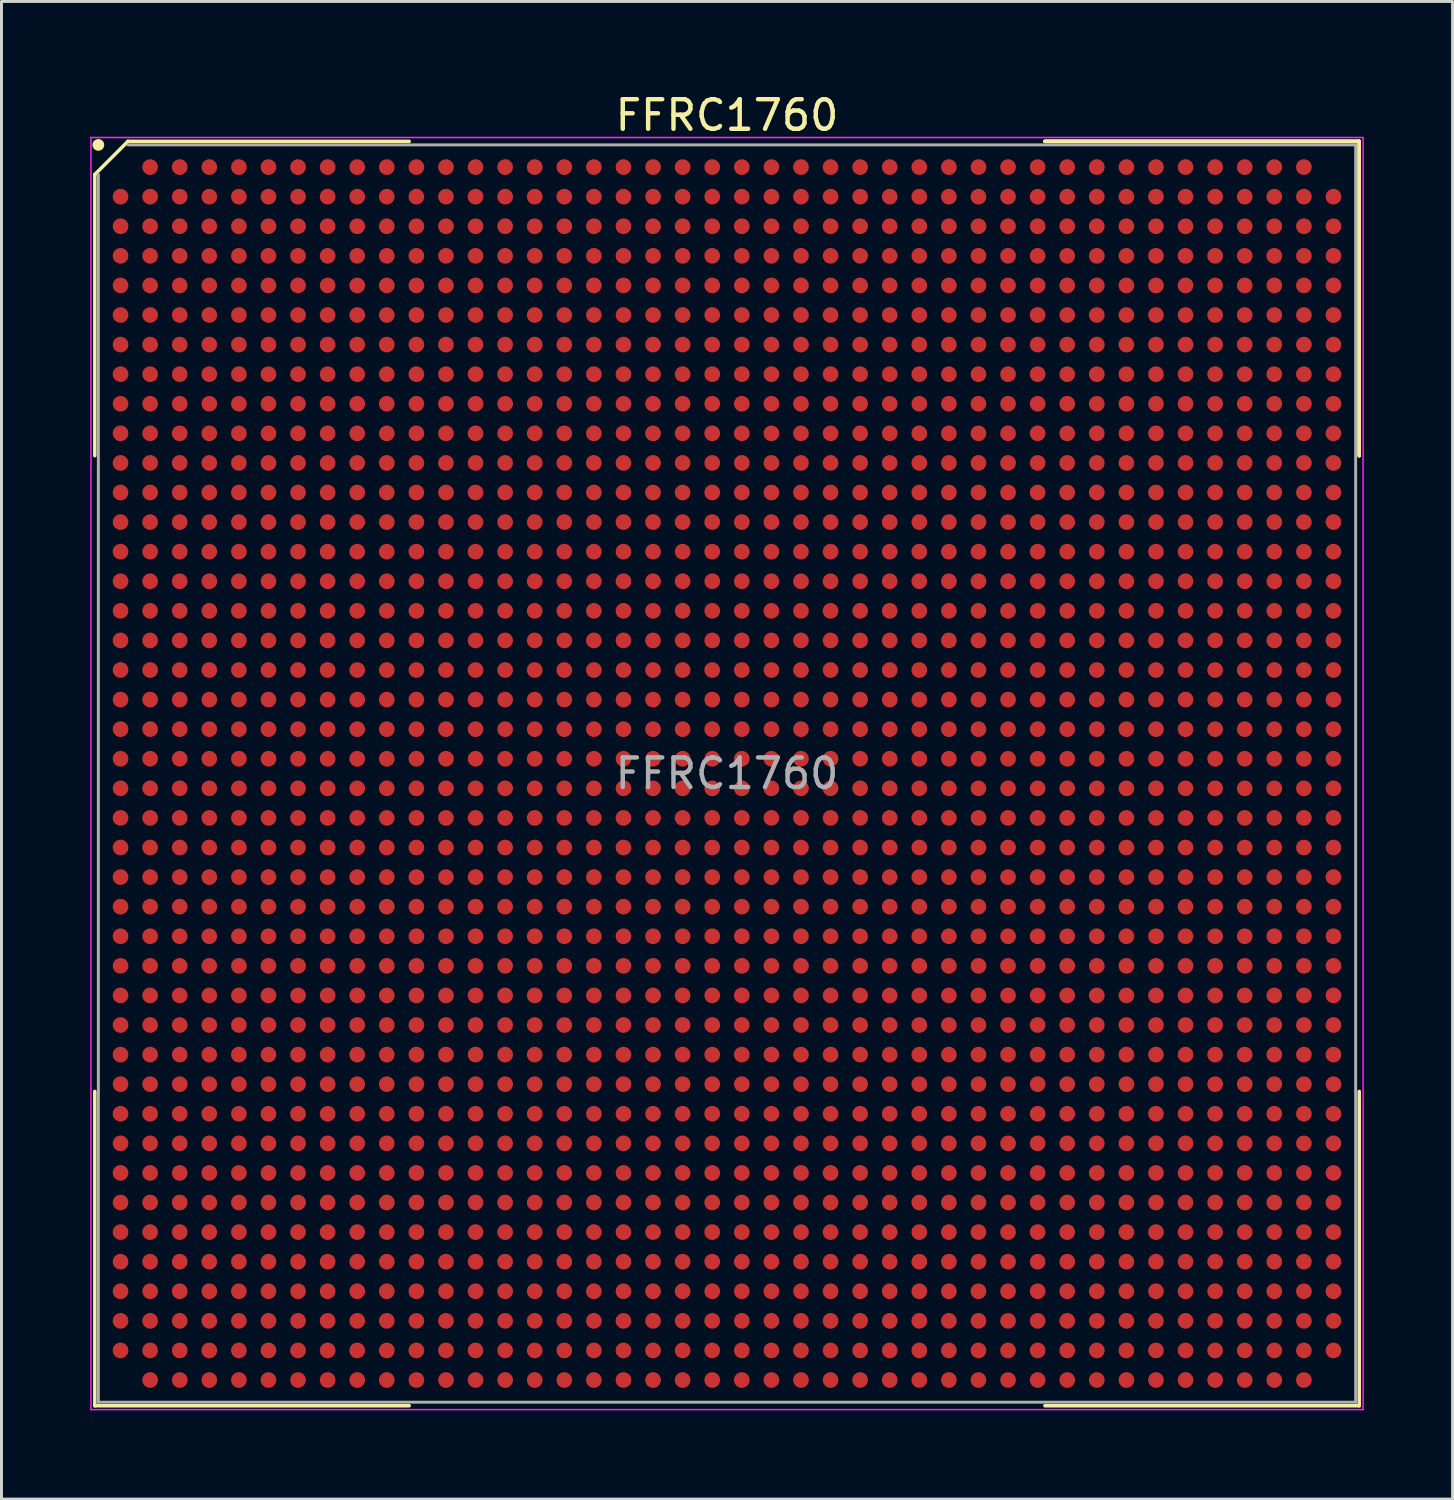
<source format=kicad_pcb>
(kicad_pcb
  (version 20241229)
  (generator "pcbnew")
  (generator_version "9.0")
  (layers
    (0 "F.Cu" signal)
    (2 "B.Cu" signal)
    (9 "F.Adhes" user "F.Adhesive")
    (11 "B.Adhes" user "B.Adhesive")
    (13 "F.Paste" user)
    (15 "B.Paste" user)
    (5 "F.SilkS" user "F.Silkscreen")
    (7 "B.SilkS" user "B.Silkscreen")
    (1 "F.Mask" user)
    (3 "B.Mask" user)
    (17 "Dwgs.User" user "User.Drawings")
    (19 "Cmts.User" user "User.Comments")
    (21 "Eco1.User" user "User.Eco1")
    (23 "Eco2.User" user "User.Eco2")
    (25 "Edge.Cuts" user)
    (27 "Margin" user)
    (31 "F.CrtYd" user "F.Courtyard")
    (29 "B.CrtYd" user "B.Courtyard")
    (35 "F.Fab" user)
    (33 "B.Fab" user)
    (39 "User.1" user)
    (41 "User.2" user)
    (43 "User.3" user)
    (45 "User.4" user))
  (footprint "FFRC1760"
    (layer "F.Cu")
    (at 21.525 23.098)
    (property "Reference" "FFRC1760" (at 0 -22.25 0) (layer "F.SilkS") (effects (font (size 1 1) (thickness 0.15))))
    (attr smd)
    (fp_line (start -21.37 -20.25) (end -21.37 -10.745) (stroke (width 0.12) (type solid)) (layer "F.SilkS"))
    (fp_line (start -21.37 21.37) (end -21.37 10.745) (stroke (width 0.12) (type solid)) (layer "F.SilkS"))
    (fp_line (start -20.25 -21.37) (end -21.37 -20.25) (stroke (width 0.12) (type solid)) (layer "F.SilkS"))
    (fp_line (start -10.745 -21.37) (end -20.25 -21.37) (stroke (width 0.12) (type solid)) (layer "F.SilkS"))
    (fp_line (start -10.745 21.37) (end -21.37 21.37) (stroke (width 0.12) (type solid)) (layer "F.SilkS"))
    (fp_line (start 10.745 -21.37) (end 21.37 -21.37) (stroke (width 0.12) (type solid)) (layer "F.SilkS"))
    (fp_line (start 10.745 -21.37) (end 21.37 -21.37) (stroke (width 0.12) (type solid)) (layer "F.SilkS"))
    (fp_line (start 10.745 -21.37) (end 21.37 -21.37) (stroke (width 0.12) (type solid)) (layer "F.SilkS"))
    (fp_line (start 10.745 21.37) (end 21.37 21.37) (stroke (width 0.12) (type solid)) (layer "F.SilkS"))
    (fp_line (start 21.37 -21.37) (end 21.37 -10.745) (stroke (width 0.12) (type solid)) (layer "F.SilkS"))
    (fp_line (start 21.37 -21.37) (end 21.37 -10.745) (stroke (width 0.12) (type solid)) (layer "F.SilkS"))
    (fp_line (start 21.37 -21.37) (end 21.37 -10.745) (stroke (width 0.12) (type solid)) (layer "F.SilkS"))
    (fp_line (start 21.37 21.37) (end 21.37 10.745) (stroke (width 0.12) (type solid)) (layer "F.SilkS"))
    (fp_circle (center -21.25 -21.25) (end -21.25 -21.15) (stroke (width 0.2) (type solid)) (fill no) (layer "F.SilkS"))
    (fp_line (start -21.5 -21.5) (end 21.5 -21.5) (stroke (width 0.05) (type solid)) (layer "F.CrtYd"))
    (fp_line (start -21.5 21.5) (end -21.5 -21.5) (stroke (width 0.05) (type solid)) (layer "F.CrtYd"))
    (fp_line (start 21.5 -21.5) (end 21.5 21.5) (stroke (width 0.05) (type solid)) (layer "F.CrtYd"))
    (fp_line (start 21.5 21.5) (end -21.5 21.5) (stroke (width 0.05) (type solid)) (layer "F.CrtYd"))
    (fp_line (start -21.25 -20.25) (end -21.25 21.25) (stroke (width 0.1) (type solid)) (layer "F.Fab"))
    (fp_line (start -21.25 21.25) (end 21.25 21.25) (stroke (width 0.1) (type solid)) (layer "F.Fab"))
    (fp_line (start 21.25 -21.25) (end -20.25 -21.25) (stroke (width 0.1) (type solid)) (layer "F.Fab"))
    (fp_line (start 21.25 21.25) (end 21.25 -21.25) (stroke (width 0.1) (type solid)) (layer "F.Fab"))
    (fp_text user "${REFERENCE}" (at 0 0 0) (layer "F.Fab") (effects (font (size 1 1) (thickness 0.15))))
    (pad "A2" smd circle (at -19.5 -20.5) (size 0.53 0.53) (layers "F.Cu" "F.Mask" "F.Paste"))
    (pad "A3" smd circle (at -18.5 -20.5) (size 0.53 0.53) (layers "F.Cu" "F.Mask" "F.Paste"))
    (pad "A4" smd circle (at -17.5 -20.5) (size 0.53 0.53) (layers "F.Cu" "F.Mask" "F.Paste"))
    (pad "A5" smd circle (at -16.5 -20.5) (size 0.53 0.53) (layers "F.Cu" "F.Mask" "F.Paste"))
    (pad "A6" smd circle (at -15.5 -20.5) (size 0.53 0.53) (layers "F.Cu" "F.Mask" "F.Paste"))
    (pad "A7" smd circle (at -14.5 -20.5) (size 0.53 0.53) (layers "F.Cu" "F.Mask" "F.Paste"))
    (pad "A8" smd circle (at -13.5 -20.5) (size 0.53 0.53) (layers "F.Cu" "F.Mask" "F.Paste"))
    (pad "A9" smd circle (at -12.5 -20.5) (size 0.53 0.53) (layers "F.Cu" "F.Mask" "F.Paste"))
    (pad "A10" smd circle (at -11.5 -20.5) (size 0.53 0.53) (layers "F.Cu" "F.Mask" "F.Paste"))
    (pad "A11" smd circle (at -10.5 -20.5) (size 0.53 0.53) (layers "F.Cu" "F.Mask" "F.Paste"))
    (pad "A12" smd circle (at -9.5 -20.5) (size 0.53 0.53) (layers "F.Cu" "F.Mask" "F.Paste"))
    (pad "A13" smd circle (at -8.5 -20.5) (size 0.53 0.53) (layers "F.Cu" "F.Mask" "F.Paste"))
    (pad "A14" smd circle (at -7.5 -20.5) (size 0.53 0.53) (layers "F.Cu" "F.Mask" "F.Paste"))
    (pad "A15" smd circle (at -6.5 -20.5) (size 0.53 0.53) (layers "F.Cu" "F.Mask" "F.Paste"))
    (pad "A16" smd circle (at -5.5 -20.5) (size 0.53 0.53) (layers "F.Cu" "F.Mask" "F.Paste"))
    (pad "A17" smd circle (at -4.5 -20.5) (size 0.53 0.53) (layers "F.Cu" "F.Mask" "F.Paste"))
    (pad "A18" smd circle (at -3.5 -20.5) (size 0.53 0.53) (layers "F.Cu" "F.Mask" "F.Paste"))
    (pad "A19" smd circle (at -2.5 -20.5) (size 0.53 0.53) (layers "F.Cu" "F.Mask" "F.Paste"))
    (pad "A20" smd circle (at -1.5 -20.5) (size 0.53 0.53) (layers "F.Cu" "F.Mask" "F.Paste"))
    (pad "A21" smd circle (at -0.5 -20.5) (size 0.53 0.53) (layers "F.Cu" "F.Mask" "F.Paste"))
    (pad "A22" smd circle (at 0.5 -20.5) (size 0.53 0.53) (layers "F.Cu" "F.Mask" "F.Paste"))
    (pad "A23" smd circle (at 1.5 -20.5) (size 0.53 0.53) (layers "F.Cu" "F.Mask" "F.Paste"))
    (pad "A24" smd circle (at 2.5 -20.5) (size 0.53 0.53) (layers "F.Cu" "F.Mask" "F.Paste"))
    (pad "A25" smd circle (at 3.5 -20.5) (size 0.53 0.53) (layers "F.Cu" "F.Mask" "F.Paste"))
    (pad "A26" smd circle (at 4.5 -20.5) (size 0.53 0.53) (layers "F.Cu" "F.Mask" "F.Paste"))
    (pad "A27" smd circle (at 5.5 -20.5) (size 0.53 0.53) (layers "F.Cu" "F.Mask" "F.Paste"))
    (pad "A28" smd circle (at 6.5 -20.5) (size 0.53 0.53) (layers "F.Cu" "F.Mask" "F.Paste"))
    (pad "A29" smd circle (at 7.5 -20.5) (size 0.53 0.53) (layers "F.Cu" "F.Mask" "F.Paste"))
    (pad "A30" smd circle (at 8.5 -20.5) (size 0.53 0.53) (layers "F.Cu" "F.Mask" "F.Paste"))
    (pad "A31" smd circle (at 9.5 -20.5) (size 0.53 0.53) (layers "F.Cu" "F.Mask" "F.Paste"))
    (pad "A32" smd circle (at 10.5 -20.5) (size 0.53 0.53) (layers "F.Cu" "F.Mask" "F.Paste"))
    (pad "A33" smd circle (at 11.5 -20.5) (size 0.53 0.53) (layers "F.Cu" "F.Mask" "F.Paste"))
    (pad "A34" smd circle (at 12.5 -20.5) (size 0.53 0.53) (layers "F.Cu" "F.Mask" "F.Paste"))
    (pad "A35" smd circle (at 13.5 -20.5) (size 0.53 0.53) (layers "F.Cu" "F.Mask" "F.Paste"))
    (pad "A36" smd circle (at 14.5 -20.5) (size 0.53 0.53) (layers "F.Cu" "F.Mask" "F.Paste"))
    (pad "A37" smd circle (at 15.5 -20.5) (size 0.53 0.53) (layers "F.Cu" "F.Mask" "F.Paste"))
    (pad "A38" smd circle (at 16.5 -20.5) (size 0.53 0.53) (layers "F.Cu" "F.Mask" "F.Paste"))
    (pad "A39" smd circle (at 17.5 -20.5) (size 0.53 0.53) (layers "F.Cu" "F.Mask" "F.Paste"))
    (pad "A40" smd circle (at 18.5 -20.5) (size 0.53 0.53) (layers "F.Cu" "F.Mask" "F.Paste"))
    (pad "A41" smd circle (at 19.5 -20.5) (size 0.53 0.53) (layers "F.Cu" "F.Mask" "F.Paste"))
    (pad "AA1" smd circle (at -20.5 -0.5) (size 0.53 0.53) (layers "F.Cu" "F.Mask" "F.Paste"))
    (pad "AA2" smd circle (at -19.5 -0.5) (size 0.53 0.53) (layers "F.Cu" "F.Mask" "F.Paste"))
    (pad "AA3" smd circle (at -18.5 -0.5) (size 0.53 0.53) (layers "F.Cu" "F.Mask" "F.Paste"))
    (pad "AA4" smd circle (at -17.5 -0.5) (size 0.53 0.53) (layers "F.Cu" "F.Mask" "F.Paste"))
    (pad "AA5" smd circle (at -16.5 -0.5) (size 0.53 0.53) (layers "F.Cu" "F.Mask" "F.Paste"))
    (pad "AA6" smd circle (at -15.5 -0.5) (size 0.53 0.53) (layers "F.Cu" "F.Mask" "F.Paste"))
    (pad "AA7" smd circle (at -14.5 -0.5) (size 0.53 0.53) (layers "F.Cu" "F.Mask" "F.Paste"))
    (pad "AA8" smd circle (at -13.5 -0.5) (size 0.53 0.53) (layers "F.Cu" "F.Mask" "F.Paste"))
    (pad "AA9" smd circle (at -12.5 -0.5) (size 0.53 0.53) (layers "F.Cu" "F.Mask" "F.Paste"))
    (pad "AA10" smd circle (at -11.5 -0.5) (size 0.53 0.53) (layers "F.Cu" "F.Mask" "F.Paste"))
    (pad "AA11" smd circle (at -10.5 -0.5) (size 0.53 0.53) (layers "F.Cu" "F.Mask" "F.Paste"))
    (pad "AA12" smd circle (at -9.5 -0.5) (size 0.53 0.53) (layers "F.Cu" "F.Mask" "F.Paste"))
    (pad "AA13" smd circle (at -8.5 -0.5) (size 0.53 0.53) (layers "F.Cu" "F.Mask" "F.Paste"))
    (pad "AA14" smd circle (at -7.5 -0.5) (size 0.53 0.53) (layers "F.Cu" "F.Mask" "F.Paste"))
    (pad "AA15" smd circle (at -6.5 -0.5) (size 0.53 0.53) (layers "F.Cu" "F.Mask" "F.Paste"))
    (pad "AA16" smd circle (at -5.5 -0.5) (size 0.53 0.53) (layers "F.Cu" "F.Mask" "F.Paste"))
    (pad "AA17" smd circle (at -4.5 -0.5) (size 0.53 0.53) (layers "F.Cu" "F.Mask" "F.Paste"))
    (pad "AA18" smd circle (at -3.5 -0.5) (size 0.53 0.53) (layers "F.Cu" "F.Mask" "F.Paste"))
    (pad "AA19" smd circle (at -2.5 -0.5) (size 0.53 0.53) (layers "F.Cu" "F.Mask" "F.Paste"))
    (pad "AA20" smd circle (at -1.5 -0.5) (size 0.53 0.53) (layers "F.Cu" "F.Mask" "F.Paste"))
    (pad "AA21" smd circle (at -0.5 -0.5) (size 0.53 0.53) (layers "F.Cu" "F.Mask" "F.Paste"))
    (pad "AA22" smd circle (at 0.5 -0.5) (size 0.53 0.53) (layers "F.Cu" "F.Mask" "F.Paste"))
    (pad "AA23" smd circle (at 1.5 -0.5) (size 0.53 0.53) (layers "F.Cu" "F.Mask" "F.Paste"))
    (pad "AA24" smd circle (at 2.5 -0.5) (size 0.53 0.53) (layers "F.Cu" "F.Mask" "F.Paste"))
    (pad "AA25" smd circle (at 3.5 -0.5) (size 0.53 0.53) (layers "F.Cu" "F.Mask" "F.Paste"))
    (pad "AA26" smd circle (at 4.5 -0.5) (size 0.53 0.53) (layers "F.Cu" "F.Mask" "F.Paste"))
    (pad "AA27" smd circle (at 5.5 -0.5) (size 0.53 0.53) (layers "F.Cu" "F.Mask" "F.Paste"))
    (pad "AA28" smd circle (at 6.5 -0.5) (size 0.53 0.53) (layers "F.Cu" "F.Mask" "F.Paste"))
    (pad "AA29" smd circle (at 7.5 -0.5) (size 0.53 0.53) (layers "F.Cu" "F.Mask" "F.Paste"))
    (pad "AA30" smd circle (at 8.5 -0.5) (size 0.53 0.53) (layers "F.Cu" "F.Mask" "F.Paste"))
    (pad "AA31" smd circle (at 9.5 -0.5) (size 0.53 0.53) (layers "F.Cu" "F.Mask" "F.Paste"))
    (pad "AA32" smd circle (at 10.5 -0.5) (size 0.53 0.53) (layers "F.Cu" "F.Mask" "F.Paste"))
    (pad "AA33" smd circle (at 11.5 -0.5) (size 0.53 0.53) (layers "F.Cu" "F.Mask" "F.Paste"))
    (pad "AA34" smd circle (at 12.5 -0.5) (size 0.53 0.53) (layers "F.Cu" "F.Mask" "F.Paste"))
    (pad "AA35" smd circle (at 13.5 -0.5) (size 0.53 0.53) (layers "F.Cu" "F.Mask" "F.Paste"))
    (pad "AA36" smd circle (at 14.5 -0.5) (size 0.53 0.53) (layers "F.Cu" "F.Mask" "F.Paste"))
    (pad "AA37" smd circle (at 15.5 -0.5) (size 0.53 0.53) (layers "F.Cu" "F.Mask" "F.Paste"))
    (pad "AA38" smd circle (at 16.5 -0.5) (size 0.53 0.53) (layers "F.Cu" "F.Mask" "F.Paste"))
    (pad "AA39" smd circle (at 17.5 -0.5) (size 0.53 0.53) (layers "F.Cu" "F.Mask" "F.Paste"))
    (pad "AA40" smd circle (at 18.5 -0.5) (size 0.53 0.53) (layers "F.Cu" "F.Mask" "F.Paste"))
    (pad "AA41" smd circle (at 19.5 -0.5) (size 0.53 0.53) (layers "F.Cu" "F.Mask" "F.Paste"))
    (pad "AA42" smd circle (at 20.5 -0.5) (size 0.53 0.53) (layers "F.Cu" "F.Mask" "F.Paste"))
    (pad "AB1" smd circle (at -20.5 0.5) (size 0.53 0.53) (layers "F.Cu" "F.Mask" "F.Paste"))
    (pad "AB2" smd circle (at -19.5 0.5) (size 0.53 0.53) (layers "F.Cu" "F.Mask" "F.Paste"))
    (pad "AB3" smd circle (at -18.5 0.5) (size 0.53 0.53) (layers "F.Cu" "F.Mask" "F.Paste"))
    (pad "AB4" smd circle (at -17.5 0.5) (size 0.53 0.53) (layers "F.Cu" "F.Mask" "F.Paste"))
    (pad "AB5" smd circle (at -16.5 0.5) (size 0.53 0.53) (layers "F.Cu" "F.Mask" "F.Paste"))
    (pad "AB6" smd circle (at -15.5 0.5) (size 0.53 0.53) (layers "F.Cu" "F.Mask" "F.Paste"))
    (pad "AB7" smd circle (at -14.5 0.5) (size 0.53 0.53) (layers "F.Cu" "F.Mask" "F.Paste"))
    (pad "AB8" smd circle (at -13.5 0.5) (size 0.53 0.53) (layers "F.Cu" "F.Mask" "F.Paste"))
    (pad "AB9" smd circle (at -12.5 0.5) (size 0.53 0.53) (layers "F.Cu" "F.Mask" "F.Paste"))
    (pad "AB10" smd circle (at -11.5 0.5) (size 0.53 0.53) (layers "F.Cu" "F.Mask" "F.Paste"))
    (pad "AB11" smd circle (at -10.5 0.5) (size 0.53 0.53) (layers "F.Cu" "F.Mask" "F.Paste"))
    (pad "AB12" smd circle (at -9.5 0.5) (size 0.53 0.53) (layers "F.Cu" "F.Mask" "F.Paste"))
    (pad "AB13" smd circle (at -8.5 0.5) (size 0.53 0.53) (layers "F.Cu" "F.Mask" "F.Paste"))
    (pad "AB14" smd circle (at -7.5 0.5) (size 0.53 0.53) (layers "F.Cu" "F.Mask" "F.Paste"))
    (pad "AB15" smd circle (at -6.5 0.5) (size 0.53 0.53) (layers "F.Cu" "F.Mask" "F.Paste"))
    (pad "AB16" smd circle (at -5.5 0.5) (size 0.53 0.53) (layers "F.Cu" "F.Mask" "F.Paste"))
    (pad "AB17" smd circle (at -4.5 0.5) (size 0.53 0.53) (layers "F.Cu" "F.Mask" "F.Paste"))
    (pad "AB18" smd circle (at -3.5 0.5) (size 0.53 0.53) (layers "F.Cu" "F.Mask" "F.Paste"))
    (pad "AB19" smd circle (at -2.5 0.5) (size 0.53 0.53) (layers "F.Cu" "F.Mask" "F.Paste"))
    (pad "AB20" smd circle (at -1.5 0.5) (size 0.53 0.53) (layers "F.Cu" "F.Mask" "F.Paste"))
    (pad "AB21" smd circle (at -0.5 0.5) (size 0.53 0.53) (layers "F.Cu" "F.Mask" "F.Paste"))
    (pad "AB22" smd circle (at 0.5 0.5) (size 0.53 0.53) (layers "F.Cu" "F.Mask" "F.Paste"))
    (pad "AB23" smd circle (at 1.5 0.5) (size 0.53 0.53) (layers "F.Cu" "F.Mask" "F.Paste"))
    (pad "AB24" smd circle (at 2.5 0.5) (size 0.53 0.53) (layers "F.Cu" "F.Mask" "F.Paste"))
    (pad "AB25" smd circle (at 3.5 0.5) (size 0.53 0.53) (layers "F.Cu" "F.Mask" "F.Paste"))
    (pad "AB26" smd circle (at 4.5 0.5) (size 0.53 0.53) (layers "F.Cu" "F.Mask" "F.Paste"))
    (pad "AB27" smd circle (at 5.5 0.5) (size 0.53 0.53) (layers "F.Cu" "F.Mask" "F.Paste"))
    (pad "AB28" smd circle (at 6.5 0.5) (size 0.53 0.53) (layers "F.Cu" "F.Mask" "F.Paste"))
    (pad "AB29" smd circle (at 7.5 0.5) (size 0.53 0.53) (layers "F.Cu" "F.Mask" "F.Paste"))
    (pad "AB30" smd circle (at 8.5 0.5) (size 0.53 0.53) (layers "F.Cu" "F.Mask" "F.Paste"))
    (pad "AB31" smd circle (at 9.5 0.5) (size 0.53 0.53) (layers "F.Cu" "F.Mask" "F.Paste"))
    (pad "AB32" smd circle (at 10.5 0.5) (size 0.53 0.53) (layers "F.Cu" "F.Mask" "F.Paste"))
    (pad "AB33" smd circle (at 11.5 0.5) (size 0.53 0.53) (layers "F.Cu" "F.Mask" "F.Paste"))
    (pad "AB34" smd circle (at 12.5 0.5) (size 0.53 0.53) (layers "F.Cu" "F.Mask" "F.Paste"))
    (pad "AB35" smd circle (at 13.5 0.5) (size 0.53 0.53) (layers "F.Cu" "F.Mask" "F.Paste"))
    (pad "AB36" smd circle (at 14.5 0.5) (size 0.53 0.53) (layers "F.Cu" "F.Mask" "F.Paste"))
    (pad "AB37" smd circle (at 15.5 0.5) (size 0.53 0.53) (layers "F.Cu" "F.Mask" "F.Paste"))
    (pad "AB38" smd circle (at 16.5 0.5) (size 0.53 0.53) (layers "F.Cu" "F.Mask" "F.Paste"))
    (pad "AB39" smd circle (at 17.5 0.5) (size 0.53 0.53) (layers "F.Cu" "F.Mask" "F.Paste"))
    (pad "AB40" smd circle (at 18.5 0.5) (size 0.53 0.53) (layers "F.Cu" "F.Mask" "F.Paste"))
    (pad "AB41" smd circle (at 19.5 0.5) (size 0.53 0.53) (layers "F.Cu" "F.Mask" "F.Paste"))
    (pad "AB42" smd circle (at 20.5 0.5) (size 0.53 0.53) (layers "F.Cu" "F.Mask" "F.Paste"))
    (pad "AC1" smd circle (at -20.5 1.5) (size 0.53 0.53) (layers "F.Cu" "F.Mask" "F.Paste"))
    (pad "AC2" smd circle (at -19.5 1.5) (size 0.53 0.53) (layers "F.Cu" "F.Mask" "F.Paste"))
    (pad "AC3" smd circle (at -18.5 1.5) (size 0.53 0.53) (layers "F.Cu" "F.Mask" "F.Paste"))
    (pad "AC4" smd circle (at -17.5 1.5) (size 0.53 0.53) (layers "F.Cu" "F.Mask" "F.Paste"))
    (pad "AC5" smd circle (at -16.5 1.5) (size 0.53 0.53) (layers "F.Cu" "F.Mask" "F.Paste"))
    (pad "AC6" smd circle (at -15.5 1.5) (size 0.53 0.53) (layers "F.Cu" "F.Mask" "F.Paste"))
    (pad "AC7" smd circle (at -14.5 1.5) (size 0.53 0.53) (layers "F.Cu" "F.Mask" "F.Paste"))
    (pad "AC8" smd circle (at -13.5 1.5) (size 0.53 0.53) (layers "F.Cu" "F.Mask" "F.Paste"))
    (pad "AC9" smd circle (at -12.5 1.5) (size 0.53 0.53) (layers "F.Cu" "F.Mask" "F.Paste"))
    (pad "AC10" smd circle (at -11.5 1.5) (size 0.53 0.53) (layers "F.Cu" "F.Mask" "F.Paste"))
    (pad "AC11" smd circle (at -10.5 1.5) (size 0.53 0.53) (layers "F.Cu" "F.Mask" "F.Paste"))
    (pad "AC12" smd circle (at -9.5 1.5) (size 0.53 0.53) (layers "F.Cu" "F.Mask" "F.Paste"))
    (pad "AC13" smd circle (at -8.5 1.5) (size 0.53 0.53) (layers "F.Cu" "F.Mask" "F.Paste"))
    (pad "AC14" smd circle (at -7.5 1.5) (size 0.53 0.53) (layers "F.Cu" "F.Mask" "F.Paste"))
    (pad "AC15" smd circle (at -6.5 1.5) (size 0.53 0.53) (layers "F.Cu" "F.Mask" "F.Paste"))
    (pad "AC16" smd circle (at -5.5 1.5) (size 0.53 0.53) (layers "F.Cu" "F.Mask" "F.Paste"))
    (pad "AC17" smd circle (at -4.5 1.5) (size 0.53 0.53) (layers "F.Cu" "F.Mask" "F.Paste"))
    (pad "AC18" smd circle (at -3.5 1.5) (size 0.53 0.53) (layers "F.Cu" "F.Mask" "F.Paste"))
    (pad "AC19" smd circle (at -2.5 1.5) (size 0.53 0.53) (layers "F.Cu" "F.Mask" "F.Paste"))
    (pad "AC20" smd circle (at -1.5 1.5) (size 0.53 0.53) (layers "F.Cu" "F.Mask" "F.Paste"))
    (pad "AC21" smd circle (at -0.5 1.5) (size 0.53 0.53) (layers "F.Cu" "F.Mask" "F.Paste"))
    (pad "AC22" smd circle (at 0.5 1.5) (size 0.53 0.53) (layers "F.Cu" "F.Mask" "F.Paste"))
    (pad "AC23" smd circle (at 1.5 1.5) (size 0.53 0.53) (layers "F.Cu" "F.Mask" "F.Paste"))
    (pad "AC24" smd circle (at 2.5 1.5) (size 0.53 0.53) (layers "F.Cu" "F.Mask" "F.Paste"))
    (pad "AC25" smd circle (at 3.5 1.5) (size 0.53 0.53) (layers "F.Cu" "F.Mask" "F.Paste"))
    (pad "AC26" smd circle (at 4.5 1.5) (size 0.53 0.53) (layers "F.Cu" "F.Mask" "F.Paste"))
    (pad "AC27" smd circle (at 5.5 1.5) (size 0.53 0.53) (layers "F.Cu" "F.Mask" "F.Paste"))
    (pad "AC28" smd circle (at 6.5 1.5) (size 0.53 0.53) (layers "F.Cu" "F.Mask" "F.Paste"))
    (pad "AC29" smd circle (at 7.5 1.5) (size 0.53 0.53) (layers "F.Cu" "F.Mask" "F.Paste"))
    (pad "AC30" smd circle (at 8.5 1.5) (size 0.53 0.53) (layers "F.Cu" "F.Mask" "F.Paste"))
    (pad "AC31" smd circle (at 9.5 1.5) (size 0.53 0.53) (layers "F.Cu" "F.Mask" "F.Paste"))
    (pad "AC32" smd circle (at 10.5 1.5) (size 0.53 0.53) (layers "F.Cu" "F.Mask" "F.Paste"))
    (pad "AC33" smd circle (at 11.5 1.5) (size 0.53 0.53) (layers "F.Cu" "F.Mask" "F.Paste"))
    (pad "AC34" smd circle (at 12.5 1.5) (size 0.53 0.53) (layers "F.Cu" "F.Mask" "F.Paste"))
    (pad "AC35" smd circle (at 13.5 1.5) (size 0.53 0.53) (layers "F.Cu" "F.Mask" "F.Paste"))
    (pad "AC36" smd circle (at 14.5 1.5) (size 0.53 0.53) (layers "F.Cu" "F.Mask" "F.Paste"))
    (pad "AC37" smd circle (at 15.5 1.5) (size 0.53 0.53) (layers "F.Cu" "F.Mask" "F.Paste"))
    (pad "AC38" smd circle (at 16.5 1.5) (size 0.53 0.53) (layers "F.Cu" "F.Mask" "F.Paste"))
    (pad "AC39" smd circle (at 17.5 1.5) (size 0.53 0.53) (layers "F.Cu" "F.Mask" "F.Paste"))
    (pad "AC40" smd circle (at 18.5 1.5) (size 0.53 0.53) (layers "F.Cu" "F.Mask" "F.Paste"))
    (pad "AC41" smd circle (at 19.5 1.5) (size 0.53 0.53) (layers "F.Cu" "F.Mask" "F.Paste"))
    (pad "AC42" smd circle (at 20.5 1.5) (size 0.53 0.53) (layers "F.Cu" "F.Mask" "F.Paste"))
    (pad "AD1" smd circle (at -20.5 2.5) (size 0.53 0.53) (layers "F.Cu" "F.Mask" "F.Paste"))
    (pad "AD2" smd circle (at -19.5 2.5) (size 0.53 0.53) (layers "F.Cu" "F.Mask" "F.Paste"))
    (pad "AD3" smd circle (at -18.5 2.5) (size 0.53 0.53) (layers "F.Cu" "F.Mask" "F.Paste"))
    (pad "AD4" smd circle (at -17.5 2.5) (size 0.53 0.53) (layers "F.Cu" "F.Mask" "F.Paste"))
    (pad "AD5" smd circle (at -16.5 2.5) (size 0.53 0.53) (layers "F.Cu" "F.Mask" "F.Paste"))
    (pad "AD6" smd circle (at -15.5 2.5) (size 0.53 0.53) (layers "F.Cu" "F.Mask" "F.Paste"))
    (pad "AD7" smd circle (at -14.5 2.5) (size 0.53 0.53) (layers "F.Cu" "F.Mask" "F.Paste"))
    (pad "AD8" smd circle (at -13.5 2.5) (size 0.53 0.53) (layers "F.Cu" "F.Mask" "F.Paste"))
    (pad "AD9" smd circle (at -12.5 2.5) (size 0.53 0.53) (layers "F.Cu" "F.Mask" "F.Paste"))
    (pad "AD10" smd circle (at -11.5 2.5) (size 0.53 0.53) (layers "F.Cu" "F.Mask" "F.Paste"))
    (pad "AD11" smd circle (at -10.5 2.5) (size 0.53 0.53) (layers "F.Cu" "F.Mask" "F.Paste"))
    (pad "AD12" smd circle (at -9.5 2.5) (size 0.53 0.53) (layers "F.Cu" "F.Mask" "F.Paste"))
    (pad "AD13" smd circle (at -8.5 2.5) (size 0.53 0.53) (layers "F.Cu" "F.Mask" "F.Paste"))
    (pad "AD14" smd circle (at -7.5 2.5) (size 0.53 0.53) (layers "F.Cu" "F.Mask" "F.Paste"))
    (pad "AD15" smd circle (at -6.5 2.5) (size 0.53 0.53) (layers "F.Cu" "F.Mask" "F.Paste"))
    (pad "AD16" smd circle (at -5.5 2.5) (size 0.53 0.53) (layers "F.Cu" "F.Mask" "F.Paste"))
    (pad "AD17" smd circle (at -4.5 2.5) (size 0.53 0.53) (layers "F.Cu" "F.Mask" "F.Paste"))
    (pad "AD18" smd circle (at -3.5 2.5) (size 0.53 0.53) (layers "F.Cu" "F.Mask" "F.Paste"))
    (pad "AD19" smd circle (at -2.5 2.5) (size 0.53 0.53) (layers "F.Cu" "F.Mask" "F.Paste"))
    (pad "AD20" smd circle (at -1.5 2.5) (size 0.53 0.53) (layers "F.Cu" "F.Mask" "F.Paste"))
    (pad "AD21" smd circle (at -0.5 2.5) (size 0.53 0.53) (layers "F.Cu" "F.Mask" "F.Paste"))
    (pad "AD22" smd circle (at 0.5 2.5) (size 0.53 0.53) (layers "F.Cu" "F.Mask" "F.Paste"))
    (pad "AD23" smd circle (at 1.5 2.5) (size 0.53 0.53) (layers "F.Cu" "F.Mask" "F.Paste"))
    (pad "AD24" smd circle (at 2.5 2.5) (size 0.53 0.53) (layers "F.Cu" "F.Mask" "F.Paste"))
    (pad "AD25" smd circle (at 3.5 2.5) (size 0.53 0.53) (layers "F.Cu" "F.Mask" "F.Paste"))
    (pad "AD26" smd circle (at 4.5 2.5) (size 0.53 0.53) (layers "F.Cu" "F.Mask" "F.Paste"))
    (pad "AD27" smd circle (at 5.5 2.5) (size 0.53 0.53) (layers "F.Cu" "F.Mask" "F.Paste"))
    (pad "AD28" smd circle (at 6.5 2.5) (size 0.53 0.53) (layers "F.Cu" "F.Mask" "F.Paste"))
    (pad "AD29" smd circle (at 7.5 2.5) (size 0.53 0.53) (layers "F.Cu" "F.Mask" "F.Paste"))
    (pad "AD30" smd circle (at 8.5 2.5) (size 0.53 0.53) (layers "F.Cu" "F.Mask" "F.Paste"))
    (pad "AD31" smd circle (at 9.5 2.5) (size 0.53 0.53) (layers "F.Cu" "F.Mask" "F.Paste"))
    (pad "AD32" smd circle (at 10.5 2.5) (size 0.53 0.53) (layers "F.Cu" "F.Mask" "F.Paste"))
    (pad "AD33" smd circle (at 11.5 2.5) (size 0.53 0.53) (layers "F.Cu" "F.Mask" "F.Paste"))
    (pad "AD34" smd circle (at 12.5 2.5) (size 0.53 0.53) (layers "F.Cu" "F.Mask" "F.Paste"))
    (pad "AD35" smd circle (at 13.5 2.5) (size 0.53 0.53) (layers "F.Cu" "F.Mask" "F.Paste"))
    (pad "AD36" smd circle (at 14.5 2.5) (size 0.53 0.53) (layers "F.Cu" "F.Mask" "F.Paste"))
    (pad "AD37" smd circle (at 15.5 2.5) (size 0.53 0.53) (layers "F.Cu" "F.Mask" "F.Paste"))
    (pad "AD38" smd circle (at 16.5 2.5) (size 0.53 0.53) (layers "F.Cu" "F.Mask" "F.Paste"))
    (pad "AD39" smd circle (at 17.5 2.5) (size 0.53 0.53) (layers "F.Cu" "F.Mask" "F.Paste"))
    (pad "AD40" smd circle (at 18.5 2.5) (size 0.53 0.53) (layers "F.Cu" "F.Mask" "F.Paste"))
    (pad "AD41" smd circle (at 19.5 2.5) (size 0.53 0.53) (layers "F.Cu" "F.Mask" "F.Paste"))
    (pad "AD42" smd circle (at 20.5 2.5) (size 0.53 0.53) (layers "F.Cu" "F.Mask" "F.Paste"))
    (pad "AE1" smd circle (at -20.5 3.5) (size 0.53 0.53) (layers "F.Cu" "F.Mask" "F.Paste"))
    (pad "AE2" smd circle (at -19.5 3.5) (size 0.53 0.53) (layers "F.Cu" "F.Mask" "F.Paste"))
    (pad "AE3" smd circle (at -18.5 3.5) (size 0.53 0.53) (layers "F.Cu" "F.Mask" "F.Paste"))
    (pad "AE4" smd circle (at -17.5 3.5) (size 0.53 0.53) (layers "F.Cu" "F.Mask" "F.Paste"))
    (pad "AE5" smd circle (at -16.5 3.5) (size 0.53 0.53) (layers "F.Cu" "F.Mask" "F.Paste"))
    (pad "AE6" smd circle (at -15.5 3.5) (size 0.53 0.53) (layers "F.Cu" "F.Mask" "F.Paste"))
    (pad "AE7" smd circle (at -14.5 3.5) (size 0.53 0.53) (layers "F.Cu" "F.Mask" "F.Paste"))
    (pad "AE8" smd circle (at -13.5 3.5) (size 0.53 0.53) (layers "F.Cu" "F.Mask" "F.Paste"))
    (pad "AE9" smd circle (at -12.5 3.5) (size 0.53 0.53) (layers "F.Cu" "F.Mask" "F.Paste"))
    (pad "AE10" smd circle (at -11.5 3.5) (size 0.53 0.53) (layers "F.Cu" "F.Mask" "F.Paste"))
    (pad "AE11" smd circle (at -10.5 3.5) (size 0.53 0.53) (layers "F.Cu" "F.Mask" "F.Paste"))
    (pad "AE12" smd circle (at -9.5 3.5) (size 0.53 0.53) (layers "F.Cu" "F.Mask" "F.Paste"))
    (pad "AE13" smd circle (at -8.5 3.5) (size 0.53 0.53) (layers "F.Cu" "F.Mask" "F.Paste"))
    (pad "AE14" smd circle (at -7.5 3.5) (size 0.53 0.53) (layers "F.Cu" "F.Mask" "F.Paste"))
    (pad "AE15" smd circle (at -6.5 3.5) (size 0.53 0.53) (layers "F.Cu" "F.Mask" "F.Paste"))
    (pad "AE16" smd circle (at -5.5 3.5) (size 0.53 0.53) (layers "F.Cu" "F.Mask" "F.Paste"))
    (pad "AE17" smd circle (at -4.5 3.5) (size 0.53 0.53) (layers "F.Cu" "F.Mask" "F.Paste"))
    (pad "AE18" smd circle (at -3.5 3.5) (size 0.53 0.53) (layers "F.Cu" "F.Mask" "F.Paste"))
    (pad "AE19" smd circle (at -2.5 3.5) (size 0.53 0.53) (layers "F.Cu" "F.Mask" "F.Paste"))
    (pad "AE20" smd circle (at -1.5 3.5) (size 0.53 0.53) (layers "F.Cu" "F.Mask" "F.Paste"))
    (pad "AE21" smd circle (at -0.5 3.5) (size 0.53 0.53) (layers "F.Cu" "F.Mask" "F.Paste"))
    (pad "AE22" smd circle (at 0.5 3.5) (size 0.53 0.53) (layers "F.Cu" "F.Mask" "F.Paste"))
    (pad "AE23" smd circle (at 1.5 3.5) (size 0.53 0.53) (layers "F.Cu" "F.Mask" "F.Paste"))
    (pad "AE24" smd circle (at 2.5 3.5) (size 0.53 0.53) (layers "F.Cu" "F.Mask" "F.Paste"))
    (pad "AE25" smd circle (at 3.5 3.5) (size 0.53 0.53) (layers "F.Cu" "F.Mask" "F.Paste"))
    (pad "AE26" smd circle (at 4.5 3.5) (size 0.53 0.53) (layers "F.Cu" "F.Mask" "F.Paste"))
    (pad "AE27" smd circle (at 5.5 3.5) (size 0.53 0.53) (layers "F.Cu" "F.Mask" "F.Paste"))
    (pad "AE28" smd circle (at 6.5 3.5) (size 0.53 0.53) (layers "F.Cu" "F.Mask" "F.Paste"))
    (pad "AE29" smd circle (at 7.5 3.5) (size 0.53 0.53) (layers "F.Cu" "F.Mask" "F.Paste"))
    (pad "AE30" smd circle (at 8.5 3.5) (size 0.53 0.53) (layers "F.Cu" "F.Mask" "F.Paste"))
    (pad "AE31" smd circle (at 9.5 3.5) (size 0.53 0.53) (layers "F.Cu" "F.Mask" "F.Paste"))
    (pad "AE32" smd circle (at 10.5 3.5) (size 0.53 0.53) (layers "F.Cu" "F.Mask" "F.Paste"))
    (pad "AE33" smd circle (at 11.5 3.5) (size 0.53 0.53) (layers "F.Cu" "F.Mask" "F.Paste"))
    (pad "AE34" smd circle (at 12.5 3.5) (size 0.53 0.53) (layers "F.Cu" "F.Mask" "F.Paste"))
    (pad "AE35" smd circle (at 13.5 3.5) (size 0.53 0.53) (layers "F.Cu" "F.Mask" "F.Paste"))
    (pad "AE36" smd circle (at 14.5 3.5) (size 0.53 0.53) (layers "F.Cu" "F.Mask" "F.Paste"))
    (pad "AE37" smd circle (at 15.5 3.5) (size 0.53 0.53) (layers "F.Cu" "F.Mask" "F.Paste"))
    (pad "AE38" smd circle (at 16.5 3.5) (size 0.53 0.53) (layers "F.Cu" "F.Mask" "F.Paste"))
    (pad "AE39" smd circle (at 17.5 3.5) (size 0.53 0.53) (layers "F.Cu" "F.Mask" "F.Paste"))
    (pad "AE40" smd circle (at 18.5 3.5) (size 0.53 0.53) (layers "F.Cu" "F.Mask" "F.Paste"))
    (pad "AE41" smd circle (at 19.5 3.5) (size 0.53 0.53) (layers "F.Cu" "F.Mask" "F.Paste"))
    (pad "AE42" smd circle (at 20.5 3.5) (size 0.53 0.53) (layers "F.Cu" "F.Mask" "F.Paste"))
    (pad "AF1" smd circle (at -20.5 4.5) (size 0.53 0.53) (layers "F.Cu" "F.Mask" "F.Paste"))
    (pad "AF2" smd circle (at -19.5 4.5) (size 0.53 0.53) (layers "F.Cu" "F.Mask" "F.Paste"))
    (pad "AF3" smd circle (at -18.5 4.5) (size 0.53 0.53) (layers "F.Cu" "F.Mask" "F.Paste"))
    (pad "AF4" smd circle (at -17.5 4.5) (size 0.53 0.53) (layers "F.Cu" "F.Mask" "F.Paste"))
    (pad "AF5" smd circle (at -16.5 4.5) (size 0.53 0.53) (layers "F.Cu" "F.Mask" "F.Paste"))
    (pad "AF6" smd circle (at -15.5 4.5) (size 0.53 0.53) (layers "F.Cu" "F.Mask" "F.Paste"))
    (pad "AF7" smd circle (at -14.5 4.5) (size 0.53 0.53) (layers "F.Cu" "F.Mask" "F.Paste"))
    (pad "AF8" smd circle (at -13.5 4.5) (size 0.53 0.53) (layers "F.Cu" "F.Mask" "F.Paste"))
    (pad "AF9" smd circle (at -12.5 4.5) (size 0.53 0.53) (layers "F.Cu" "F.Mask" "F.Paste"))
    (pad "AF10" smd circle (at -11.5 4.5) (size 0.53 0.53) (layers "F.Cu" "F.Mask" "F.Paste"))
    (pad "AF11" smd circle (at -10.5 4.5) (size 0.53 0.53) (layers "F.Cu" "F.Mask" "F.Paste"))
    (pad "AF12" smd circle (at -9.5 4.5) (size 0.53 0.53) (layers "F.Cu" "F.Mask" "F.Paste"))
    (pad "AF13" smd circle (at -8.5 4.5) (size 0.53 0.53) (layers "F.Cu" "F.Mask" "F.Paste"))
    (pad "AF14" smd circle (at -7.5 4.5) (size 0.53 0.53) (layers "F.Cu" "F.Mask" "F.Paste"))
    (pad "AF15" smd circle (at -6.5 4.5) (size 0.53 0.53) (layers "F.Cu" "F.Mask" "F.Paste"))
    (pad "AF16" smd circle (at -5.5 4.5) (size 0.53 0.53) (layers "F.Cu" "F.Mask" "F.Paste"))
    (pad "AF17" smd circle (at -4.5 4.5) (size 0.53 0.53) (layers "F.Cu" "F.Mask" "F.Paste"))
    (pad "AF18" smd circle (at -3.5 4.5) (size 0.53 0.53) (layers "F.Cu" "F.Mask" "F.Paste"))
    (pad "AF19" smd circle (at -2.5 4.5) (size 0.53 0.53) (layers "F.Cu" "F.Mask" "F.Paste"))
    (pad "AF20" smd circle (at -1.5 4.5) (size 0.53 0.53) (layers "F.Cu" "F.Mask" "F.Paste"))
    (pad "AF21" smd circle (at -0.5 4.5) (size 0.53 0.53) (layers "F.Cu" "F.Mask" "F.Paste"))
    (pad "AF22" smd circle (at 0.5 4.5) (size 0.53 0.53) (layers "F.Cu" "F.Mask" "F.Paste"))
    (pad "AF23" smd circle (at 1.5 4.5) (size 0.53 0.53) (layers "F.Cu" "F.Mask" "F.Paste"))
    (pad "AF24" smd circle (at 2.5 4.5) (size 0.53 0.53) (layers "F.Cu" "F.Mask" "F.Paste"))
    (pad "AF25" smd circle (at 3.5 4.5) (size 0.53 0.53) (layers "F.Cu" "F.Mask" "F.Paste"))
    (pad "AF26" smd circle (at 4.5 4.5) (size 0.53 0.53) (layers "F.Cu" "F.Mask" "F.Paste"))
    (pad "AF27" smd circle (at 5.5 4.5) (size 0.53 0.53) (layers "F.Cu" "F.Mask" "F.Paste"))
    (pad "AF28" smd circle (at 6.5 4.5) (size 0.53 0.53) (layers "F.Cu" "F.Mask" "F.Paste"))
    (pad "AF29" smd circle (at 7.5 4.5) (size 0.53 0.53) (layers "F.Cu" "F.Mask" "F.Paste"))
    (pad "AF30" smd circle (at 8.5 4.5) (size 0.53 0.53) (layers "F.Cu" "F.Mask" "F.Paste"))
    (pad "AF31" smd circle (at 9.5 4.5) (size 0.53 0.53) (layers "F.Cu" "F.Mask" "F.Paste"))
    (pad "AF32" smd circle (at 10.5 4.5) (size 0.53 0.53) (layers "F.Cu" "F.Mask" "F.Paste"))
    (pad "AF33" smd circle (at 11.5 4.5) (size 0.53 0.53) (layers "F.Cu" "F.Mask" "F.Paste"))
    (pad "AF34" smd circle (at 12.5 4.5) (size 0.53 0.53) (layers "F.Cu" "F.Mask" "F.Paste"))
    (pad "AF35" smd circle (at 13.5 4.5) (size 0.53 0.53) (layers "F.Cu" "F.Mask" "F.Paste"))
    (pad "AF36" smd circle (at 14.5 4.5) (size 0.53 0.53) (layers "F.Cu" "F.Mask" "F.Paste"))
    (pad "AF37" smd circle (at 15.5 4.5) (size 0.53 0.53) (layers "F.Cu" "F.Mask" "F.Paste"))
    (pad "AF38" smd circle (at 16.5 4.5) (size 0.53 0.53) (layers "F.Cu" "F.Mask" "F.Paste"))
    (pad "AF39" smd circle (at 17.5 4.5) (size 0.53 0.53) (layers "F.Cu" "F.Mask" "F.Paste"))
    (pad "AF40" smd circle (at 18.5 4.5) (size 0.53 0.53) (layers "F.Cu" "F.Mask" "F.Paste"))
    (pad "AF41" smd circle (at 19.5 4.5) (size 0.53 0.53) (layers "F.Cu" "F.Mask" "F.Paste"))
    (pad "AF42" smd circle (at 20.5 4.5) (size 0.53 0.53) (layers "F.Cu" "F.Mask" "F.Paste"))
    (pad "AG1" smd circle (at -20.5 5.5) (size 0.53 0.53) (layers "F.Cu" "F.Mask" "F.Paste"))
    (pad "AG2" smd circle (at -19.5 5.5) (size 0.53 0.53) (layers "F.Cu" "F.Mask" "F.Paste"))
    (pad "AG3" smd circle (at -18.5 5.5) (size 0.53 0.53) (layers "F.Cu" "F.Mask" "F.Paste"))
    (pad "AG4" smd circle (at -17.5 5.5) (size 0.53 0.53) (layers "F.Cu" "F.Mask" "F.Paste"))
    (pad "AG5" smd circle (at -16.5 5.5) (size 0.53 0.53) (layers "F.Cu" "F.Mask" "F.Paste"))
    (pad "AG6" smd circle (at -15.5 5.5) (size 0.53 0.53) (layers "F.Cu" "F.Mask" "F.Paste"))
    (pad "AG7" smd circle (at -14.5 5.5) (size 0.53 0.53) (layers "F.Cu" "F.Mask" "F.Paste"))
    (pad "AG8" smd circle (at -13.5 5.5) (size 0.53 0.53) (layers "F.Cu" "F.Mask" "F.Paste"))
    (pad "AG9" smd circle (at -12.5 5.5) (size 0.53 0.53) (layers "F.Cu" "F.Mask" "F.Paste"))
    (pad "AG10" smd circle (at -11.5 5.5) (size 0.53 0.53) (layers "F.Cu" "F.Mask" "F.Paste"))
    (pad "AG11" smd circle (at -10.5 5.5) (size 0.53 0.53) (layers "F.Cu" "F.Mask" "F.Paste"))
    (pad "AG12" smd circle (at -9.5 5.5) (size 0.53 0.53) (layers "F.Cu" "F.Mask" "F.Paste"))
    (pad "AG13" smd circle (at -8.5 5.5) (size 0.53 0.53) (layers "F.Cu" "F.Mask" "F.Paste"))
    (pad "AG14" smd circle (at -7.5 5.5) (size 0.53 0.53) (layers "F.Cu" "F.Mask" "F.Paste"))
    (pad "AG15" smd circle (at -6.5 5.5) (size 0.53 0.53) (layers "F.Cu" "F.Mask" "F.Paste"))
    (pad "AG16" smd circle (at -5.5 5.5) (size 0.53 0.53) (layers "F.Cu" "F.Mask" "F.Paste"))
    (pad "AG17" smd circle (at -4.5 5.5) (size 0.53 0.53) (layers "F.Cu" "F.Mask" "F.Paste"))
    (pad "AG18" smd circle (at -3.5 5.5) (size 0.53 0.53) (layers "F.Cu" "F.Mask" "F.Paste"))
    (pad "AG19" smd circle (at -2.5 5.5) (size 0.53 0.53) (layers "F.Cu" "F.Mask" "F.Paste"))
    (pad "AG20" smd circle (at -1.5 5.5) (size 0.53 0.53) (layers "F.Cu" "F.Mask" "F.Paste"))
    (pad "AG21" smd circle (at -0.5 5.5) (size 0.53 0.53) (layers "F.Cu" "F.Mask" "F.Paste"))
    (pad "AG22" smd circle (at 0.5 5.5) (size 0.53 0.53) (layers "F.Cu" "F.Mask" "F.Paste"))
    (pad "AG23" smd circle (at 1.5 5.5) (size 0.53 0.53) (layers "F.Cu" "F.Mask" "F.Paste"))
    (pad "AG24" smd circle (at 2.5 5.5) (size 0.53 0.53) (layers "F.Cu" "F.Mask" "F.Paste"))
    (pad "AG25" smd circle (at 3.5 5.5) (size 0.53 0.53) (layers "F.Cu" "F.Mask" "F.Paste"))
    (pad "AG26" smd circle (at 4.5 5.5) (size 0.53 0.53) (layers "F.Cu" "F.Mask" "F.Paste"))
    (pad "AG27" smd circle (at 5.5 5.5) (size 0.53 0.53) (layers "F.Cu" "F.Mask" "F.Paste"))
    (pad "AG28" smd circle (at 6.5 5.5) (size 0.53 0.53) (layers "F.Cu" "F.Mask" "F.Paste"))
    (pad "AG29" smd circle (at 7.5 5.5) (size 0.53 0.53) (layers "F.Cu" "F.Mask" "F.Paste"))
    (pad "AG30" smd circle (at 8.5 5.5) (size 0.53 0.53) (layers "F.Cu" "F.Mask" "F.Paste"))
    (pad "AG31" smd circle (at 9.5 5.5) (size 0.53 0.53) (layers "F.Cu" "F.Mask" "F.Paste"))
    (pad "AG32" smd circle (at 10.5 5.5) (size 0.53 0.53) (layers "F.Cu" "F.Mask" "F.Paste"))
    (pad "AG33" smd circle (at 11.5 5.5) (size 0.53 0.53) (layers "F.Cu" "F.Mask" "F.Paste"))
    (pad "AG34" smd circle (at 12.5 5.5) (size 0.53 0.53) (layers "F.Cu" "F.Mask" "F.Paste"))
    (pad "AG35" smd circle (at 13.5 5.5) (size 0.53 0.53) (layers "F.Cu" "F.Mask" "F.Paste"))
    (pad "AG36" smd circle (at 14.5 5.5) (size 0.53 0.53) (layers "F.Cu" "F.Mask" "F.Paste"))
    (pad "AG37" smd circle (at 15.5 5.5) (size 0.53 0.53) (layers "F.Cu" "F.Mask" "F.Paste"))
    (pad "AG38" smd circle (at 16.5 5.5) (size 0.53 0.53) (layers "F.Cu" "F.Mask" "F.Paste"))
    (pad "AG39" smd circle (at 17.5 5.5) (size 0.53 0.53) (layers "F.Cu" "F.Mask" "F.Paste"))
    (pad "AG40" smd circle (at 18.5 5.5) (size 0.53 0.53) (layers "F.Cu" "F.Mask" "F.Paste"))
    (pad "AG41" smd circle (at 19.5 5.5) (size 0.53 0.53) (layers "F.Cu" "F.Mask" "F.Paste"))
    (pad "AG42" smd circle (at 20.5 5.5) (size 0.53 0.53) (layers "F.Cu" "F.Mask" "F.Paste"))
    (pad "AH1" smd circle (at -20.5 6.5) (size 0.53 0.53) (layers "F.Cu" "F.Mask" "F.Paste"))
    (pad "AH2" smd circle (at -19.5 6.5) (size 0.53 0.53) (layers "F.Cu" "F.Mask" "F.Paste"))
    (pad "AH3" smd circle (at -18.5 6.5) (size 0.53 0.53) (layers "F.Cu" "F.Mask" "F.Paste"))
    (pad "AH4" smd circle (at -17.5 6.5) (size 0.53 0.53) (layers "F.Cu" "F.Mask" "F.Paste"))
    (pad "AH5" smd circle (at -16.5 6.5) (size 0.53 0.53) (layers "F.Cu" "F.Mask" "F.Paste"))
    (pad "AH6" smd circle (at -15.5 6.5) (size 0.53 0.53) (layers "F.Cu" "F.Mask" "F.Paste"))
    (pad "AH7" smd circle (at -14.5 6.5) (size 0.53 0.53) (layers "F.Cu" "F.Mask" "F.Paste"))
    (pad "AH8" smd circle (at -13.5 6.5) (size 0.53 0.53) (layers "F.Cu" "F.Mask" "F.Paste"))
    (pad "AH9" smd circle (at -12.5 6.5) (size 0.53 0.53) (layers "F.Cu" "F.Mask" "F.Paste"))
    (pad "AH10" smd circle (at -11.5 6.5) (size 0.53 0.53) (layers "F.Cu" "F.Mask" "F.Paste"))
    (pad "AH11" smd circle (at -10.5 6.5) (size 0.53 0.53) (layers "F.Cu" "F.Mask" "F.Paste"))
    (pad "AH12" smd circle (at -9.5 6.5) (size 0.53 0.53) (layers "F.Cu" "F.Mask" "F.Paste"))
    (pad "AH13" smd circle (at -8.5 6.5) (size 0.53 0.53) (layers "F.Cu" "F.Mask" "F.Paste"))
    (pad "AH14" smd circle (at -7.5 6.5) (size 0.53 0.53) (layers "F.Cu" "F.Mask" "F.Paste"))
    (pad "AH15" smd circle (at -6.5 6.5) (size 0.53 0.53) (layers "F.Cu" "F.Mask" "F.Paste"))
    (pad "AH16" smd circle (at -5.5 6.5) (size 0.53 0.53) (layers "F.Cu" "F.Mask" "F.Paste"))
    (pad "AH17" smd circle (at -4.5 6.5) (size 0.53 0.53) (layers "F.Cu" "F.Mask" "F.Paste"))
    (pad "AH18" smd circle (at -3.5 6.5) (size 0.53 0.53) (layers "F.Cu" "F.Mask" "F.Paste"))
    (pad "AH19" smd circle (at -2.5 6.5) (size 0.53 0.53) (layers "F.Cu" "F.Mask" "F.Paste"))
    (pad "AH20" smd circle (at -1.5 6.5) (size 0.53 0.53) (layers "F.Cu" "F.Mask" "F.Paste"))
    (pad "AH21" smd circle (at -0.5 6.5) (size 0.53 0.53) (layers "F.Cu" "F.Mask" "F.Paste"))
    (pad "AH22" smd circle (at 0.5 6.5) (size 0.53 0.53) (layers "F.Cu" "F.Mask" "F.Paste"))
    (pad "AH23" smd circle (at 1.5 6.5) (size 0.53 0.53) (layers "F.Cu" "F.Mask" "F.Paste"))
    (pad "AH24" smd circle (at 2.5 6.5) (size 0.53 0.53) (layers "F.Cu" "F.Mask" "F.Paste"))
    (pad "AH25" smd circle (at 3.5 6.5) (size 0.53 0.53) (layers "F.Cu" "F.Mask" "F.Paste"))
    (pad "AH26" smd circle (at 4.5 6.5) (size 0.53 0.53) (layers "F.Cu" "F.Mask" "F.Paste"))
    (pad "AH27" smd circle (at 5.5 6.5) (size 0.53 0.53) (layers "F.Cu" "F.Mask" "F.Paste"))
    (pad "AH28" smd circle (at 6.5 6.5) (size 0.53 0.53) (layers "F.Cu" "F.Mask" "F.Paste"))
    (pad "AH29" smd circle (at 7.5 6.5) (size 0.53 0.53) (layers "F.Cu" "F.Mask" "F.Paste"))
    (pad "AH30" smd circle (at 8.5 6.5) (size 0.53 0.53) (layers "F.Cu" "F.Mask" "F.Paste"))
    (pad "AH31" smd circle (at 9.5 6.5) (size 0.53 0.53) (layers "F.Cu" "F.Mask" "F.Paste"))
    (pad "AH32" smd circle (at 10.5 6.5) (size 0.53 0.53) (layers "F.Cu" "F.Mask" "F.Paste"))
    (pad "AH33" smd circle (at 11.5 6.5) (size 0.53 0.53) (layers "F.Cu" "F.Mask" "F.Paste"))
    (pad "AH34" smd circle (at 12.5 6.5) (size 0.53 0.53) (layers "F.Cu" "F.Mask" "F.Paste"))
    (pad "AH35" smd circle (at 13.5 6.5) (size 0.53 0.53) (layers "F.Cu" "F.Mask" "F.Paste"))
    (pad "AH36" smd circle (at 14.5 6.5) (size 0.53 0.53) (layers "F.Cu" "F.Mask" "F.Paste"))
    (pad "AH37" smd circle (at 15.5 6.5) (size 0.53 0.53) (layers "F.Cu" "F.Mask" "F.Paste"))
    (pad "AH38" smd circle (at 16.5 6.5) (size 0.53 0.53) (layers "F.Cu" "F.Mask" "F.Paste"))
    (pad "AH39" smd circle (at 17.5 6.5) (size 0.53 0.53) (layers "F.Cu" "F.Mask" "F.Paste"))
    (pad "AH40" smd circle (at 18.5 6.5) (size 0.53 0.53) (layers "F.Cu" "F.Mask" "F.Paste"))
    (pad "AH41" smd circle (at 19.5 6.5) (size 0.53 0.53) (layers "F.Cu" "F.Mask" "F.Paste"))
    (pad "AH42" smd circle (at 20.5 6.5) (size 0.53 0.53) (layers "F.Cu" "F.Mask" "F.Paste"))
    (pad "AJ1" smd circle (at -20.5 7.5) (size 0.53 0.53) (layers "F.Cu" "F.Mask" "F.Paste"))
    (pad "AJ2" smd circle (at -19.5 7.5) (size 0.53 0.53) (layers "F.Cu" "F.Mask" "F.Paste"))
    (pad "AJ3" smd circle (at -18.5 7.5) (size 0.53 0.53) (layers "F.Cu" "F.Mask" "F.Paste"))
    (pad "AJ4" smd circle (at -17.5 7.5) (size 0.53 0.53) (layers "F.Cu" "F.Mask" "F.Paste"))
    (pad "AJ5" smd circle (at -16.5 7.5) (size 0.53 0.53) (layers "F.Cu" "F.Mask" "F.Paste"))
    (pad "AJ6" smd circle (at -15.5 7.5) (size 0.53 0.53) (layers "F.Cu" "F.Mask" "F.Paste"))
    (pad "AJ7" smd circle (at -14.5 7.5) (size 0.53 0.53) (layers "F.Cu" "F.Mask" "F.Paste"))
    (pad "AJ8" smd circle (at -13.5 7.5) (size 0.53 0.53) (layers "F.Cu" "F.Mask" "F.Paste"))
    (pad "AJ9" smd circle (at -12.5 7.5) (size 0.53 0.53) (layers "F.Cu" "F.Mask" "F.Paste"))
    (pad "AJ10" smd circle (at -11.5 7.5) (size 0.53 0.53) (layers "F.Cu" "F.Mask" "F.Paste"))
    (pad "AJ11" smd circle (at -10.5 7.5) (size 0.53 0.53) (layers "F.Cu" "F.Mask" "F.Paste"))
    (pad "AJ12" smd circle (at -9.5 7.5) (size 0.53 0.53) (layers "F.Cu" "F.Mask" "F.Paste"))
    (pad "AJ13" smd circle (at -8.5 7.5) (size 0.53 0.53) (layers "F.Cu" "F.Mask" "F.Paste"))
    (pad "AJ14" smd circle (at -7.5 7.5) (size 0.53 0.53) (layers "F.Cu" "F.Mask" "F.Paste"))
    (pad "AJ15" smd circle (at -6.5 7.5) (size 0.53 0.53) (layers "F.Cu" "F.Mask" "F.Paste"))
    (pad "AJ16" smd circle (at -5.5 7.5) (size 0.53 0.53) (layers "F.Cu" "F.Mask" "F.Paste"))
    (pad "AJ17" smd circle (at -4.5 7.5) (size 0.53 0.53) (layers "F.Cu" "F.Mask" "F.Paste"))
    (pad "AJ18" smd circle (at -3.5 7.5) (size 0.53 0.53) (layers "F.Cu" "F.Mask" "F.Paste"))
    (pad "AJ19" smd circle (at -2.5 7.5) (size 0.53 0.53) (layers "F.Cu" "F.Mask" "F.Paste"))
    (pad "AJ20" smd circle (at -1.5 7.5) (size 0.53 0.53) (layers "F.Cu" "F.Mask" "F.Paste"))
    (pad "AJ21" smd circle (at -0.5 7.5) (size 0.53 0.53) (layers "F.Cu" "F.Mask" "F.Paste"))
    (pad "AJ22" smd circle (at 0.5 7.5) (size 0.53 0.53) (layers "F.Cu" "F.Mask" "F.Paste"))
    (pad "AJ23" smd circle (at 1.5 7.5) (size 0.53 0.53) (layers "F.Cu" "F.Mask" "F.Paste"))
    (pad "AJ24" smd circle (at 2.5 7.5) (size 0.53 0.53) (layers "F.Cu" "F.Mask" "F.Paste"))
    (pad "AJ25" smd circle (at 3.5 7.5) (size 0.53 0.53) (layers "F.Cu" "F.Mask" "F.Paste"))
    (pad "AJ26" smd circle (at 4.5 7.5) (size 0.53 0.53) (layers "F.Cu" "F.Mask" "F.Paste"))
    (pad "AJ27" smd circle (at 5.5 7.5) (size 0.53 0.53) (layers "F.Cu" "F.Mask" "F.Paste"))
    (pad "AJ28" smd circle (at 6.5 7.5) (size 0.53 0.53) (layers "F.Cu" "F.Mask" "F.Paste"))
    (pad "AJ29" smd circle (at 7.5 7.5) (size 0.53 0.53) (layers "F.Cu" "F.Mask" "F.Paste"))
    (pad "AJ30" smd circle (at 8.5 7.5) (size 0.53 0.53) (layers "F.Cu" "F.Mask" "F.Paste"))
    (pad "AJ31" smd circle (at 9.5 7.5) (size 0.53 0.53) (layers "F.Cu" "F.Mask" "F.Paste"))
    (pad "AJ32" smd circle (at 10.5 7.5) (size 0.53 0.53) (layers "F.Cu" "F.Mask" "F.Paste"))
    (pad "AJ33" smd circle (at 11.5 7.5) (size 0.53 0.53) (layers "F.Cu" "F.Mask" "F.Paste"))
    (pad "AJ34" smd circle (at 12.5 7.5) (size 0.53 0.53) (layers "F.Cu" "F.Mask" "F.Paste"))
    (pad "AJ35" smd circle (at 13.5 7.5) (size 0.53 0.53) (layers "F.Cu" "F.Mask" "F.Paste"))
    (pad "AJ36" smd circle (at 14.5 7.5) (size 0.53 0.53) (layers "F.Cu" "F.Mask" "F.Paste"))
    (pad "AJ37" smd circle (at 15.5 7.5) (size 0.53 0.53) (layers "F.Cu" "F.Mask" "F.Paste"))
    (pad "AJ38" smd circle (at 16.5 7.5) (size 0.53 0.53) (layers "F.Cu" "F.Mask" "F.Paste"))
    (pad "AJ39" smd circle (at 17.5 7.5) (size 0.53 0.53) (layers "F.Cu" "F.Mask" "F.Paste"))
    (pad "AJ40" smd circle (at 18.5 7.5) (size 0.53 0.53) (layers "F.Cu" "F.Mask" "F.Paste"))
    (pad "AJ41" smd circle (at 19.5 7.5) (size 0.53 0.53) (layers "F.Cu" "F.Mask" "F.Paste"))
    (pad "AJ42" smd circle (at 20.5 7.5) (size 0.53 0.53) (layers "F.Cu" "F.Mask" "F.Paste"))
    (pad "AK1" smd circle (at -20.5 8.5) (size 0.53 0.53) (layers "F.Cu" "F.Mask" "F.Paste"))
    (pad "AK2" smd circle (at -19.5 8.5) (size 0.53 0.53) (layers "F.Cu" "F.Mask" "F.Paste"))
    (pad "AK3" smd circle (at -18.5 8.5) (size 0.53 0.53) (layers "F.Cu" "F.Mask" "F.Paste"))
    (pad "AK4" smd circle (at -17.5 8.5) (size 0.53 0.53) (layers "F.Cu" "F.Mask" "F.Paste"))
    (pad "AK5" smd circle (at -16.5 8.5) (size 0.53 0.53) (layers "F.Cu" "F.Mask" "F.Paste"))
    (pad "AK6" smd circle (at -15.5 8.5) (size 0.53 0.53) (layers "F.Cu" "F.Mask" "F.Paste"))
    (pad "AK7" smd circle (at -14.5 8.5) (size 0.53 0.53) (layers "F.Cu" "F.Mask" "F.Paste"))
    (pad "AK8" smd circle (at -13.5 8.5) (size 0.53 0.53) (layers "F.Cu" "F.Mask" "F.Paste"))
    (pad "AK9" smd circle (at -12.5 8.5) (size 0.53 0.53) (layers "F.Cu" "F.Mask" "F.Paste"))
    (pad "AK10" smd circle (at -11.5 8.5) (size 0.53 0.53) (layers "F.Cu" "F.Mask" "F.Paste"))
    (pad "AK11" smd circle (at -10.5 8.5) (size 0.53 0.53) (layers "F.Cu" "F.Mask" "F.Paste"))
    (pad "AK12" smd circle (at -9.5 8.5) (size 0.53 0.53) (layers "F.Cu" "F.Mask" "F.Paste"))
    (pad "AK13" smd circle (at -8.5 8.5) (size 0.53 0.53) (layers "F.Cu" "F.Mask" "F.Paste"))
    (pad "AK14" smd circle (at -7.5 8.5) (size 0.53 0.53) (layers "F.Cu" "F.Mask" "F.Paste"))
    (pad "AK15" smd circle (at -6.5 8.5) (size 0.53 0.53) (layers "F.Cu" "F.Mask" "F.Paste"))
    (pad "AK16" smd circle (at -5.5 8.5) (size 0.53 0.53) (layers "F.Cu" "F.Mask" "F.Paste"))
    (pad "AK17" smd circle (at -4.5 8.5) (size 0.53 0.53) (layers "F.Cu" "F.Mask" "F.Paste"))
    (pad "AK18" smd circle (at -3.5 8.5) (size 0.53 0.53) (layers "F.Cu" "F.Mask" "F.Paste"))
    (pad "AK19" smd circle (at -2.5 8.5) (size 0.53 0.53) (layers "F.Cu" "F.Mask" "F.Paste"))
    (pad "AK20" smd circle (at -1.5 8.5) (size 0.53 0.53) (layers "F.Cu" "F.Mask" "F.Paste"))
    (pad "AK21" smd circle (at -0.5 8.5) (size 0.53 0.53) (layers "F.Cu" "F.Mask" "F.Paste"))
    (pad "AK22" smd circle (at 0.5 8.5) (size 0.53 0.53) (layers "F.Cu" "F.Mask" "F.Paste"))
    (pad "AK23" smd circle (at 1.5 8.5) (size 0.53 0.53) (layers "F.Cu" "F.Mask" "F.Paste"))
    (pad "AK24" smd circle (at 2.5 8.5) (size 0.53 0.53) (layers "F.Cu" "F.Mask" "F.Paste"))
    (pad "AK25" smd circle (at 3.5 8.5) (size 0.53 0.53) (layers "F.Cu" "F.Mask" "F.Paste"))
    (pad "AK26" smd circle (at 4.5 8.5) (size 0.53 0.53) (layers "F.Cu" "F.Mask" "F.Paste"))
    (pad "AK27" smd circle (at 5.5 8.5) (size 0.53 0.53) (layers "F.Cu" "F.Mask" "F.Paste"))
    (pad "AK28" smd circle (at 6.5 8.5) (size 0.53 0.53) (layers "F.Cu" "F.Mask" "F.Paste"))
    (pad "AK29" smd circle (at 7.5 8.5) (size 0.53 0.53) (layers "F.Cu" "F.Mask" "F.Paste"))
    (pad "AK30" smd circle (at 8.5 8.5) (size 0.53 0.53) (layers "F.Cu" "F.Mask" "F.Paste"))
    (pad "AK31" smd circle (at 9.5 8.5) (size 0.53 0.53) (layers "F.Cu" "F.Mask" "F.Paste"))
    (pad "AK32" smd circle (at 10.5 8.5) (size 0.53 0.53) (layers "F.Cu" "F.Mask" "F.Paste"))
    (pad "AK33" smd circle (at 11.5 8.5) (size 0.53 0.53) (layers "F.Cu" "F.Mask" "F.Paste"))
    (pad "AK34" smd circle (at 12.5 8.5) (size 0.53 0.53) (layers "F.Cu" "F.Mask" "F.Paste"))
    (pad "AK35" smd circle (at 13.5 8.5) (size 0.53 0.53) (layers "F.Cu" "F.Mask" "F.Paste"))
    (pad "AK36" smd circle (at 14.5 8.5) (size 0.53 0.53) (layers "F.Cu" "F.Mask" "F.Paste"))
    (pad "AK37" smd circle (at 15.5 8.5) (size 0.53 0.53) (layers "F.Cu" "F.Mask" "F.Paste"))
    (pad "AK38" smd circle (at 16.5 8.5) (size 0.53 0.53) (layers "F.Cu" "F.Mask" "F.Paste"))
    (pad "AK39" smd circle (at 17.5 8.5) (size 0.53 0.53) (layers "F.Cu" "F.Mask" "F.Paste"))
    (pad "AK40" smd circle (at 18.5 8.5) (size 0.53 0.53) (layers "F.Cu" "F.Mask" "F.Paste"))
    (pad "AK41" smd circle (at 19.5 8.5) (size 0.53 0.53) (layers "F.Cu" "F.Mask" "F.Paste"))
    (pad "AK42" smd circle (at 20.5 8.5) (size 0.53 0.53) (layers "F.Cu" "F.Mask" "F.Paste"))
    (pad "AL1" smd circle (at -20.5 9.5) (size 0.53 0.53) (layers "F.Cu" "F.Mask" "F.Paste"))
    (pad "AL2" smd circle (at -19.5 9.5) (size 0.53 0.53) (layers "F.Cu" "F.Mask" "F.Paste"))
    (pad "AL3" smd circle (at -18.5 9.5) (size 0.53 0.53) (layers "F.Cu" "F.Mask" "F.Paste"))
    (pad "AL4" smd circle (at -17.5 9.5) (size 0.53 0.53) (layers "F.Cu" "F.Mask" "F.Paste"))
    (pad "AL5" smd circle (at -16.5 9.5) (size 0.53 0.53) (layers "F.Cu" "F.Mask" "F.Paste"))
    (pad "AL6" smd circle (at -15.5 9.5) (size 0.53 0.53) (layers "F.Cu" "F.Mask" "F.Paste"))
    (pad "AL7" smd circle (at -14.5 9.5) (size 0.53 0.53) (layers "F.Cu" "F.Mask" "F.Paste"))
    (pad "AL8" smd circle (at -13.5 9.5) (size 0.53 0.53) (layers "F.Cu" "F.Mask" "F.Paste"))
    (pad "AL9" smd circle (at -12.5 9.5) (size 0.53 0.53) (layers "F.Cu" "F.Mask" "F.Paste"))
    (pad "AL10" smd circle (at -11.5 9.5) (size 0.53 0.53) (layers "F.Cu" "F.Mask" "F.Paste"))
    (pad "AL11" smd circle (at -10.5 9.5) (size 0.53 0.53) (layers "F.Cu" "F.Mask" "F.Paste"))
    (pad "AL12" smd circle (at -9.5 9.5) (size 0.53 0.53) (layers "F.Cu" "F.Mask" "F.Paste"))
    (pad "AL13" smd circle (at -8.5 9.5) (size 0.53 0.53) (layers "F.Cu" "F.Mask" "F.Paste"))
    (pad "AL14" smd circle (at -7.5 9.5) (size 0.53 0.53) (layers "F.Cu" "F.Mask" "F.Paste"))
    (pad "AL15" smd circle (at -6.5 9.5) (size 0.53 0.53) (layers "F.Cu" "F.Mask" "F.Paste"))
    (pad "AL16" smd circle (at -5.5 9.5) (size 0.53 0.53) (layers "F.Cu" "F.Mask" "F.Paste"))
    (pad "AL17" smd circle (at -4.5 9.5) (size 0.53 0.53) (layers "F.Cu" "F.Mask" "F.Paste"))
    (pad "AL18" smd circle (at -3.5 9.5) (size 0.53 0.53) (layers "F.Cu" "F.Mask" "F.Paste"))
    (pad "AL19" smd circle (at -2.5 9.5) (size 0.53 0.53) (layers "F.Cu" "F.Mask" "F.Paste"))
    (pad "AL20" smd circle (at -1.5 9.5) (size 0.53 0.53) (layers "F.Cu" "F.Mask" "F.Paste"))
    (pad "AL21" smd circle (at -0.5 9.5) (size 0.53 0.53) (layers "F.Cu" "F.Mask" "F.Paste"))
    (pad "AL22" smd circle (at 0.5 9.5) (size 0.53 0.53) (layers "F.Cu" "F.Mask" "F.Paste"))
    (pad "AL23" smd circle (at 1.5 9.5) (size 0.53 0.53) (layers "F.Cu" "F.Mask" "F.Paste"))
    (pad "AL24" smd circle (at 2.5 9.5) (size 0.53 0.53) (layers "F.Cu" "F.Mask" "F.Paste"))
    (pad "AL25" smd circle (at 3.5 9.5) (size 0.53 0.53) (layers "F.Cu" "F.Mask" "F.Paste"))
    (pad "AL26" smd circle (at 4.5 9.5) (size 0.53 0.53) (layers "F.Cu" "F.Mask" "F.Paste"))
    (pad "AL27" smd circle (at 5.5 9.5) (size 0.53 0.53) (layers "F.Cu" "F.Mask" "F.Paste"))
    (pad "AL28" smd circle (at 6.5 9.5) (size 0.53 0.53) (layers "F.Cu" "F.Mask" "F.Paste"))
    (pad "AL29" smd circle (at 7.5 9.5) (size 0.53 0.53) (layers "F.Cu" "F.Mask" "F.Paste"))
    (pad "AL30" smd circle (at 8.5 9.5) (size 0.53 0.53) (layers "F.Cu" "F.Mask" "F.Paste"))
    (pad "AL31" smd circle (at 9.5 9.5) (size 0.53 0.53) (layers "F.Cu" "F.Mask" "F.Paste"))
    (pad "AL32" smd circle (at 10.5 9.5) (size 0.53 0.53) (layers "F.Cu" "F.Mask" "F.Paste"))
    (pad "AL33" smd circle (at 11.5 9.5) (size 0.53 0.53) (layers "F.Cu" "F.Mask" "F.Paste"))
    (pad "AL34" smd circle (at 12.5 9.5) (size 0.53 0.53) (layers "F.Cu" "F.Mask" "F.Paste"))
    (pad "AL35" smd circle (at 13.5 9.5) (size 0.53 0.53) (layers "F.Cu" "F.Mask" "F.Paste"))
    (pad "AL36" smd circle (at 14.5 9.5) (size 0.53 0.53) (layers "F.Cu" "F.Mask" "F.Paste"))
    (pad "AL37" smd circle (at 15.5 9.5) (size 0.53 0.53) (layers "F.Cu" "F.Mask" "F.Paste"))
    (pad "AL38" smd circle (at 16.5 9.5) (size 0.53 0.53) (layers "F.Cu" "F.Mask" "F.Paste"))
    (pad "AL39" smd circle (at 17.5 9.5) (size 0.53 0.53) (layers "F.Cu" "F.Mask" "F.Paste"))
    (pad "AL40" smd circle (at 18.5 9.5) (size 0.53 0.53) (layers "F.Cu" "F.Mask" "F.Paste"))
    (pad "AL41" smd circle (at 19.5 9.5) (size 0.53 0.53) (layers "F.Cu" "F.Mask" "F.Paste"))
    (pad "AL42" smd circle (at 20.5 9.5) (size 0.53 0.53) (layers "F.Cu" "F.Mask" "F.Paste"))
    (pad "AM1" smd circle (at -20.5 10.5) (size 0.53 0.53) (layers "F.Cu" "F.Mask" "F.Paste"))
    (pad "AM2" smd circle (at -19.5 10.5) (size 0.53 0.53) (layers "F.Cu" "F.Mask" "F.Paste"))
    (pad "AM3" smd circle (at -18.5 10.5) (size 0.53 0.53) (layers "F.Cu" "F.Mask" "F.Paste"))
    (pad "AM4" smd circle (at -17.5 10.5) (size 0.53 0.53) (layers "F.Cu" "F.Mask" "F.Paste"))
    (pad "AM5" smd circle (at -16.5 10.5) (size 0.53 0.53) (layers "F.Cu" "F.Mask" "F.Paste"))
    (pad "AM6" smd circle (at -15.5 10.5) (size 0.53 0.53) (layers "F.Cu" "F.Mask" "F.Paste"))
    (pad "AM7" smd circle (at -14.5 10.5) (size 0.53 0.53) (layers "F.Cu" "F.Mask" "F.Paste"))
    (pad "AM8" smd circle (at -13.5 10.5) (size 0.53 0.53) (layers "F.Cu" "F.Mask" "F.Paste"))
    (pad "AM9" smd circle (at -12.5 10.5) (size 0.53 0.53) (layers "F.Cu" "F.Mask" "F.Paste"))
    (pad "AM10" smd circle (at -11.5 10.5) (size 0.53 0.53) (layers "F.Cu" "F.Mask" "F.Paste"))
    (pad "AM11" smd circle (at -10.5 10.5) (size 0.53 0.53) (layers "F.Cu" "F.Mask" "F.Paste"))
    (pad "AM12" smd circle (at -9.5 10.5) (size 0.53 0.53) (layers "F.Cu" "F.Mask" "F.Paste"))
    (pad "AM13" smd circle (at -8.5 10.5) (size 0.53 0.53) (layers "F.Cu" "F.Mask" "F.Paste"))
    (pad "AM14" smd circle (at -7.5 10.5) (size 0.53 0.53) (layers "F.Cu" "F.Mask" "F.Paste"))
    (pad "AM15" smd circle (at -6.5 10.5) (size 0.53 0.53) (layers "F.Cu" "F.Mask" "F.Paste"))
    (pad "AM16" smd circle (at -5.5 10.5) (size 0.53 0.53) (layers "F.Cu" "F.Mask" "F.Paste"))
    (pad "AM17" smd circle (at -4.5 10.5) (size 0.53 0.53) (layers "F.Cu" "F.Mask" "F.Paste"))
    (pad "AM18" smd circle (at -3.5 10.5) (size 0.53 0.53) (layers "F.Cu" "F.Mask" "F.Paste"))
    (pad "AM19" smd circle (at -2.5 10.5) (size 0.53 0.53) (layers "F.Cu" "F.Mask" "F.Paste"))
    (pad "AM20" smd circle (at -1.5 10.5) (size 0.53 0.53) (layers "F.Cu" "F.Mask" "F.Paste"))
    (pad "AM21" smd circle (at -0.5 10.5) (size 0.53 0.53) (layers "F.Cu" "F.Mask" "F.Paste"))
    (pad "AM22" smd circle (at 0.5 10.5) (size 0.53 0.53) (layers "F.Cu" "F.Mask" "F.Paste"))
    (pad "AM23" smd circle (at 1.5 10.5) (size 0.53 0.53) (layers "F.Cu" "F.Mask" "F.Paste"))
    (pad "AM24" smd circle (at 2.5 10.5) (size 0.53 0.53) (layers "F.Cu" "F.Mask" "F.Paste"))
    (pad "AM25" smd circle (at 3.5 10.5) (size 0.53 0.53) (layers "F.Cu" "F.Mask" "F.Paste"))
    (pad "AM26" smd circle (at 4.5 10.5) (size 0.53 0.53) (layers "F.Cu" "F.Mask" "F.Paste"))
    (pad "AM27" smd circle (at 5.5 10.5) (size 0.53 0.53) (layers "F.Cu" "F.Mask" "F.Paste"))
    (pad "AM28" smd circle (at 6.5 10.5) (size 0.53 0.53) (layers "F.Cu" "F.Mask" "F.Paste"))
    (pad "AM29" smd circle (at 7.5 10.5) (size 0.53 0.53) (layers "F.Cu" "F.Mask" "F.Paste"))
    (pad "AM30" smd circle (at 8.5 10.5) (size 0.53 0.53) (layers "F.Cu" "F.Mask" "F.Paste"))
    (pad "AM31" smd circle (at 9.5 10.5) (size 0.53 0.53) (layers "F.Cu" "F.Mask" "F.Paste"))
    (pad "AM32" smd circle (at 10.5 10.5) (size 0.53 0.53) (layers "F.Cu" "F.Mask" "F.Paste"))
    (pad "AM33" smd circle (at 11.5 10.5) (size 0.53 0.53) (layers "F.Cu" "F.Mask" "F.Paste"))
    (pad "AM34" smd circle (at 12.5 10.5) (size 0.53 0.53) (layers "F.Cu" "F.Mask" "F.Paste"))
    (pad "AM35" smd circle (at 13.5 10.5) (size 0.53 0.53) (layers "F.Cu" "F.Mask" "F.Paste"))
    (pad "AM36" smd circle (at 14.5 10.5) (size 0.53 0.53) (layers "F.Cu" "F.Mask" "F.Paste"))
    (pad "AM37" smd circle (at 15.5 10.5) (size 0.53 0.53) (layers "F.Cu" "F.Mask" "F.Paste"))
    (pad "AM38" smd circle (at 16.5 10.5) (size 0.53 0.53) (layers "F.Cu" "F.Mask" "F.Paste"))
    (pad "AM39" smd circle (at 17.5 10.5) (size 0.53 0.53) (layers "F.Cu" "F.Mask" "F.Paste"))
    (pad "AM40" smd circle (at 18.5 10.5) (size 0.53 0.53) (layers "F.Cu" "F.Mask" "F.Paste"))
    (pad "AM41" smd circle (at 19.5 10.5) (size 0.53 0.53) (layers "F.Cu" "F.Mask" "F.Paste"))
    (pad "AM42" smd circle (at 20.5 10.5) (size 0.53 0.53) (layers "F.Cu" "F.Mask" "F.Paste"))
    (pad "AN1" smd circle (at -20.5 11.5) (size 0.53 0.53) (layers "F.Cu" "F.Mask" "F.Paste"))
    (pad "AN2" smd circle (at -19.5 11.5) (size 0.53 0.53) (layers "F.Cu" "F.Mask" "F.Paste"))
    (pad "AN3" smd circle (at -18.5 11.5) (size 0.53 0.53) (layers "F.Cu" "F.Mask" "F.Paste"))
    (pad "AN4" smd circle (at -17.5 11.5) (size 0.53 0.53) (layers "F.Cu" "F.Mask" "F.Paste"))
    (pad "AN5" smd circle (at -16.5 11.5) (size 0.53 0.53) (layers "F.Cu" "F.Mask" "F.Paste"))
    (pad "AN6" smd circle (at -15.5 11.5) (size 0.53 0.53) (layers "F.Cu" "F.Mask" "F.Paste"))
    (pad "AN7" smd circle (at -14.5 11.5) (size 0.53 0.53) (layers "F.Cu" "F.Mask" "F.Paste"))
    (pad "AN8" smd circle (at -13.5 11.5) (size 0.53 0.53) (layers "F.Cu" "F.Mask" "F.Paste"))
    (pad "AN9" smd circle (at -12.5 11.5) (size 0.53 0.53) (layers "F.Cu" "F.Mask" "F.Paste"))
    (pad "AN10" smd circle (at -11.5 11.5) (size 0.53 0.53) (layers "F.Cu" "F.Mask" "F.Paste"))
    (pad "AN11" smd circle (at -10.5 11.5) (size 0.53 0.53) (layers "F.Cu" "F.Mask" "F.Paste"))
    (pad "AN12" smd circle (at -9.5 11.5) (size 0.53 0.53) (layers "F.Cu" "F.Mask" "F.Paste"))
    (pad "AN13" smd circle (at -8.5 11.5) (size 0.53 0.53) (layers "F.Cu" "F.Mask" "F.Paste"))
    (pad "AN14" smd circle (at -7.5 11.5) (size 0.53 0.53) (layers "F.Cu" "F.Mask" "F.Paste"))
    (pad "AN15" smd circle (at -6.5 11.5) (size 0.53 0.53) (layers "F.Cu" "F.Mask" "F.Paste"))
    (pad "AN16" smd circle (at -5.5 11.5) (size 0.53 0.53) (layers "F.Cu" "F.Mask" "F.Paste"))
    (pad "AN17" smd circle (at -4.5 11.5) (size 0.53 0.53) (layers "F.Cu" "F.Mask" "F.Paste"))
    (pad "AN18" smd circle (at -3.5 11.5) (size 0.53 0.53) (layers "F.Cu" "F.Mask" "F.Paste"))
    (pad "AN19" smd circle (at -2.5 11.5) (size 0.53 0.53) (layers "F.Cu" "F.Mask" "F.Paste"))
    (pad "AN20" smd circle (at -1.5 11.5) (size 0.53 0.53) (layers "F.Cu" "F.Mask" "F.Paste"))
    (pad "AN21" smd circle (at -0.5 11.5) (size 0.53 0.53) (layers "F.Cu" "F.Mask" "F.Paste"))
    (pad "AN22" smd circle (at 0.5 11.5) (size 0.53 0.53) (layers "F.Cu" "F.Mask" "F.Paste"))
    (pad "AN23" smd circle (at 1.5 11.5) (size 0.53 0.53) (layers "F.Cu" "F.Mask" "F.Paste"))
    (pad "AN24" smd circle (at 2.5 11.5) (size 0.53 0.53) (layers "F.Cu" "F.Mask" "F.Paste"))
    (pad "AN25" smd circle (at 3.5 11.5) (size 0.53 0.53) (layers "F.Cu" "F.Mask" "F.Paste"))
    (pad "AN26" smd circle (at 4.5 11.5) (size 0.53 0.53) (layers "F.Cu" "F.Mask" "F.Paste"))
    (pad "AN27" smd circle (at 5.5 11.5) (size 0.53 0.53) (layers "F.Cu" "F.Mask" "F.Paste"))
    (pad "AN28" smd circle (at 6.5 11.5) (size 0.53 0.53) (layers "F.Cu" "F.Mask" "F.Paste"))
    (pad "AN29" smd circle (at 7.5 11.5) (size 0.53 0.53) (layers "F.Cu" "F.Mask" "F.Paste"))
    (pad "AN30" smd circle (at 8.5 11.5) (size 0.53 0.53) (layers "F.Cu" "F.Mask" "F.Paste"))
    (pad "AN31" smd circle (at 9.5 11.5) (size 0.53 0.53) (layers "F.Cu" "F.Mask" "F.Paste"))
    (pad "AN32" smd circle (at 10.5 11.5) (size 0.53 0.53) (layers "F.Cu" "F.Mask" "F.Paste"))
    (pad "AN33" smd circle (at 11.5 11.5) (size 0.53 0.53) (layers "F.Cu" "F.Mask" "F.Paste"))
    (pad "AN34" smd circle (at 12.5 11.5) (size 0.53 0.53) (layers "F.Cu" "F.Mask" "F.Paste"))
    (pad "AN35" smd circle (at 13.5 11.5) (size 0.53 0.53) (layers "F.Cu" "F.Mask" "F.Paste"))
    (pad "AN36" smd circle (at 14.5 11.5) (size 0.53 0.53) (layers "F.Cu" "F.Mask" "F.Paste"))
    (pad "AN37" smd circle (at 15.5 11.5) (size 0.53 0.53) (layers "F.Cu" "F.Mask" "F.Paste"))
    (pad "AN38" smd circle (at 16.5 11.5) (size 0.53 0.53) (layers "F.Cu" "F.Mask" "F.Paste"))
    (pad "AN39" smd circle (at 17.5 11.5) (size 0.53 0.53) (layers "F.Cu" "F.Mask" "F.Paste"))
    (pad "AN40" smd circle (at 18.5 11.5) (size 0.53 0.53) (layers "F.Cu" "F.Mask" "F.Paste"))
    (pad "AN41" smd circle (at 19.5 11.5) (size 0.53 0.53) (layers "F.Cu" "F.Mask" "F.Paste"))
    (pad "AN42" smd circle (at 20.5 11.5) (size 0.53 0.53) (layers "F.Cu" "F.Mask" "F.Paste"))
    (pad "AP1" smd circle (at -20.5 12.5) (size 0.53 0.53) (layers "F.Cu" "F.Mask" "F.Paste"))
    (pad "AP2" smd circle (at -19.5 12.5) (size 0.53 0.53) (layers "F.Cu" "F.Mask" "F.Paste"))
    (pad "AP3" smd circle (at -18.5 12.5) (size 0.53 0.53) (layers "F.Cu" "F.Mask" "F.Paste"))
    (pad "AP4" smd circle (at -17.5 12.5) (size 0.53 0.53) (layers "F.Cu" "F.Mask" "F.Paste"))
    (pad "AP5" smd circle (at -16.5 12.5) (size 0.53 0.53) (layers "F.Cu" "F.Mask" "F.Paste"))
    (pad "AP6" smd circle (at -15.5 12.5) (size 0.53 0.53) (layers "F.Cu" "F.Mask" "F.Paste"))
    (pad "AP7" smd circle (at -14.5 12.5) (size 0.53 0.53) (layers "F.Cu" "F.Mask" "F.Paste"))
    (pad "AP8" smd circle (at -13.5 12.5) (size 0.53 0.53) (layers "F.Cu" "F.Mask" "F.Paste"))
    (pad "AP9" smd circle (at -12.5 12.5) (size 0.53 0.53) (layers "F.Cu" "F.Mask" "F.Paste"))
    (pad "AP10" smd circle (at -11.5 12.5) (size 0.53 0.53) (layers "F.Cu" "F.Mask" "F.Paste"))
    (pad "AP11" smd circle (at -10.5 12.5) (size 0.53 0.53) (layers "F.Cu" "F.Mask" "F.Paste"))
    (pad "AP12" smd circle (at -9.5 12.5) (size 0.53 0.53) (layers "F.Cu" "F.Mask" "F.Paste"))
    (pad "AP13" smd circle (at -8.5 12.5) (size 0.53 0.53) (layers "F.Cu" "F.Mask" "F.Paste"))
    (pad "AP14" smd circle (at -7.5 12.5) (size 0.53 0.53) (layers "F.Cu" "F.Mask" "F.Paste"))
    (pad "AP15" smd circle (at -6.5 12.5) (size 0.53 0.53) (layers "F.Cu" "F.Mask" "F.Paste"))
    (pad "AP16" smd circle (at -5.5 12.5) (size 0.53 0.53) (layers "F.Cu" "F.Mask" "F.Paste"))
    (pad "AP17" smd circle (at -4.5 12.5) (size 0.53 0.53) (layers "F.Cu" "F.Mask" "F.Paste"))
    (pad "AP18" smd circle (at -3.5 12.5) (size 0.53 0.53) (layers "F.Cu" "F.Mask" "F.Paste"))
    (pad "AP19" smd circle (at -2.5 12.5) (size 0.53 0.53) (layers "F.Cu" "F.Mask" "F.Paste"))
    (pad "AP20" smd circle (at -1.5 12.5) (size 0.53 0.53) (layers "F.Cu" "F.Mask" "F.Paste"))
    (pad "AP21" smd circle (at -0.5 12.5) (size 0.53 0.53) (layers "F.Cu" "F.Mask" "F.Paste"))
    (pad "AP22" smd circle (at 0.5 12.5) (size 0.53 0.53) (layers "F.Cu" "F.Mask" "F.Paste"))
    (pad "AP23" smd circle (at 1.5 12.5) (size 0.53 0.53) (layers "F.Cu" "F.Mask" "F.Paste"))
    (pad "AP24" smd circle (at 2.5 12.5) (size 0.53 0.53) (layers "F.Cu" "F.Mask" "F.Paste"))
    (pad "AP25" smd circle (at 3.5 12.5) (size 0.53 0.53) (layers "F.Cu" "F.Mask" "F.Paste"))
    (pad "AP26" smd circle (at 4.5 12.5) (size 0.53 0.53) (layers "F.Cu" "F.Mask" "F.Paste"))
    (pad "AP27" smd circle (at 5.5 12.5) (size 0.53 0.53) (layers "F.Cu" "F.Mask" "F.Paste"))
    (pad "AP28" smd circle (at 6.5 12.5) (size 0.53 0.53) (layers "F.Cu" "F.Mask" "F.Paste"))
    (pad "AP29" smd circle (at 7.5 12.5) (size 0.53 0.53) (layers "F.Cu" "F.Mask" "F.Paste"))
    (pad "AP30" smd circle (at 8.5 12.5) (size 0.53 0.53) (layers "F.Cu" "F.Mask" "F.Paste"))
    (pad "AP31" smd circle (at 9.5 12.5) (size 0.53 0.53) (layers "F.Cu" "F.Mask" "F.Paste"))
    (pad "AP32" smd circle (at 10.5 12.5) (size 0.53 0.53) (layers "F.Cu" "F.Mask" "F.Paste"))
    (pad "AP33" smd circle (at 11.5 12.5) (size 0.53 0.53) (layers "F.Cu" "F.Mask" "F.Paste"))
    (pad "AP34" smd circle (at 12.5 12.5) (size 0.53 0.53) (layers "F.Cu" "F.Mask" "F.Paste"))
    (pad "AP35" smd circle (at 13.5 12.5) (size 0.53 0.53) (layers "F.Cu" "F.Mask" "F.Paste"))
    (pad "AP36" smd circle (at 14.5 12.5) (size 0.53 0.53) (layers "F.Cu" "F.Mask" "F.Paste"))
    (pad "AP37" smd circle (at 15.5 12.5) (size 0.53 0.53) (layers "F.Cu" "F.Mask" "F.Paste"))
    (pad "AP38" smd circle (at 16.5 12.5) (size 0.53 0.53) (layers "F.Cu" "F.Mask" "F.Paste"))
    (pad "AP39" smd circle (at 17.5 12.5) (size 0.53 0.53) (layers "F.Cu" "F.Mask" "F.Paste"))
    (pad "AP40" smd circle (at 18.5 12.5) (size 0.53 0.53) (layers "F.Cu" "F.Mask" "F.Paste"))
    (pad "AP41" smd circle (at 19.5 12.5) (size 0.53 0.53) (layers "F.Cu" "F.Mask" "F.Paste"))
    (pad "AP42" smd circle (at 20.5 12.5) (size 0.53 0.53) (layers "F.Cu" "F.Mask" "F.Paste"))
    (pad "AR1" smd circle (at -20.5 13.5) (size 0.53 0.53) (layers "F.Cu" "F.Mask" "F.Paste"))
    (pad "AR2" smd circle (at -19.5 13.5) (size 0.53 0.53) (layers "F.Cu" "F.Mask" "F.Paste"))
    (pad "AR3" smd circle (at -18.5 13.5) (size 0.53 0.53) (layers "F.Cu" "F.Mask" "F.Paste"))
    (pad "AR4" smd circle (at -17.5 13.5) (size 0.53 0.53) (layers "F.Cu" "F.Mask" "F.Paste"))
    (pad "AR5" smd circle (at -16.5 13.5) (size 0.53 0.53) (layers "F.Cu" "F.Mask" "F.Paste"))
    (pad "AR6" smd circle (at -15.5 13.5) (size 0.53 0.53) (layers "F.Cu" "F.Mask" "F.Paste"))
    (pad "AR7" smd circle (at -14.5 13.5) (size 0.53 0.53) (layers "F.Cu" "F.Mask" "F.Paste"))
    (pad "AR8" smd circle (at -13.5 13.5) (size 0.53 0.53) (layers "F.Cu" "F.Mask" "F.Paste"))
    (pad "AR9" smd circle (at -12.5 13.5) (size 0.53 0.53) (layers "F.Cu" "F.Mask" "F.Paste"))
    (pad "AR10" smd circle (at -11.5 13.5) (size 0.53 0.53) (layers "F.Cu" "F.Mask" "F.Paste"))
    (pad "AR11" smd circle (at -10.5 13.5) (size 0.53 0.53) (layers "F.Cu" "F.Mask" "F.Paste"))
    (pad "AR12" smd circle (at -9.5 13.5) (size 0.53 0.53) (layers "F.Cu" "F.Mask" "F.Paste"))
    (pad "AR13" smd circle (at -8.5 13.5) (size 0.53 0.53) (layers "F.Cu" "F.Mask" "F.Paste"))
    (pad "AR14" smd circle (at -7.5 13.5) (size 0.53 0.53) (layers "F.Cu" "F.Mask" "F.Paste"))
    (pad "AR15" smd circle (at -6.5 13.5) (size 0.53 0.53) (layers "F.Cu" "F.Mask" "F.Paste"))
    (pad "AR16" smd circle (at -5.5 13.5) (size 0.53 0.53) (layers "F.Cu" "F.Mask" "F.Paste"))
    (pad "AR17" smd circle (at -4.5 13.5) (size 0.53 0.53) (layers "F.Cu" "F.Mask" "F.Paste"))
    (pad "AR18" smd circle (at -3.5 13.5) (size 0.53 0.53) (layers "F.Cu" "F.Mask" "F.Paste"))
    (pad "AR19" smd circle (at -2.5 13.5) (size 0.53 0.53) (layers "F.Cu" "F.Mask" "F.Paste"))
    (pad "AR20" smd circle (at -1.5 13.5) (size 0.53 0.53) (layers "F.Cu" "F.Mask" "F.Paste"))
    (pad "AR21" smd circle (at -0.5 13.5) (size 0.53 0.53) (layers "F.Cu" "F.Mask" "F.Paste"))
    (pad "AR22" smd circle (at 0.5 13.5) (size 0.53 0.53) (layers "F.Cu" "F.Mask" "F.Paste"))
    (pad "AR23" smd circle (at 1.5 13.5) (size 0.53 0.53) (layers "F.Cu" "F.Mask" "F.Paste"))
    (pad "AR24" smd circle (at 2.5 13.5) (size 0.53 0.53) (layers "F.Cu" "F.Mask" "F.Paste"))
    (pad "AR25" smd circle (at 3.5 13.5) (size 0.53 0.53) (layers "F.Cu" "F.Mask" "F.Paste"))
    (pad "AR26" smd circle (at 4.5 13.5) (size 0.53 0.53) (layers "F.Cu" "F.Mask" "F.Paste"))
    (pad "AR27" smd circle (at 5.5 13.5) (size 0.53 0.53) (layers "F.Cu" "F.Mask" "F.Paste"))
    (pad "AR28" smd circle (at 6.5 13.5) (size 0.53 0.53) (layers "F.Cu" "F.Mask" "F.Paste"))
    (pad "AR29" smd circle (at 7.5 13.5) (size 0.53 0.53) (layers "F.Cu" "F.Mask" "F.Paste"))
    (pad "AR30" smd circle (at 8.5 13.5) (size 0.53 0.53) (layers "F.Cu" "F.Mask" "F.Paste"))
    (pad "AR31" smd circle (at 9.5 13.5) (size 0.53 0.53) (layers "F.Cu" "F.Mask" "F.Paste"))
    (pad "AR32" smd circle (at 10.5 13.5) (size 0.53 0.53) (layers "F.Cu" "F.Mask" "F.Paste"))
    (pad "AR33" smd circle (at 11.5 13.5) (size 0.53 0.53) (layers "F.Cu" "F.Mask" "F.Paste"))
    (pad "AR34" smd circle (at 12.5 13.5) (size 0.53 0.53) (layers "F.Cu" "F.Mask" "F.Paste"))
    (pad "AR35" smd circle (at 13.5 13.5) (size 0.53 0.53) (layers "F.Cu" "F.Mask" "F.Paste"))
    (pad "AR36" smd circle (at 14.5 13.5) (size 0.53 0.53) (layers "F.Cu" "F.Mask" "F.Paste"))
    (pad "AR37" smd circle (at 15.5 13.5) (size 0.53 0.53) (layers "F.Cu" "F.Mask" "F.Paste"))
    (pad "AR38" smd circle (at 16.5 13.5) (size 0.53 0.53) (layers "F.Cu" "F.Mask" "F.Paste"))
    (pad "AR39" smd circle (at 17.5 13.5) (size 0.53 0.53) (layers "F.Cu" "F.Mask" "F.Paste"))
    (pad "AR40" smd circle (at 18.5 13.5) (size 0.53 0.53) (layers "F.Cu" "F.Mask" "F.Paste"))
    (pad "AR41" smd circle (at 19.5 13.5) (size 0.53 0.53) (layers "F.Cu" "F.Mask" "F.Paste"))
    (pad "AR42" smd circle (at 20.5 13.5) (size 0.53 0.53) (layers "F.Cu" "F.Mask" "F.Paste"))
    (pad "AT1" smd circle (at -20.5 14.5) (size 0.53 0.53) (layers "F.Cu" "F.Mask" "F.Paste"))
    (pad "AT2" smd circle (at -19.5 14.5) (size 0.53 0.53) (layers "F.Cu" "F.Mask" "F.Paste"))
    (pad "AT3" smd circle (at -18.5 14.5) (size 0.53 0.53) (layers "F.Cu" "F.Mask" "F.Paste"))
    (pad "AT4" smd circle (at -17.5 14.5) (size 0.53 0.53) (layers "F.Cu" "F.Mask" "F.Paste"))
    (pad "AT5" smd circle (at -16.5 14.5) (size 0.53 0.53) (layers "F.Cu" "F.Mask" "F.Paste"))
    (pad "AT6" smd circle (at -15.5 14.5) (size 0.53 0.53) (layers "F.Cu" "F.Mask" "F.Paste"))
    (pad "AT7" smd circle (at -14.5 14.5) (size 0.53 0.53) (layers "F.Cu" "F.Mask" "F.Paste"))
    (pad "AT8" smd circle (at -13.5 14.5) (size 0.53 0.53) (layers "F.Cu" "F.Mask" "F.Paste"))
    (pad "AT9" smd circle (at -12.5 14.5) (size 0.53 0.53) (layers "F.Cu" "F.Mask" "F.Paste"))
    (pad "AT10" smd circle (at -11.5 14.5) (size 0.53 0.53) (layers "F.Cu" "F.Mask" "F.Paste"))
    (pad "AT11" smd circle (at -10.5 14.5) (size 0.53 0.53) (layers "F.Cu" "F.Mask" "F.Paste"))
    (pad "AT12" smd circle (at -9.5 14.5) (size 0.53 0.53) (layers "F.Cu" "F.Mask" "F.Paste"))
    (pad "AT13" smd circle (at -8.5 14.5) (size 0.53 0.53) (layers "F.Cu" "F.Mask" "F.Paste"))
    (pad "AT14" smd circle (at -7.5 14.5) (size 0.53 0.53) (layers "F.Cu" "F.Mask" "F.Paste"))
    (pad "AT15" smd circle (at -6.5 14.5) (size 0.53 0.53) (layers "F.Cu" "F.Mask" "F.Paste"))
    (pad "AT16" smd circle (at -5.5 14.5) (size 0.53 0.53) (layers "F.Cu" "F.Mask" "F.Paste"))
    (pad "AT17" smd circle (at -4.5 14.5) (size 0.53 0.53) (layers "F.Cu" "F.Mask" "F.Paste"))
    (pad "AT18" smd circle (at -3.5 14.5) (size 0.53 0.53) (layers "F.Cu" "F.Mask" "F.Paste"))
    (pad "AT19" smd circle (at -2.5 14.5) (size 0.53 0.53) (layers "F.Cu" "F.Mask" "F.Paste"))
    (pad "AT20" smd circle (at -1.5 14.5) (size 0.53 0.53) (layers "F.Cu" "F.Mask" "F.Paste"))
    (pad "AT21" smd circle (at -0.5 14.5) (size 0.53 0.53) (layers "F.Cu" "F.Mask" "F.Paste"))
    (pad "AT22" smd circle (at 0.5 14.5) (size 0.53 0.53) (layers "F.Cu" "F.Mask" "F.Paste"))
    (pad "AT23" smd circle (at 1.5 14.5) (size 0.53 0.53) (layers "F.Cu" "F.Mask" "F.Paste"))
    (pad "AT24" smd circle (at 2.5 14.5) (size 0.53 0.53) (layers "F.Cu" "F.Mask" "F.Paste"))
    (pad "AT25" smd circle (at 3.5 14.5) (size 0.53 0.53) (layers "F.Cu" "F.Mask" "F.Paste"))
    (pad "AT26" smd circle (at 4.5 14.5) (size 0.53 0.53) (layers "F.Cu" "F.Mask" "F.Paste"))
    (pad "AT27" smd circle (at 5.5 14.5) (size 0.53 0.53) (layers "F.Cu" "F.Mask" "F.Paste"))
    (pad "AT28" smd circle (at 6.5 14.5) (size 0.53 0.53) (layers "F.Cu" "F.Mask" "F.Paste"))
    (pad "AT29" smd circle (at 7.5 14.5) (size 0.53 0.53) (layers "F.Cu" "F.Mask" "F.Paste"))
    (pad "AT30" smd circle (at 8.5 14.5) (size 0.53 0.53) (layers "F.Cu" "F.Mask" "F.Paste"))
    (pad "AT31" smd circle (at 9.5 14.5) (size 0.53 0.53) (layers "F.Cu" "F.Mask" "F.Paste"))
    (pad "AT32" smd circle (at 10.5 14.5) (size 0.53 0.53) (layers "F.Cu" "F.Mask" "F.Paste"))
    (pad "AT33" smd circle (at 11.5 14.5) (size 0.53 0.53) (layers "F.Cu" "F.Mask" "F.Paste"))
    (pad "AT34" smd circle (at 12.5 14.5) (size 0.53 0.53) (layers "F.Cu" "F.Mask" "F.Paste"))
    (pad "AT35" smd circle (at 13.5 14.5) (size 0.53 0.53) (layers "F.Cu" "F.Mask" "F.Paste"))
    (pad "AT36" smd circle (at 14.5 14.5) (size 0.53 0.53) (layers "F.Cu" "F.Mask" "F.Paste"))
    (pad "AT37" smd circle (at 15.5 14.5) (size 0.53 0.53) (layers "F.Cu" "F.Mask" "F.Paste"))
    (pad "AT38" smd circle (at 16.5 14.5) (size 0.53 0.53) (layers "F.Cu" "F.Mask" "F.Paste"))
    (pad "AT39" smd circle (at 17.5 14.5) (size 0.53 0.53) (layers "F.Cu" "F.Mask" "F.Paste"))
    (pad "AT40" smd circle (at 18.5 14.5) (size 0.53 0.53) (layers "F.Cu" "F.Mask" "F.Paste"))
    (pad "AT41" smd circle (at 19.5 14.5) (size 0.53 0.53) (layers "F.Cu" "F.Mask" "F.Paste"))
    (pad "AT42" smd circle (at 20.5 14.5) (size 0.53 0.53) (layers "F.Cu" "F.Mask" "F.Paste"))
    (pad "AU1" smd circle (at -20.5 15.5) (size 0.53 0.53) (layers "F.Cu" "F.Mask" "F.Paste"))
    (pad "AU2" smd circle (at -19.5 15.5) (size 0.53 0.53) (layers "F.Cu" "F.Mask" "F.Paste"))
    (pad "AU3" smd circle (at -18.5 15.5) (size 0.53 0.53) (layers "F.Cu" "F.Mask" "F.Paste"))
    (pad "AU4" smd circle (at -17.5 15.5) (size 0.53 0.53) (layers "F.Cu" "F.Mask" "F.Paste"))
    (pad "AU5" smd circle (at -16.5 15.5) (size 0.53 0.53) (layers "F.Cu" "F.Mask" "F.Paste"))
    (pad "AU6" smd circle (at -15.5 15.5) (size 0.53 0.53) (layers "F.Cu" "F.Mask" "F.Paste"))
    (pad "AU7" smd circle (at -14.5 15.5) (size 0.53 0.53) (layers "F.Cu" "F.Mask" "F.Paste"))
    (pad "AU8" smd circle (at -13.5 15.5) (size 0.53 0.53) (layers "F.Cu" "F.Mask" "F.Paste"))
    (pad "AU9" smd circle (at -12.5 15.5) (size 0.53 0.53) (layers "F.Cu" "F.Mask" "F.Paste"))
    (pad "AU10" smd circle (at -11.5 15.5) (size 0.53 0.53) (layers "F.Cu" "F.Mask" "F.Paste"))
    (pad "AU11" smd circle (at -10.5 15.5) (size 0.53 0.53) (layers "F.Cu" "F.Mask" "F.Paste"))
    (pad "AU12" smd circle (at -9.5 15.5) (size 0.53 0.53) (layers "F.Cu" "F.Mask" "F.Paste"))
    (pad "AU13" smd circle (at -8.5 15.5) (size 0.53 0.53) (layers "F.Cu" "F.Mask" "F.Paste"))
    (pad "AU14" smd circle (at -7.5 15.5) (size 0.53 0.53) (layers "F.Cu" "F.Mask" "F.Paste"))
    (pad "AU15" smd circle (at -6.5 15.5) (size 0.53 0.53) (layers "F.Cu" "F.Mask" "F.Paste"))
    (pad "AU16" smd circle (at -5.5 15.5) (size 0.53 0.53) (layers "F.Cu" "F.Mask" "F.Paste"))
    (pad "AU17" smd circle (at -4.5 15.5) (size 0.53 0.53) (layers "F.Cu" "F.Mask" "F.Paste"))
    (pad "AU18" smd circle (at -3.5 15.5) (size 0.53 0.53) (layers "F.Cu" "F.Mask" "F.Paste"))
    (pad "AU19" smd circle (at -2.5 15.5) (size 0.53 0.53) (layers "F.Cu" "F.Mask" "F.Paste"))
    (pad "AU20" smd circle (at -1.5 15.5) (size 0.53 0.53) (layers "F.Cu" "F.Mask" "F.Paste"))
    (pad "AU21" smd circle (at -0.5 15.5) (size 0.53 0.53) (layers "F.Cu" "F.Mask" "F.Paste"))
    (pad "AU22" smd circle (at 0.5 15.5) (size 0.53 0.53) (layers "F.Cu" "F.Mask" "F.Paste"))
    (pad "AU23" smd circle (at 1.5 15.5) (size 0.53 0.53) (layers "F.Cu" "F.Mask" "F.Paste"))
    (pad "AU24" smd circle (at 2.5 15.5) (size 0.53 0.53) (layers "F.Cu" "F.Mask" "F.Paste"))
    (pad "AU25" smd circle (at 3.5 15.5) (size 0.53 0.53) (layers "F.Cu" "F.Mask" "F.Paste"))
    (pad "AU26" smd circle (at 4.5 15.5) (size 0.53 0.53) (layers "F.Cu" "F.Mask" "F.Paste"))
    (pad "AU27" smd circle (at 5.5 15.5) (size 0.53 0.53) (layers "F.Cu" "F.Mask" "F.Paste"))
    (pad "AU28" smd circle (at 6.5 15.5) (size 0.53 0.53) (layers "F.Cu" "F.Mask" "F.Paste"))
    (pad "AU29" smd circle (at 7.5 15.5) (size 0.53 0.53) (layers "F.Cu" "F.Mask" "F.Paste"))
    (pad "AU30" smd circle (at 8.5 15.5) (size 0.53 0.53) (layers "F.Cu" "F.Mask" "F.Paste"))
    (pad "AU31" smd circle (at 9.5 15.5) (size 0.53 0.53) (layers "F.Cu" "F.Mask" "F.Paste"))
    (pad "AU32" smd circle (at 10.5 15.5) (size 0.53 0.53) (layers "F.Cu" "F.Mask" "F.Paste"))
    (pad "AU33" smd circle (at 11.5 15.5) (size 0.53 0.53) (layers "F.Cu" "F.Mask" "F.Paste"))
    (pad "AU34" smd circle (at 12.5 15.5) (size 0.53 0.53) (layers "F.Cu" "F.Mask" "F.Paste"))
    (pad "AU35" smd circle (at 13.5 15.5) (size 0.53 0.53) (layers "F.Cu" "F.Mask" "F.Paste"))
    (pad "AU36" smd circle (at 14.5 15.5) (size 0.53 0.53) (layers "F.Cu" "F.Mask" "F.Paste"))
    (pad "AU37" smd circle (at 15.5 15.5) (size 0.53 0.53) (layers "F.Cu" "F.Mask" "F.Paste"))
    (pad "AU38" smd circle (at 16.5 15.5) (size 0.53 0.53) (layers "F.Cu" "F.Mask" "F.Paste"))
    (pad "AU39" smd circle (at 17.5 15.5) (size 0.53 0.53) (layers "F.Cu" "F.Mask" "F.Paste"))
    (pad "AU40" smd circle (at 18.5 15.5) (size 0.53 0.53) (layers "F.Cu" "F.Mask" "F.Paste"))
    (pad "AU41" smd circle (at 19.5 15.5) (size 0.53 0.53) (layers "F.Cu" "F.Mask" "F.Paste"))
    (pad "AU42" smd circle (at 20.5 15.5) (size 0.53 0.53) (layers "F.Cu" "F.Mask" "F.Paste"))
    (pad "AV1" smd circle (at -20.5 16.5) (size 0.53 0.53) (layers "F.Cu" "F.Mask" "F.Paste"))
    (pad "AV2" smd circle (at -19.5 16.5) (size 0.53 0.53) (layers "F.Cu" "F.Mask" "F.Paste"))
    (pad "AV3" smd circle (at -18.5 16.5) (size 0.53 0.53) (layers "F.Cu" "F.Mask" "F.Paste"))
    (pad "AV4" smd circle (at -17.5 16.5) (size 0.53 0.53) (layers "F.Cu" "F.Mask" "F.Paste"))
    (pad "AV5" smd circle (at -16.5 16.5) (size 0.53 0.53) (layers "F.Cu" "F.Mask" "F.Paste"))
    (pad "AV6" smd circle (at -15.5 16.5) (size 0.53 0.53) (layers "F.Cu" "F.Mask" "F.Paste"))
    (pad "AV7" smd circle (at -14.5 16.5) (size 0.53 0.53) (layers "F.Cu" "F.Mask" "F.Paste"))
    (pad "AV8" smd circle (at -13.5 16.5) (size 0.53 0.53) (layers "F.Cu" "F.Mask" "F.Paste"))
    (pad "AV9" smd circle (at -12.5 16.5) (size 0.53 0.53) (layers "F.Cu" "F.Mask" "F.Paste"))
    (pad "AV10" smd circle (at -11.5 16.5) (size 0.53 0.53) (layers "F.Cu" "F.Mask" "F.Paste"))
    (pad "AV11" smd circle (at -10.5 16.5) (size 0.53 0.53) (layers "F.Cu" "F.Mask" "F.Paste"))
    (pad "AV12" smd circle (at -9.5 16.5) (size 0.53 0.53) (layers "F.Cu" "F.Mask" "F.Paste"))
    (pad "AV13" smd circle (at -8.5 16.5) (size 0.53 0.53) (layers "F.Cu" "F.Mask" "F.Paste"))
    (pad "AV14" smd circle (at -7.5 16.5) (size 0.53 0.53) (layers "F.Cu" "F.Mask" "F.Paste"))
    (pad "AV15" smd circle (at -6.5 16.5) (size 0.53 0.53) (layers "F.Cu" "F.Mask" "F.Paste"))
    (pad "AV16" smd circle (at -5.5 16.5) (size 0.53 0.53) (layers "F.Cu" "F.Mask" "F.Paste"))
    (pad "AV17" smd circle (at -4.5 16.5) (size 0.53 0.53) (layers "F.Cu" "F.Mask" "F.Paste"))
    (pad "AV18" smd circle (at -3.5 16.5) (size 0.53 0.53) (layers "F.Cu" "F.Mask" "F.Paste"))
    (pad "AV19" smd circle (at -2.5 16.5) (size 0.53 0.53) (layers "F.Cu" "F.Mask" "F.Paste"))
    (pad "AV20" smd circle (at -1.5 16.5) (size 0.53 0.53) (layers "F.Cu" "F.Mask" "F.Paste"))
    (pad "AV21" smd circle (at -0.5 16.5) (size 0.53 0.53) (layers "F.Cu" "F.Mask" "F.Paste"))
    (pad "AV22" smd circle (at 0.5 16.5) (size 0.53 0.53) (layers "F.Cu" "F.Mask" "F.Paste"))
    (pad "AV23" smd circle (at 1.5 16.5) (size 0.53 0.53) (layers "F.Cu" "F.Mask" "F.Paste"))
    (pad "AV24" smd circle (at 2.5 16.5) (size 0.53 0.53) (layers "F.Cu" "F.Mask" "F.Paste"))
    (pad "AV25" smd circle (at 3.5 16.5) (size 0.53 0.53) (layers "F.Cu" "F.Mask" "F.Paste"))
    (pad "AV26" smd circle (at 4.5 16.5) (size 0.53 0.53) (layers "F.Cu" "F.Mask" "F.Paste"))
    (pad "AV27" smd circle (at 5.5 16.5) (size 0.53 0.53) (layers "F.Cu" "F.Mask" "F.Paste"))
    (pad "AV28" smd circle (at 6.5 16.5) (size 0.53 0.53) (layers "F.Cu" "F.Mask" "F.Paste"))
    (pad "AV29" smd circle (at 7.5 16.5) (size 0.53 0.53) (layers "F.Cu" "F.Mask" "F.Paste"))
    (pad "AV30" smd circle (at 8.5 16.5) (size 0.53 0.53) (layers "F.Cu" "F.Mask" "F.Paste"))
    (pad "AV31" smd circle (at 9.5 16.5) (size 0.53 0.53) (layers "F.Cu" "F.Mask" "F.Paste"))
    (pad "AV32" smd circle (at 10.5 16.5) (size 0.53 0.53) (layers "F.Cu" "F.Mask" "F.Paste"))
    (pad "AV33" smd circle (at 11.5 16.5) (size 0.53 0.53) (layers "F.Cu" "F.Mask" "F.Paste"))
    (pad "AV34" smd circle (at 12.5 16.5) (size 0.53 0.53) (layers "F.Cu" "F.Mask" "F.Paste"))
    (pad "AV35" smd circle (at 13.5 16.5) (size 0.53 0.53) (layers "F.Cu" "F.Mask" "F.Paste"))
    (pad "AV36" smd circle (at 14.5 16.5) (size 0.53 0.53) (layers "F.Cu" "F.Mask" "F.Paste"))
    (pad "AV37" smd circle (at 15.5 16.5) (size 0.53 0.53) (layers "F.Cu" "F.Mask" "F.Paste"))
    (pad "AV38" smd circle (at 16.5 16.5) (size 0.53 0.53) (layers "F.Cu" "F.Mask" "F.Paste"))
    (pad "AV39" smd circle (at 17.5 16.5) (size 0.53 0.53) (layers "F.Cu" "F.Mask" "F.Paste"))
    (pad "AV40" smd circle (at 18.5 16.5) (size 0.53 0.53) (layers "F.Cu" "F.Mask" "F.Paste"))
    (pad "AV41" smd circle (at 19.5 16.5) (size 0.53 0.53) (layers "F.Cu" "F.Mask" "F.Paste"))
    (pad "AV42" smd circle (at 20.5 16.5) (size 0.53 0.53) (layers "F.Cu" "F.Mask" "F.Paste"))
    (pad "AW1" smd circle (at -20.5 17.5) (size 0.53 0.53) (layers "F.Cu" "F.Mask" "F.Paste"))
    (pad "AW2" smd circle (at -19.5 17.5) (size 0.53 0.53) (layers "F.Cu" "F.Mask" "F.Paste"))
    (pad "AW3" smd circle (at -18.5 17.5) (size 0.53 0.53) (layers "F.Cu" "F.Mask" "F.Paste"))
    (pad "AW4" smd circle (at -17.5 17.5) (size 0.53 0.53) (layers "F.Cu" "F.Mask" "F.Paste"))
    (pad "AW5" smd circle (at -16.5 17.5) (size 0.53 0.53) (layers "F.Cu" "F.Mask" "F.Paste"))
    (pad "AW6" smd circle (at -15.5 17.5) (size 0.53 0.53) (layers "F.Cu" "F.Mask" "F.Paste"))
    (pad "AW7" smd circle (at -14.5 17.5) (size 0.53 0.53) (layers "F.Cu" "F.Mask" "F.Paste"))
    (pad "AW8" smd circle (at -13.5 17.5) (size 0.53 0.53) (layers "F.Cu" "F.Mask" "F.Paste"))
    (pad "AW9" smd circle (at -12.5 17.5) (size 0.53 0.53) (layers "F.Cu" "F.Mask" "F.Paste"))
    (pad "AW10" smd circle (at -11.5 17.5) (size 0.53 0.53) (layers "F.Cu" "F.Mask" "F.Paste"))
    (pad "AW11" smd circle (at -10.5 17.5) (size 0.53 0.53) (layers "F.Cu" "F.Mask" "F.Paste"))
    (pad "AW12" smd circle (at -9.5 17.5) (size 0.53 0.53) (layers "F.Cu" "F.Mask" "F.Paste"))
    (pad "AW13" smd circle (at -8.5 17.5) (size 0.53 0.53) (layers "F.Cu" "F.Mask" "F.Paste"))
    (pad "AW14" smd circle (at -7.5 17.5) (size 0.53 0.53) (layers "F.Cu" "F.Mask" "F.Paste"))
    (pad "AW15" smd circle (at -6.5 17.5) (size 0.53 0.53) (layers "F.Cu" "F.Mask" "F.Paste"))
    (pad "AW16" smd circle (at -5.5 17.5) (size 0.53 0.53) (layers "F.Cu" "F.Mask" "F.Paste"))
    (pad "AW17" smd circle (at -4.5 17.5) (size 0.53 0.53) (layers "F.Cu" "F.Mask" "F.Paste"))
    (pad "AW18" smd circle (at -3.5 17.5) (size 0.53 0.53) (layers "F.Cu" "F.Mask" "F.Paste"))
    (pad "AW19" smd circle (at -2.5 17.5) (size 0.53 0.53) (layers "F.Cu" "F.Mask" "F.Paste"))
    (pad "AW20" smd circle (at -1.5 17.5) (size 0.53 0.53) (layers "F.Cu" "F.Mask" "F.Paste"))
    (pad "AW21" smd circle (at -0.5 17.5) (size 0.53 0.53) (layers "F.Cu" "F.Mask" "F.Paste"))
    (pad "AW22" smd circle (at 0.5 17.5) (size 0.53 0.53) (layers "F.Cu" "F.Mask" "F.Paste"))
    (pad "AW23" smd circle (at 1.5 17.5) (size 0.53 0.53) (layers "F.Cu" "F.Mask" "F.Paste"))
    (pad "AW24" smd circle (at 2.5 17.5) (size 0.53 0.53) (layers "F.Cu" "F.Mask" "F.Paste"))
    (pad "AW25" smd circle (at 3.5 17.5) (size 0.53 0.53) (layers "F.Cu" "F.Mask" "F.Paste"))
    (pad "AW26" smd circle (at 4.5 17.5) (size 0.53 0.53) (layers "F.Cu" "F.Mask" "F.Paste"))
    (pad "AW27" smd circle (at 5.5 17.5) (size 0.53 0.53) (layers "F.Cu" "F.Mask" "F.Paste"))
    (pad "AW28" smd circle (at 6.5 17.5) (size 0.53 0.53) (layers "F.Cu" "F.Mask" "F.Paste"))
    (pad "AW29" smd circle (at 7.5 17.5) (size 0.53 0.53) (layers "F.Cu" "F.Mask" "F.Paste"))
    (pad "AW30" smd circle (at 8.5 17.5) (size 0.53 0.53) (layers "F.Cu" "F.Mask" "F.Paste"))
    (pad "AW31" smd circle (at 9.5 17.5) (size 0.53 0.53) (layers "F.Cu" "F.Mask" "F.Paste"))
    (pad "AW32" smd circle (at 10.5 17.5) (size 0.53 0.53) (layers "F.Cu" "F.Mask" "F.Paste"))
    (pad "AW33" smd circle (at 11.5 17.5) (size 0.53 0.53) (layers "F.Cu" "F.Mask" "F.Paste"))
    (pad "AW34" smd circle (at 12.5 17.5) (size 0.53 0.53) (layers "F.Cu" "F.Mask" "F.Paste"))
    (pad "AW35" smd circle (at 13.5 17.5) (size 0.53 0.53) (layers "F.Cu" "F.Mask" "F.Paste"))
    (pad "AW36" smd circle (at 14.5 17.5) (size 0.53 0.53) (layers "F.Cu" "F.Mask" "F.Paste"))
    (pad "AW37" smd circle (at 15.5 17.5) (size 0.53 0.53) (layers "F.Cu" "F.Mask" "F.Paste"))
    (pad "AW38" smd circle (at 16.5 17.5) (size 0.53 0.53) (layers "F.Cu" "F.Mask" "F.Paste"))
    (pad "AW39" smd circle (at 17.5 17.5) (size 0.53 0.53) (layers "F.Cu" "F.Mask" "F.Paste"))
    (pad "AW40" smd circle (at 18.5 17.5) (size 0.53 0.53) (layers "F.Cu" "F.Mask" "F.Paste"))
    (pad "AW41" smd circle (at 19.5 17.5) (size 0.53 0.53) (layers "F.Cu" "F.Mask" "F.Paste"))
    (pad "AW42" smd circle (at 20.5 17.5) (size 0.53 0.53) (layers "F.Cu" "F.Mask" "F.Paste"))
    (pad "AY1" smd circle (at -20.5 18.5) (size 0.53 0.53) (layers "F.Cu" "F.Mask" "F.Paste"))
    (pad "AY2" smd circle (at -19.5 18.5) (size 0.53 0.53) (layers "F.Cu" "F.Mask" "F.Paste"))
    (pad "AY3" smd circle (at -18.5 18.5) (size 0.53 0.53) (layers "F.Cu" "F.Mask" "F.Paste"))
    (pad "AY4" smd circle (at -17.5 18.5) (size 0.53 0.53) (layers "F.Cu" "F.Mask" "F.Paste"))
    (pad "AY5" smd circle (at -16.5 18.5) (size 0.53 0.53) (layers "F.Cu" "F.Mask" "F.Paste"))
    (pad "AY6" smd circle (at -15.5 18.5) (size 0.53 0.53) (layers "F.Cu" "F.Mask" "F.Paste"))
    (pad "AY7" smd circle (at -14.5 18.5) (size 0.53 0.53) (layers "F.Cu" "F.Mask" "F.Paste"))
    (pad "AY8" smd circle (at -13.5 18.5) (size 0.53 0.53) (layers "F.Cu" "F.Mask" "F.Paste"))
    (pad "AY9" smd circle (at -12.5 18.5) (size 0.53 0.53) (layers "F.Cu" "F.Mask" "F.Paste"))
    (pad "AY10" smd circle (at -11.5 18.5) (size 0.53 0.53) (layers "F.Cu" "F.Mask" "F.Paste"))
    (pad "AY11" smd circle (at -10.5 18.5) (size 0.53 0.53) (layers "F.Cu" "F.Mask" "F.Paste"))
    (pad "AY12" smd circle (at -9.5 18.5) (size 0.53 0.53) (layers "F.Cu" "F.Mask" "F.Paste"))
    (pad "AY13" smd circle (at -8.5 18.5) (size 0.53 0.53) (layers "F.Cu" "F.Mask" "F.Paste"))
    (pad "AY14" smd circle (at -7.5 18.5) (size 0.53 0.53) (layers "F.Cu" "F.Mask" "F.Paste"))
    (pad "AY15" smd circle (at -6.5 18.5) (size 0.53 0.53) (layers "F.Cu" "F.Mask" "F.Paste"))
    (pad "AY16" smd circle (at -5.5 18.5) (size 0.53 0.53) (layers "F.Cu" "F.Mask" "F.Paste"))
    (pad "AY17" smd circle (at -4.5 18.5) (size 0.53 0.53) (layers "F.Cu" "F.Mask" "F.Paste"))
    (pad "AY18" smd circle (at -3.5 18.5) (size 0.53 0.53) (layers "F.Cu" "F.Mask" "F.Paste"))
    (pad "AY19" smd circle (at -2.5 18.5) (size 0.53 0.53) (layers "F.Cu" "F.Mask" "F.Paste"))
    (pad "AY20" smd circle (at -1.5 18.5) (size 0.53 0.53) (layers "F.Cu" "F.Mask" "F.Paste"))
    (pad "AY21" smd circle (at -0.5 18.5) (size 0.53 0.53) (layers "F.Cu" "F.Mask" "F.Paste"))
    (pad "AY22" smd circle (at 0.5 18.5) (size 0.53 0.53) (layers "F.Cu" "F.Mask" "F.Paste"))
    (pad "AY23" smd circle (at 1.5 18.5) (size 0.53 0.53) (layers "F.Cu" "F.Mask" "F.Paste"))
    (pad "AY24" smd circle (at 2.5 18.5) (size 0.53 0.53) (layers "F.Cu" "F.Mask" "F.Paste"))
    (pad "AY25" smd circle (at 3.5 18.5) (size 0.53 0.53) (layers "F.Cu" "F.Mask" "F.Paste"))
    (pad "AY26" smd circle (at 4.5 18.5) (size 0.53 0.53) (layers "F.Cu" "F.Mask" "F.Paste"))
    (pad "AY27" smd circle (at 5.5 18.5) (size 0.53 0.53) (layers "F.Cu" "F.Mask" "F.Paste"))
    (pad "AY28" smd circle (at 6.5 18.5) (size 0.53 0.53) (layers "F.Cu" "F.Mask" "F.Paste"))
    (pad "AY29" smd circle (at 7.5 18.5) (size 0.53 0.53) (layers "F.Cu" "F.Mask" "F.Paste"))
    (pad "AY30" smd circle (at 8.5 18.5) (size 0.53 0.53) (layers "F.Cu" "F.Mask" "F.Paste"))
    (pad "AY31" smd circle (at 9.5 18.5) (size 0.53 0.53) (layers "F.Cu" "F.Mask" "F.Paste"))
    (pad "AY32" smd circle (at 10.5 18.5) (size 0.53 0.53) (layers "F.Cu" "F.Mask" "F.Paste"))
    (pad "AY33" smd circle (at 11.5 18.5) (size 0.53 0.53) (layers "F.Cu" "F.Mask" "F.Paste"))
    (pad "AY34" smd circle (at 12.5 18.5) (size 0.53 0.53) (layers "F.Cu" "F.Mask" "F.Paste"))
    (pad "AY35" smd circle (at 13.5 18.5) (size 0.53 0.53) (layers "F.Cu" "F.Mask" "F.Paste"))
    (pad "AY36" smd circle (at 14.5 18.5) (size 0.53 0.53) (layers "F.Cu" "F.Mask" "F.Paste"))
    (pad "AY37" smd circle (at 15.5 18.5) (size 0.53 0.53) (layers "F.Cu" "F.Mask" "F.Paste"))
    (pad "AY38" smd circle (at 16.5 18.5) (size 0.53 0.53) (layers "F.Cu" "F.Mask" "F.Paste"))
    (pad "AY39" smd circle (at 17.5 18.5) (size 0.53 0.53) (layers "F.Cu" "F.Mask" "F.Paste"))
    (pad "AY40" smd circle (at 18.5 18.5) (size 0.53 0.53) (layers "F.Cu" "F.Mask" "F.Paste"))
    (pad "AY41" smd circle (at 19.5 18.5) (size 0.53 0.53) (layers "F.Cu" "F.Mask" "F.Paste"))
    (pad "AY42" smd circle (at 20.5 18.5) (size 0.53 0.53) (layers "F.Cu" "F.Mask" "F.Paste"))
    (pad "B1" smd circle (at -20.5 -19.5) (size 0.53 0.53) (layers "F.Cu" "F.Mask" "F.Paste"))
    (pad "B2" smd circle (at -19.5 -19.5) (size 0.53 0.53) (layers "F.Cu" "F.Mask" "F.Paste"))
    (pad "B3" smd circle (at -18.5 -19.5) (size 0.53 0.53) (layers "F.Cu" "F.Mask" "F.Paste"))
    (pad "B4" smd circle (at -17.5 -19.5) (size 0.53 0.53) (layers "F.Cu" "F.Mask" "F.Paste"))
    (pad "B5" smd circle (at -16.5 -19.5) (size 0.53 0.53) (layers "F.Cu" "F.Mask" "F.Paste"))
    (pad "B6" smd circle (at -15.5 -19.5) (size 0.53 0.53) (layers "F.Cu" "F.Mask" "F.Paste"))
    (pad "B7" smd circle (at -14.5 -19.5) (size 0.53 0.53) (layers "F.Cu" "F.Mask" "F.Paste"))
    (pad "B8" smd circle (at -13.5 -19.5) (size 0.53 0.53) (layers "F.Cu" "F.Mask" "F.Paste"))
    (pad "B9" smd circle (at -12.5 -19.5) (size 0.53 0.53) (layers "F.Cu" "F.Mask" "F.Paste"))
    (pad "B10" smd circle (at -11.5 -19.5) (size 0.53 0.53) (layers "F.Cu" "F.Mask" "F.Paste"))
    (pad "B11" smd circle (at -10.5 -19.5) (size 0.53 0.53) (layers "F.Cu" "F.Mask" "F.Paste"))
    (pad "B12" smd circle (at -9.5 -19.5) (size 0.53 0.53) (layers "F.Cu" "F.Mask" "F.Paste"))
    (pad "B13" smd circle (at -8.5 -19.5) (size 0.53 0.53) (layers "F.Cu" "F.Mask" "F.Paste"))
    (pad "B14" smd circle (at -7.5 -19.5) (size 0.53 0.53) (layers "F.Cu" "F.Mask" "F.Paste"))
    (pad "B15" smd circle (at -6.5 -19.5) (size 0.53 0.53) (layers "F.Cu" "F.Mask" "F.Paste"))
    (pad "B16" smd circle (at -5.5 -19.5) (size 0.53 0.53) (layers "F.Cu" "F.Mask" "F.Paste"))
    (pad "B17" smd circle (at -4.5 -19.5) (size 0.53 0.53) (layers "F.Cu" "F.Mask" "F.Paste"))
    (pad "B18" smd circle (at -3.5 -19.5) (size 0.53 0.53) (layers "F.Cu" "F.Mask" "F.Paste"))
    (pad "B19" smd circle (at -2.5 -19.5) (size 0.53 0.53) (layers "F.Cu" "F.Mask" "F.Paste"))
    (pad "B20" smd circle (at -1.5 -19.5) (size 0.53 0.53) (layers "F.Cu" "F.Mask" "F.Paste"))
    (pad "B21" smd circle (at -0.5 -19.5) (size 0.53 0.53) (layers "F.Cu" "F.Mask" "F.Paste"))
    (pad "B22" smd circle (at 0.5 -19.5) (size 0.53 0.53) (layers "F.Cu" "F.Mask" "F.Paste"))
    (pad "B23" smd circle (at 1.5 -19.5) (size 0.53 0.53) (layers "F.Cu" "F.Mask" "F.Paste"))
    (pad "B24" smd circle (at 2.5 -19.5) (size 0.53 0.53) (layers "F.Cu" "F.Mask" "F.Paste"))
    (pad "B25" smd circle (at 3.5 -19.5) (size 0.53 0.53) (layers "F.Cu" "F.Mask" "F.Paste"))
    (pad "B26" smd circle (at 4.5 -19.5) (size 0.53 0.53) (layers "F.Cu" "F.Mask" "F.Paste"))
    (pad "B27" smd circle (at 5.5 -19.5) (size 0.53 0.53) (layers "F.Cu" "F.Mask" "F.Paste"))
    (pad "B28" smd circle (at 6.5 -19.5) (size 0.53 0.53) (layers "F.Cu" "F.Mask" "F.Paste"))
    (pad "B29" smd circle (at 7.5 -19.5) (size 0.53 0.53) (layers "F.Cu" "F.Mask" "F.Paste"))
    (pad "B30" smd circle (at 8.5 -19.5) (size 0.53 0.53) (layers "F.Cu" "F.Mask" "F.Paste"))
    (pad "B31" smd circle (at 9.5 -19.5) (size 0.53 0.53) (layers "F.Cu" "F.Mask" "F.Paste"))
    (pad "B32" smd circle (at 10.5 -19.5) (size 0.53 0.53) (layers "F.Cu" "F.Mask" "F.Paste"))
    (pad "B33" smd circle (at 11.5 -19.5) (size 0.53 0.53) (layers "F.Cu" "F.Mask" "F.Paste"))
    (pad "B34" smd circle (at 12.5 -19.5) (size 0.53 0.53) (layers "F.Cu" "F.Mask" "F.Paste"))
    (pad "B35" smd circle (at 13.5 -19.5) (size 0.53 0.53) (layers "F.Cu" "F.Mask" "F.Paste"))
    (pad "B36" smd circle (at 14.5 -19.5) (size 0.53 0.53) (layers "F.Cu" "F.Mask" "F.Paste"))
    (pad "B37" smd circle (at 15.5 -19.5) (size 0.53 0.53) (layers "F.Cu" "F.Mask" "F.Paste"))
    (pad "B38" smd circle (at 16.5 -19.5) (size 0.53 0.53) (layers "F.Cu" "F.Mask" "F.Paste"))
    (pad "B39" smd circle (at 17.5 -19.5) (size 0.53 0.53) (layers "F.Cu" "F.Mask" "F.Paste"))
    (pad "B40" smd circle (at 18.5 -19.5) (size 0.53 0.53) (layers "F.Cu" "F.Mask" "F.Paste"))
    (pad "B41" smd circle (at 19.5 -19.5) (size 0.53 0.53) (layers "F.Cu" "F.Mask" "F.Paste"))
    (pad "B42" smd circle (at 20.5 -19.5) (size 0.53 0.53) (layers "F.Cu" "F.Mask" "F.Paste"))
    (pad "BA1" smd circle (at -20.5 19.5) (size 0.53 0.53) (layers "F.Cu" "F.Mask" "F.Paste"))
    (pad "BA2" smd circle (at -19.5 19.5) (size 0.53 0.53) (layers "F.Cu" "F.Mask" "F.Paste"))
    (pad "BA3" smd circle (at -18.5 19.5) (size 0.53 0.53) (layers "F.Cu" "F.Mask" "F.Paste"))
    (pad "BA4" smd circle (at -17.5 19.5) (size 0.53 0.53) (layers "F.Cu" "F.Mask" "F.Paste"))
    (pad "BA5" smd circle (at -16.5 19.5) (size 0.53 0.53) (layers "F.Cu" "F.Mask" "F.Paste"))
    (pad "BA6" smd circle (at -15.5 19.5) (size 0.53 0.53) (layers "F.Cu" "F.Mask" "F.Paste"))
    (pad "BA7" smd circle (at -14.5 19.5) (size 0.53 0.53) (layers "F.Cu" "F.Mask" "F.Paste"))
    (pad "BA8" smd circle (at -13.5 19.5) (size 0.53 0.53) (layers "F.Cu" "F.Mask" "F.Paste"))
    (pad "BA9" smd circle (at -12.5 19.5) (size 0.53 0.53) (layers "F.Cu" "F.Mask" "F.Paste"))
    (pad "BA10" smd circle (at -11.5 19.5) (size 0.53 0.53) (layers "F.Cu" "F.Mask" "F.Paste"))
    (pad "BA11" smd circle (at -10.5 19.5) (size 0.53 0.53) (layers "F.Cu" "F.Mask" "F.Paste"))
    (pad "BA12" smd circle (at -9.5 19.5) (size 0.53 0.53) (layers "F.Cu" "F.Mask" "F.Paste"))
    (pad "BA13" smd circle (at -8.5 19.5) (size 0.53 0.53) (layers "F.Cu" "F.Mask" "F.Paste"))
    (pad "BA14" smd circle (at -7.5 19.5) (size 0.53 0.53) (layers "F.Cu" "F.Mask" "F.Paste"))
    (pad "BA15" smd circle (at -6.5 19.5) (size 0.53 0.53) (layers "F.Cu" "F.Mask" "F.Paste"))
    (pad "BA16" smd circle (at -5.5 19.5) (size 0.53 0.53) (layers "F.Cu" "F.Mask" "F.Paste"))
    (pad "BA17" smd circle (at -4.5 19.5) (size 0.53 0.53) (layers "F.Cu" "F.Mask" "F.Paste"))
    (pad "BA18" smd circle (at -3.5 19.5) (size 0.53 0.53) (layers "F.Cu" "F.Mask" "F.Paste"))
    (pad "BA19" smd circle (at -2.5 19.5) (size 0.53 0.53) (layers "F.Cu" "F.Mask" "F.Paste"))
    (pad "BA20" smd circle (at -1.5 19.5) (size 0.53 0.53) (layers "F.Cu" "F.Mask" "F.Paste"))
    (pad "BA21" smd circle (at -0.5 19.5) (size 0.53 0.53) (layers "F.Cu" "F.Mask" "F.Paste"))
    (pad "BA22" smd circle (at 0.5 19.5) (size 0.53 0.53) (layers "F.Cu" "F.Mask" "F.Paste"))
    (pad "BA23" smd circle (at 1.5 19.5) (size 0.53 0.53) (layers "F.Cu" "F.Mask" "F.Paste"))
    (pad "BA24" smd circle (at 2.5 19.5) (size 0.53 0.53) (layers "F.Cu" "F.Mask" "F.Paste"))
    (pad "BA25" smd circle (at 3.5 19.5) (size 0.53 0.53) (layers "F.Cu" "F.Mask" "F.Paste"))
    (pad "BA26" smd circle (at 4.5 19.5) (size 0.53 0.53) (layers "F.Cu" "F.Mask" "F.Paste"))
    (pad "BA27" smd circle (at 5.5 19.5) (size 0.53 0.53) (layers "F.Cu" "F.Mask" "F.Paste"))
    (pad "BA28" smd circle (at 6.5 19.5) (size 0.53 0.53) (layers "F.Cu" "F.Mask" "F.Paste"))
    (pad "BA29" smd circle (at 7.5 19.5) (size 0.53 0.53) (layers "F.Cu" "F.Mask" "F.Paste"))
    (pad "BA30" smd circle (at 8.5 19.5) (size 0.53 0.53) (layers "F.Cu" "F.Mask" "F.Paste"))
    (pad "BA31" smd circle (at 9.5 19.5) (size 0.53 0.53) (layers "F.Cu" "F.Mask" "F.Paste"))
    (pad "BA32" smd circle (at 10.5 19.5) (size 0.53 0.53) (layers "F.Cu" "F.Mask" "F.Paste"))
    (pad "BA33" smd circle (at 11.5 19.5) (size 0.53 0.53) (layers "F.Cu" "F.Mask" "F.Paste"))
    (pad "BA34" smd circle (at 12.5 19.5) (size 0.53 0.53) (layers "F.Cu" "F.Mask" "F.Paste"))
    (pad "BA35" smd circle (at 13.5 19.5) (size 0.53 0.53) (layers "F.Cu" "F.Mask" "F.Paste"))
    (pad "BA36" smd circle (at 14.5 19.5) (size 0.53 0.53) (layers "F.Cu" "F.Mask" "F.Paste"))
    (pad "BA37" smd circle (at 15.5 19.5) (size 0.53 0.53) (layers "F.Cu" "F.Mask" "F.Paste"))
    (pad "BA38" smd circle (at 16.5 19.5) (size 0.53 0.53) (layers "F.Cu" "F.Mask" "F.Paste"))
    (pad "BA39" smd circle (at 17.5 19.5) (size 0.53 0.53) (layers "F.Cu" "F.Mask" "F.Paste"))
    (pad "BA40" smd circle (at 18.5 19.5) (size 0.53 0.53) (layers "F.Cu" "F.Mask" "F.Paste"))
    (pad "BA41" smd circle (at 19.5 19.5) (size 0.53 0.53) (layers "F.Cu" "F.Mask" "F.Paste"))
    (pad "BA42" smd circle (at 20.5 19.5) (size 0.53 0.53) (layers "F.Cu" "F.Mask" "F.Paste"))
    (pad "BB2" smd circle (at -19.5 20.5) (size 0.53 0.53) (layers "F.Cu" "F.Mask" "F.Paste"))
    (pad "BB3" smd circle (at -18.5 20.5) (size 0.53 0.53) (layers "F.Cu" "F.Mask" "F.Paste"))
    (pad "BB4" smd circle (at -17.5 20.5) (size 0.53 0.53) (layers "F.Cu" "F.Mask" "F.Paste"))
    (pad "BB5" smd circle (at -16.5 20.5) (size 0.53 0.53) (layers "F.Cu" "F.Mask" "F.Paste"))
    (pad "BB6" smd circle (at -15.5 20.5) (size 0.53 0.53) (layers "F.Cu" "F.Mask" "F.Paste"))
    (pad "BB7" smd circle (at -14.5 20.5) (size 0.53 0.53) (layers "F.Cu" "F.Mask" "F.Paste"))
    (pad "BB8" smd circle (at -13.5 20.5) (size 0.53 0.53) (layers "F.Cu" "F.Mask" "F.Paste"))
    (pad "BB9" smd circle (at -12.5 20.5) (size 0.53 0.53) (layers "F.Cu" "F.Mask" "F.Paste"))
    (pad "BB10" smd circle (at -11.5 20.5) (size 0.53 0.53) (layers "F.Cu" "F.Mask" "F.Paste"))
    (pad "BB11" smd circle (at -10.5 20.5) (size 0.53 0.53) (layers "F.Cu" "F.Mask" "F.Paste"))
    (pad "BB12" smd circle (at -9.5 20.5) (size 0.53 0.53) (layers "F.Cu" "F.Mask" "F.Paste"))
    (pad "BB13" smd circle (at -8.5 20.5) (size 0.53 0.53) (layers "F.Cu" "F.Mask" "F.Paste"))
    (pad "BB14" smd circle (at -7.5 20.5) (size 0.53 0.53) (layers "F.Cu" "F.Mask" "F.Paste"))
    (pad "BB15" smd circle (at -6.5 20.5) (size 0.53 0.53) (layers "F.Cu" "F.Mask" "F.Paste"))
    (pad "BB16" smd circle (at -5.5 20.5) (size 0.53 0.53) (layers "F.Cu" "F.Mask" "F.Paste"))
    (pad "BB17" smd circle (at -4.5 20.5) (size 0.53 0.53) (layers "F.Cu" "F.Mask" "F.Paste"))
    (pad "BB18" smd circle (at -3.5 20.5) (size 0.53 0.53) (layers "F.Cu" "F.Mask" "F.Paste"))
    (pad "BB19" smd circle (at -2.5 20.5) (size 0.53 0.53) (layers "F.Cu" "F.Mask" "F.Paste"))
    (pad "BB20" smd circle (at -1.5 20.5) (size 0.53 0.53) (layers "F.Cu" "F.Mask" "F.Paste"))
    (pad "BB21" smd circle (at -0.5 20.5) (size 0.53 0.53) (layers "F.Cu" "F.Mask" "F.Paste"))
    (pad "BB22" smd circle (at 0.5 20.5) (size 0.53 0.53) (layers "F.Cu" "F.Mask" "F.Paste"))
    (pad "BB23" smd circle (at 1.5 20.5) (size 0.53 0.53) (layers "F.Cu" "F.Mask" "F.Paste"))
    (pad "BB24" smd circle (at 2.5 20.5) (size 0.53 0.53) (layers "F.Cu" "F.Mask" "F.Paste"))
    (pad "BB25" smd circle (at 3.5 20.5) (size 0.53 0.53) (layers "F.Cu" "F.Mask" "F.Paste"))
    (pad "BB26" smd circle (at 4.5 20.5) (size 0.53 0.53) (layers "F.Cu" "F.Mask" "F.Paste"))
    (pad "BB27" smd circle (at 5.5 20.5) (size 0.53 0.53) (layers "F.Cu" "F.Mask" "F.Paste"))
    (pad "BB28" smd circle (at 6.5 20.5) (size 0.53 0.53) (layers "F.Cu" "F.Mask" "F.Paste"))
    (pad "BB29" smd circle (at 7.5 20.5) (size 0.53 0.53) (layers "F.Cu" "F.Mask" "F.Paste"))
    (pad "BB30" smd circle (at 8.5 20.5) (size 0.53 0.53) (layers "F.Cu" "F.Mask" "F.Paste"))
    (pad "BB31" smd circle (at 9.5 20.5) (size 0.53 0.53) (layers "F.Cu" "F.Mask" "F.Paste"))
    (pad "BB32" smd circle (at 10.5 20.5) (size 0.53 0.53) (layers "F.Cu" "F.Mask" "F.Paste"))
    (pad "BB33" smd circle (at 11.5 20.5) (size 0.53 0.53) (layers "F.Cu" "F.Mask" "F.Paste"))
    (pad "BB34" smd circle (at 12.5 20.5) (size 0.53 0.53) (layers "F.Cu" "F.Mask" "F.Paste"))
    (pad "BB35" smd circle (at 13.5 20.5) (size 0.53 0.53) (layers "F.Cu" "F.Mask" "F.Paste"))
    (pad "BB36" smd circle (at 14.5 20.5) (size 0.53 0.53) (layers "F.Cu" "F.Mask" "F.Paste"))
    (pad "BB37" smd circle (at 15.5 20.5) (size 0.53 0.53) (layers "F.Cu" "F.Mask" "F.Paste"))
    (pad "BB38" smd circle (at 16.5 20.5) (size 0.53 0.53) (layers "F.Cu" "F.Mask" "F.Paste"))
    (pad "BB39" smd circle (at 17.5 20.5) (size 0.53 0.53) (layers "F.Cu" "F.Mask" "F.Paste"))
    (pad "BB40" smd circle (at 18.5 20.5) (size 0.53 0.53) (layers "F.Cu" "F.Mask" "F.Paste"))
    (pad "BB41" smd circle (at 19.5 20.5) (size 0.53 0.53) (layers "F.Cu" "F.Mask" "F.Paste"))
    (pad "C1" smd circle (at -20.5 -18.5) (size 0.53 0.53) (layers "F.Cu" "F.Mask" "F.Paste"))
    (pad "C2" smd circle (at -19.5 -18.5) (size 0.53 0.53) (layers "F.Cu" "F.Mask" "F.Paste"))
    (pad "C3" smd circle (at -18.5 -18.5) (size 0.53 0.53) (layers "F.Cu" "F.Mask" "F.Paste"))
    (pad "C4" smd circle (at -17.5 -18.5) (size 0.53 0.53) (layers "F.Cu" "F.Mask" "F.Paste"))
    (pad "C5" smd circle (at -16.5 -18.5) (size 0.53 0.53) (layers "F.Cu" "F.Mask" "F.Paste"))
    (pad "C6" smd circle (at -15.5 -18.5) (size 0.53 0.53) (layers "F.Cu" "F.Mask" "F.Paste"))
    (pad "C7" smd circle (at -14.5 -18.5) (size 0.53 0.53) (layers "F.Cu" "F.Mask" "F.Paste"))
    (pad "C8" smd circle (at -13.5 -18.5) (size 0.53 0.53) (layers "F.Cu" "F.Mask" "F.Paste"))
    (pad "C9" smd circle (at -12.5 -18.5) (size 0.53 0.53) (layers "F.Cu" "F.Mask" "F.Paste"))
    (pad "C10" smd circle (at -11.5 -18.5) (size 0.53 0.53) (layers "F.Cu" "F.Mask" "F.Paste"))
    (pad "C11" smd circle (at -10.5 -18.5) (size 0.53 0.53) (layers "F.Cu" "F.Mask" "F.Paste"))
    (pad "C12" smd circle (at -9.5 -18.5) (size 0.53 0.53) (layers "F.Cu" "F.Mask" "F.Paste"))
    (pad "C13" smd circle (at -8.5 -18.5) (size 0.53 0.53) (layers "F.Cu" "F.Mask" "F.Paste"))
    (pad "C14" smd circle (at -7.5 -18.5) (size 0.53 0.53) (layers "F.Cu" "F.Mask" "F.Paste"))
    (pad "C15" smd circle (at -6.5 -18.5) (size 0.53 0.53) (layers "F.Cu" "F.Mask" "F.Paste"))
    (pad "C16" smd circle (at -5.5 -18.5) (size 0.53 0.53) (layers "F.Cu" "F.Mask" "F.Paste"))
    (pad "C17" smd circle (at -4.5 -18.5) (size 0.53 0.53) (layers "F.Cu" "F.Mask" "F.Paste"))
    (pad "C18" smd circle (at -3.5 -18.5) (size 0.53 0.53) (layers "F.Cu" "F.Mask" "F.Paste"))
    (pad "C19" smd circle (at -2.5 -18.5) (size 0.53 0.53) (layers "F.Cu" "F.Mask" "F.Paste"))
    (pad "C20" smd circle (at -1.5 -18.5) (size 0.53 0.53) (layers "F.Cu" "F.Mask" "F.Paste"))
    (pad "C21" smd circle (at -0.5 -18.5) (size 0.53 0.53) (layers "F.Cu" "F.Mask" "F.Paste"))
    (pad "C22" smd circle (at 0.5 -18.5) (size 0.53 0.53) (layers "F.Cu" "F.Mask" "F.Paste"))
    (pad "C23" smd circle (at 1.5 -18.5) (size 0.53 0.53) (layers "F.Cu" "F.Mask" "F.Paste"))
    (pad "C24" smd circle (at 2.5 -18.5) (size 0.53 0.53) (layers "F.Cu" "F.Mask" "F.Paste"))
    (pad "C25" smd circle (at 3.5 -18.5) (size 0.53 0.53) (layers "F.Cu" "F.Mask" "F.Paste"))
    (pad "C26" smd circle (at 4.5 -18.5) (size 0.53 0.53) (layers "F.Cu" "F.Mask" "F.Paste"))
    (pad "C27" smd circle (at 5.5 -18.5) (size 0.53 0.53) (layers "F.Cu" "F.Mask" "F.Paste"))
    (pad "C28" smd circle (at 6.5 -18.5) (size 0.53 0.53) (layers "F.Cu" "F.Mask" "F.Paste"))
    (pad "C29" smd circle (at 7.5 -18.5) (size 0.53 0.53) (layers "F.Cu" "F.Mask" "F.Paste"))
    (pad "C30" smd circle (at 8.5 -18.5) (size 0.53 0.53) (layers "F.Cu" "F.Mask" "F.Paste"))
    (pad "C31" smd circle (at 9.5 -18.5) (size 0.53 0.53) (layers "F.Cu" "F.Mask" "F.Paste"))
    (pad "C32" smd circle (at 10.5 -18.5) (size 0.53 0.53) (layers "F.Cu" "F.Mask" "F.Paste"))
    (pad "C33" smd circle (at 11.5 -18.5) (size 0.53 0.53) (layers "F.Cu" "F.Mask" "F.Paste"))
    (pad "C34" smd circle (at 12.5 -18.5) (size 0.53 0.53) (layers "F.Cu" "F.Mask" "F.Paste"))
    (pad "C35" smd circle (at 13.5 -18.5) (size 0.53 0.53) (layers "F.Cu" "F.Mask" "F.Paste"))
    (pad "C36" smd circle (at 14.5 -18.5) (size 0.53 0.53) (layers "F.Cu" "F.Mask" "F.Paste"))
    (pad "C37" smd circle (at 15.5 -18.5) (size 0.53 0.53) (layers "F.Cu" "F.Mask" "F.Paste"))
    (pad "C38" smd circle (at 16.5 -18.5) (size 0.53 0.53) (layers "F.Cu" "F.Mask" "F.Paste"))
    (pad "C39" smd circle (at 17.5 -18.5) (size 0.53 0.53) (layers "F.Cu" "F.Mask" "F.Paste"))
    (pad "C40" smd circle (at 18.5 -18.5) (size 0.53 0.53) (layers "F.Cu" "F.Mask" "F.Paste"))
    (pad "C41" smd circle (at 19.5 -18.5) (size 0.53 0.53) (layers "F.Cu" "F.Mask" "F.Paste"))
    (pad "C42" smd circle (at 20.5 -18.5) (size 0.53 0.53) (layers "F.Cu" "F.Mask" "F.Paste"))
    (pad "D1" smd circle (at -20.5 -17.5) (size 0.53 0.53) (layers "F.Cu" "F.Mask" "F.Paste"))
    (pad "D2" smd circle (at -19.5 -17.5) (size 0.53 0.53) (layers "F.Cu" "F.Mask" "F.Paste"))
    (pad "D3" smd circle (at -18.5 -17.5) (size 0.53 0.53) (layers "F.Cu" "F.Mask" "F.Paste"))
    (pad "D4" smd circle (at -17.5 -17.5) (size 0.53 0.53) (layers "F.Cu" "F.Mask" "F.Paste"))
    (pad "D5" smd circle (at -16.5 -17.5) (size 0.53 0.53) (layers "F.Cu" "F.Mask" "F.Paste"))
    (pad "D6" smd circle (at -15.5 -17.5) (size 0.53 0.53) (layers "F.Cu" "F.Mask" "F.Paste"))
    (pad "D7" smd circle (at -14.5 -17.5) (size 0.53 0.53) (layers "F.Cu" "F.Mask" "F.Paste"))
    (pad "D8" smd circle (at -13.5 -17.5) (size 0.53 0.53) (layers "F.Cu" "F.Mask" "F.Paste"))
    (pad "D9" smd circle (at -12.5 -17.5) (size 0.53 0.53) (layers "F.Cu" "F.Mask" "F.Paste"))
    (pad "D10" smd circle (at -11.5 -17.5) (size 0.53 0.53) (layers "F.Cu" "F.Mask" "F.Paste"))
    (pad "D11" smd circle (at -10.5 -17.5) (size 0.53 0.53) (layers "F.Cu" "F.Mask" "F.Paste"))
    (pad "D12" smd circle (at -9.5 -17.5) (size 0.53 0.53) (layers "F.Cu" "F.Mask" "F.Paste"))
    (pad "D13" smd circle (at -8.5 -17.5) (size 0.53 0.53) (layers "F.Cu" "F.Mask" "F.Paste"))
    (pad "D14" smd circle (at -7.5 -17.5) (size 0.53 0.53) (layers "F.Cu" "F.Mask" "F.Paste"))
    (pad "D15" smd circle (at -6.5 -17.5) (size 0.53 0.53) (layers "F.Cu" "F.Mask" "F.Paste"))
    (pad "D16" smd circle (at -5.5 -17.5) (size 0.53 0.53) (layers "F.Cu" "F.Mask" "F.Paste"))
    (pad "D17" smd circle (at -4.5 -17.5) (size 0.53 0.53) (layers "F.Cu" "F.Mask" "F.Paste"))
    (pad "D18" smd circle (at -3.5 -17.5) (size 0.53 0.53) (layers "F.Cu" "F.Mask" "F.Paste"))
    (pad "D19" smd circle (at -2.5 -17.5) (size 0.53 0.53) (layers "F.Cu" "F.Mask" "F.Paste"))
    (pad "D20" smd circle (at -1.5 -17.5) (size 0.53 0.53) (layers "F.Cu" "F.Mask" "F.Paste"))
    (pad "D21" smd circle (at -0.5 -17.5) (size 0.53 0.53) (layers "F.Cu" "F.Mask" "F.Paste"))
    (pad "D22" smd circle (at 0.5 -17.5) (size 0.53 0.53) (layers "F.Cu" "F.Mask" "F.Paste"))
    (pad "D23" smd circle (at 1.5 -17.5) (size 0.53 0.53) (layers "F.Cu" "F.Mask" "F.Paste"))
    (pad "D24" smd circle (at 2.5 -17.5) (size 0.53 0.53) (layers "F.Cu" "F.Mask" "F.Paste"))
    (pad "D25" smd circle (at 3.5 -17.5) (size 0.53 0.53) (layers "F.Cu" "F.Mask" "F.Paste"))
    (pad "D26" smd circle (at 4.5 -17.5) (size 0.53 0.53) (layers "F.Cu" "F.Mask" "F.Paste"))
    (pad "D27" smd circle (at 5.5 -17.5) (size 0.53 0.53) (layers "F.Cu" "F.Mask" "F.Paste"))
    (pad "D28" smd circle (at 6.5 -17.5) (size 0.53 0.53) (layers "F.Cu" "F.Mask" "F.Paste"))
    (pad "D29" smd circle (at 7.5 -17.5) (size 0.53 0.53) (layers "F.Cu" "F.Mask" "F.Paste"))
    (pad "D30" smd circle (at 8.5 -17.5) (size 0.53 0.53) (layers "F.Cu" "F.Mask" "F.Paste"))
    (pad "D31" smd circle (at 9.5 -17.5) (size 0.53 0.53) (layers "F.Cu" "F.Mask" "F.Paste"))
    (pad "D32" smd circle (at 10.5 -17.5) (size 0.53 0.53) (layers "F.Cu" "F.Mask" "F.Paste"))
    (pad "D33" smd circle (at 11.5 -17.5) (size 0.53 0.53) (layers "F.Cu" "F.Mask" "F.Paste"))
    (pad "D34" smd circle (at 12.5 -17.5) (size 0.53 0.53) (layers "F.Cu" "F.Mask" "F.Paste"))
    (pad "D35" smd circle (at 13.5 -17.5) (size 0.53 0.53) (layers "F.Cu" "F.Mask" "F.Paste"))
    (pad "D36" smd circle (at 14.5 -17.5) (size 0.53 0.53) (layers "F.Cu" "F.Mask" "F.Paste"))
    (pad "D37" smd circle (at 15.5 -17.5) (size 0.53 0.53) (layers "F.Cu" "F.Mask" "F.Paste"))
    (pad "D38" smd circle (at 16.5 -17.5) (size 0.53 0.53) (layers "F.Cu" "F.Mask" "F.Paste"))
    (pad "D39" smd circle (at 17.5 -17.5) (size 0.53 0.53) (layers "F.Cu" "F.Mask" "F.Paste"))
    (pad "D40" smd circle (at 18.5 -17.5) (size 0.53 0.53) (layers "F.Cu" "F.Mask" "F.Paste"))
    (pad "D41" smd circle (at 19.5 -17.5) (size 0.53 0.53) (layers "F.Cu" "F.Mask" "F.Paste"))
    (pad "D42" smd circle (at 20.5 -17.5) (size 0.53 0.53) (layers "F.Cu" "F.Mask" "F.Paste"))
    (pad "E1" smd circle (at -20.5 -16.5) (size 0.53 0.53) (layers "F.Cu" "F.Mask" "F.Paste"))
    (pad "E2" smd circle (at -19.5 -16.5) (size 0.53 0.53) (layers "F.Cu" "F.Mask" "F.Paste"))
    (pad "E3" smd circle (at -18.5 -16.5) (size 0.53 0.53) (layers "F.Cu" "F.Mask" "F.Paste"))
    (pad "E4" smd circle (at -17.5 -16.5) (size 0.53 0.53) (layers "F.Cu" "F.Mask" "F.Paste"))
    (pad "E5" smd circle (at -16.5 -16.5) (size 0.53 0.53) (layers "F.Cu" "F.Mask" "F.Paste"))
    (pad "E6" smd circle (at -15.5 -16.5) (size 0.53 0.53) (layers "F.Cu" "F.Mask" "F.Paste"))
    (pad "E7" smd circle (at -14.5 -16.5) (size 0.53 0.53) (layers "F.Cu" "F.Mask" "F.Paste"))
    (pad "E8" smd circle (at -13.5 -16.5) (size 0.53 0.53) (layers "F.Cu" "F.Mask" "F.Paste"))
    (pad "E9" smd circle (at -12.5 -16.5) (size 0.53 0.53) (layers "F.Cu" "F.Mask" "F.Paste"))
    (pad "E10" smd circle (at -11.5 -16.5) (size 0.53 0.53) (layers "F.Cu" "F.Mask" "F.Paste"))
    (pad "E11" smd circle (at -10.5 -16.5) (size 0.53 0.53) (layers "F.Cu" "F.Mask" "F.Paste"))
    (pad "E12" smd circle (at -9.5 -16.5) (size 0.53 0.53) (layers "F.Cu" "F.Mask" "F.Paste"))
    (pad "E13" smd circle (at -8.5 -16.5) (size 0.53 0.53) (layers "F.Cu" "F.Mask" "F.Paste"))
    (pad "E14" smd circle (at -7.5 -16.5) (size 0.53 0.53) (layers "F.Cu" "F.Mask" "F.Paste"))
    (pad "E15" smd circle (at -6.5 -16.5) (size 0.53 0.53) (layers "F.Cu" "F.Mask" "F.Paste"))
    (pad "E16" smd circle (at -5.5 -16.5) (size 0.53 0.53) (layers "F.Cu" "F.Mask" "F.Paste"))
    (pad "E17" smd circle (at -4.5 -16.5) (size 0.53 0.53) (layers "F.Cu" "F.Mask" "F.Paste"))
    (pad "E18" smd circle (at -3.5 -16.5) (size 0.53 0.53) (layers "F.Cu" "F.Mask" "F.Paste"))
    (pad "E19" smd circle (at -2.5 -16.5) (size 0.53 0.53) (layers "F.Cu" "F.Mask" "F.Paste"))
    (pad "E20" smd circle (at -1.5 -16.5) (size 0.53 0.53) (layers "F.Cu" "F.Mask" "F.Paste"))
    (pad "E21" smd circle (at -0.5 -16.5) (size 0.53 0.53) (layers "F.Cu" "F.Mask" "F.Paste"))
    (pad "E22" smd circle (at 0.5 -16.5) (size 0.53 0.53) (layers "F.Cu" "F.Mask" "F.Paste"))
    (pad "E23" smd circle (at 1.5 -16.5) (size 0.53 0.53) (layers "F.Cu" "F.Mask" "F.Paste"))
    (pad "E24" smd circle (at 2.5 -16.5) (size 0.53 0.53) (layers "F.Cu" "F.Mask" "F.Paste"))
    (pad "E25" smd circle (at 3.5 -16.5) (size 0.53 0.53) (layers "F.Cu" "F.Mask" "F.Paste"))
    (pad "E26" smd circle (at 4.5 -16.5) (size 0.53 0.53) (layers "F.Cu" "F.Mask" "F.Paste"))
    (pad "E27" smd circle (at 5.5 -16.5) (size 0.53 0.53) (layers "F.Cu" "F.Mask" "F.Paste"))
    (pad "E28" smd circle (at 6.5 -16.5) (size 0.53 0.53) (layers "F.Cu" "F.Mask" "F.Paste"))
    (pad "E29" smd circle (at 7.5 -16.5) (size 0.53 0.53) (layers "F.Cu" "F.Mask" "F.Paste"))
    (pad "E30" smd circle (at 8.5 -16.5) (size 0.53 0.53) (layers "F.Cu" "F.Mask" "F.Paste"))
    (pad "E31" smd circle (at 9.5 -16.5) (size 0.53 0.53) (layers "F.Cu" "F.Mask" "F.Paste"))
    (pad "E32" smd circle (at 10.5 -16.5) (size 0.53 0.53) (layers "F.Cu" "F.Mask" "F.Paste"))
    (pad "E33" smd circle (at 11.5 -16.5) (size 0.53 0.53) (layers "F.Cu" "F.Mask" "F.Paste"))
    (pad "E34" smd circle (at 12.5 -16.5) (size 0.53 0.53) (layers "F.Cu" "F.Mask" "F.Paste"))
    (pad "E35" smd circle (at 13.5 -16.5) (size 0.53 0.53) (layers "F.Cu" "F.Mask" "F.Paste"))
    (pad "E36" smd circle (at 14.5 -16.5) (size 0.53 0.53) (layers "F.Cu" "F.Mask" "F.Paste"))
    (pad "E37" smd circle (at 15.5 -16.5) (size 0.53 0.53) (layers "F.Cu" "F.Mask" "F.Paste"))
    (pad "E38" smd circle (at 16.5 -16.5) (size 0.53 0.53) (layers "F.Cu" "F.Mask" "F.Paste"))
    (pad "E39" smd circle (at 17.5 -16.5) (size 0.53 0.53) (layers "F.Cu" "F.Mask" "F.Paste"))
    (pad "E40" smd circle (at 18.5 -16.5) (size 0.53 0.53) (layers "F.Cu" "F.Mask" "F.Paste"))
    (pad "E41" smd circle (at 19.5 -16.5) (size 0.53 0.53) (layers "F.Cu" "F.Mask" "F.Paste"))
    (pad "E42" smd circle (at 20.5 -16.5) (size 0.53 0.53) (layers "F.Cu" "F.Mask" "F.Paste"))
    (pad "F1" smd circle (at -20.5 -15.5) (size 0.53 0.53) (layers "F.Cu" "F.Mask" "F.Paste"))
    (pad "F2" smd circle (at -19.5 -15.5) (size 0.53 0.53) (layers "F.Cu" "F.Mask" "F.Paste"))
    (pad "F3" smd circle (at -18.5 -15.5) (size 0.53 0.53) (layers "F.Cu" "F.Mask" "F.Paste"))
    (pad "F4" smd circle (at -17.5 -15.5) (size 0.53 0.53) (layers "F.Cu" "F.Mask" "F.Paste"))
    (pad "F5" smd circle (at -16.5 -15.5) (size 0.53 0.53) (layers "F.Cu" "F.Mask" "F.Paste"))
    (pad "F6" smd circle (at -15.5 -15.5) (size 0.53 0.53) (layers "F.Cu" "F.Mask" "F.Paste"))
    (pad "F7" smd circle (at -14.5 -15.5) (size 0.53 0.53) (layers "F.Cu" "F.Mask" "F.Paste"))
    (pad "F8" smd circle (at -13.5 -15.5) (size 0.53 0.53) (layers "F.Cu" "F.Mask" "F.Paste"))
    (pad "F9" smd circle (at -12.5 -15.5) (size 0.53 0.53) (layers "F.Cu" "F.Mask" "F.Paste"))
    (pad "F10" smd circle (at -11.5 -15.5) (size 0.53 0.53) (layers "F.Cu" "F.Mask" "F.Paste"))
    (pad "F11" smd circle (at -10.5 -15.5) (size 0.53 0.53) (layers "F.Cu" "F.Mask" "F.Paste"))
    (pad "F12" smd circle (at -9.5 -15.5) (size 0.53 0.53) (layers "F.Cu" "F.Mask" "F.Paste"))
    (pad "F13" smd circle (at -8.5 -15.5) (size 0.53 0.53) (layers "F.Cu" "F.Mask" "F.Paste"))
    (pad "F14" smd circle (at -7.5 -15.5) (size 0.53 0.53) (layers "F.Cu" "F.Mask" "F.Paste"))
    (pad "F15" smd circle (at -6.5 -15.5) (size 0.53 0.53) (layers "F.Cu" "F.Mask" "F.Paste"))
    (pad "F16" smd circle (at -5.5 -15.5) (size 0.53 0.53) (layers "F.Cu" "F.Mask" "F.Paste"))
    (pad "F17" smd circle (at -4.5 -15.5) (size 0.53 0.53) (layers "F.Cu" "F.Mask" "F.Paste"))
    (pad "F18" smd circle (at -3.5 -15.5) (size 0.53 0.53) (layers "F.Cu" "F.Mask" "F.Paste"))
    (pad "F19" smd circle (at -2.5 -15.5) (size 0.53 0.53) (layers "F.Cu" "F.Mask" "F.Paste"))
    (pad "F20" smd circle (at -1.5 -15.5) (size 0.53 0.53) (layers "F.Cu" "F.Mask" "F.Paste"))
    (pad "F21" smd circle (at -0.5 -15.5) (size 0.53 0.53) (layers "F.Cu" "F.Mask" "F.Paste"))
    (pad "F22" smd circle (at 0.5 -15.5) (size 0.53 0.53) (layers "F.Cu" "F.Mask" "F.Paste"))
    (pad "F23" smd circle (at 1.5 -15.5) (size 0.53 0.53) (layers "F.Cu" "F.Mask" "F.Paste"))
    (pad "F24" smd circle (at 2.5 -15.5) (size 0.53 0.53) (layers "F.Cu" "F.Mask" "F.Paste"))
    (pad "F25" smd circle (at 3.5 -15.5) (size 0.53 0.53) (layers "F.Cu" "F.Mask" "F.Paste"))
    (pad "F26" smd circle (at 4.5 -15.5) (size 0.53 0.53) (layers "F.Cu" "F.Mask" "F.Paste"))
    (pad "F27" smd circle (at 5.5 -15.5) (size 0.53 0.53) (layers "F.Cu" "F.Mask" "F.Paste"))
    (pad "F28" smd circle (at 6.5 -15.5) (size 0.53 0.53) (layers "F.Cu" "F.Mask" "F.Paste"))
    (pad "F29" smd circle (at 7.5 -15.5) (size 0.53 0.53) (layers "F.Cu" "F.Mask" "F.Paste"))
    (pad "F30" smd circle (at 8.5 -15.5) (size 0.53 0.53) (layers "F.Cu" "F.Mask" "F.Paste"))
    (pad "F31" smd circle (at 9.5 -15.5) (size 0.53 0.53) (layers "F.Cu" "F.Mask" "F.Paste"))
    (pad "F32" smd circle (at 10.5 -15.5) (size 0.53 0.53) (layers "F.Cu" "F.Mask" "F.Paste"))
    (pad "F33" smd circle (at 11.5 -15.5) (size 0.53 0.53) (layers "F.Cu" "F.Mask" "F.Paste"))
    (pad "F34" smd circle (at 12.5 -15.5) (size 0.53 0.53) (layers "F.Cu" "F.Mask" "F.Paste"))
    (pad "F35" smd circle (at 13.5 -15.5) (size 0.53 0.53) (layers "F.Cu" "F.Mask" "F.Paste"))
    (pad "F36" smd circle (at 14.5 -15.5) (size 0.53 0.53) (layers "F.Cu" "F.Mask" "F.Paste"))
    (pad "F37" smd circle (at 15.5 -15.5) (size 0.53 0.53) (layers "F.Cu" "F.Mask" "F.Paste"))
    (pad "F38" smd circle (at 16.5 -15.5) (size 0.53 0.53) (layers "F.Cu" "F.Mask" "F.Paste"))
    (pad "F39" smd circle (at 17.5 -15.5) (size 0.53 0.53) (layers "F.Cu" "F.Mask" "F.Paste"))
    (pad "F40" smd circle (at 18.5 -15.5) (size 0.53 0.53) (layers "F.Cu" "F.Mask" "F.Paste"))
    (pad "F41" smd circle (at 19.5 -15.5) (size 0.53 0.53) (layers "F.Cu" "F.Mask" "F.Paste"))
    (pad "F42" smd circle (at 20.5 -15.5) (size 0.53 0.53) (layers "F.Cu" "F.Mask" "F.Paste"))
    (pad "G1" smd circle (at -20.5 -14.5) (size 0.53 0.53) (layers "F.Cu" "F.Mask" "F.Paste"))
    (pad "G2" smd circle (at -19.5 -14.5) (size 0.53 0.53) (layers "F.Cu" "F.Mask" "F.Paste"))
    (pad "G3" smd circle (at -18.5 -14.5) (size 0.53 0.53) (layers "F.Cu" "F.Mask" "F.Paste"))
    (pad "G4" smd circle (at -17.5 -14.5) (size 0.53 0.53) (layers "F.Cu" "F.Mask" "F.Paste"))
    (pad "G5" smd circle (at -16.5 -14.5) (size 0.53 0.53) (layers "F.Cu" "F.Mask" "F.Paste"))
    (pad "G6" smd circle (at -15.5 -14.5) (size 0.53 0.53) (layers "F.Cu" "F.Mask" "F.Paste"))
    (pad "G7" smd circle (at -14.5 -14.5) (size 0.53 0.53) (layers "F.Cu" "F.Mask" "F.Paste"))
    (pad "G8" smd circle (at -13.5 -14.5) (size 0.53 0.53) (layers "F.Cu" "F.Mask" "F.Paste"))
    (pad "G9" smd circle (at -12.5 -14.5) (size 0.53 0.53) (layers "F.Cu" "F.Mask" "F.Paste"))
    (pad "G10" smd circle (at -11.5 -14.5) (size 0.53 0.53) (layers "F.Cu" "F.Mask" "F.Paste"))
    (pad "G11" smd circle (at -10.5 -14.5) (size 0.53 0.53) (layers "F.Cu" "F.Mask" "F.Paste"))
    (pad "G12" smd circle (at -9.5 -14.5) (size 0.53 0.53) (layers "F.Cu" "F.Mask" "F.Paste"))
    (pad "G13" smd circle (at -8.5 -14.5) (size 0.53 0.53) (layers "F.Cu" "F.Mask" "F.Paste"))
    (pad "G14" smd circle (at -7.5 -14.5) (size 0.53 0.53) (layers "F.Cu" "F.Mask" "F.Paste"))
    (pad "G15" smd circle (at -6.5 -14.5) (size 0.53 0.53) (layers "F.Cu" "F.Mask" "F.Paste"))
    (pad "G16" smd circle (at -5.5 -14.5) (size 0.53 0.53) (layers "F.Cu" "F.Mask" "F.Paste"))
    (pad "G17" smd circle (at -4.5 -14.5) (size 0.53 0.53) (layers "F.Cu" "F.Mask" "F.Paste"))
    (pad "G18" smd circle (at -3.5 -14.5) (size 0.53 0.53) (layers "F.Cu" "F.Mask" "F.Paste"))
    (pad "G19" smd circle (at -2.5 -14.5) (size 0.53 0.53) (layers "F.Cu" "F.Mask" "F.Paste"))
    (pad "G20" smd circle (at -1.5 -14.5) (size 0.53 0.53) (layers "F.Cu" "F.Mask" "F.Paste"))
    (pad "G21" smd circle (at -0.5 -14.5) (size 0.53 0.53) (layers "F.Cu" "F.Mask" "F.Paste"))
    (pad "G22" smd circle (at 0.5 -14.5) (size 0.53 0.53) (layers "F.Cu" "F.Mask" "F.Paste"))
    (pad "G23" smd circle (at 1.5 -14.5) (size 0.53 0.53) (layers "F.Cu" "F.Mask" "F.Paste"))
    (pad "G24" smd circle (at 2.5 -14.5) (size 0.53 0.53) (layers "F.Cu" "F.Mask" "F.Paste"))
    (pad "G25" smd circle (at 3.5 -14.5) (size 0.53 0.53) (layers "F.Cu" "F.Mask" "F.Paste"))
    (pad "G26" smd circle (at 4.5 -14.5) (size 0.53 0.53) (layers "F.Cu" "F.Mask" "F.Paste"))
    (pad "G27" smd circle (at 5.5 -14.5) (size 0.53 0.53) (layers "F.Cu" "F.Mask" "F.Paste"))
    (pad "G28" smd circle (at 6.5 -14.5) (size 0.53 0.53) (layers "F.Cu" "F.Mask" "F.Paste"))
    (pad "G29" smd circle (at 7.5 -14.5) (size 0.53 0.53) (layers "F.Cu" "F.Mask" "F.Paste"))
    (pad "G30" smd circle (at 8.5 -14.5) (size 0.53 0.53) (layers "F.Cu" "F.Mask" "F.Paste"))
    (pad "G31" smd circle (at 9.5 -14.5) (size 0.53 0.53) (layers "F.Cu" "F.Mask" "F.Paste"))
    (pad "G32" smd circle (at 10.5 -14.5) (size 0.53 0.53) (layers "F.Cu" "F.Mask" "F.Paste"))
    (pad "G33" smd circle (at 11.5 -14.5) (size 0.53 0.53) (layers "F.Cu" "F.Mask" "F.Paste"))
    (pad "G34" smd circle (at 12.5 -14.5) (size 0.53 0.53) (layers "F.Cu" "F.Mask" "F.Paste"))
    (pad "G35" smd circle (at 13.5 -14.5) (size 0.53 0.53) (layers "F.Cu" "F.Mask" "F.Paste"))
    (pad "G36" smd circle (at 14.5 -14.5) (size 0.53 0.53) (layers "F.Cu" "F.Mask" "F.Paste"))
    (pad "G37" smd circle (at 15.5 -14.5) (size 0.53 0.53) (layers "F.Cu" "F.Mask" "F.Paste"))
    (pad "G38" smd circle (at 16.5 -14.5) (size 0.53 0.53) (layers "F.Cu" "F.Mask" "F.Paste"))
    (pad "G39" smd circle (at 17.5 -14.5) (size 0.53 0.53) (layers "F.Cu" "F.Mask" "F.Paste"))
    (pad "G40" smd circle (at 18.5 -14.5) (size 0.53 0.53) (layers "F.Cu" "F.Mask" "F.Paste"))
    (pad "G41" smd circle (at 19.5 -14.5) (size 0.53 0.53) (layers "F.Cu" "F.Mask" "F.Paste"))
    (pad "G42" smd circle (at 20.5 -14.5) (size 0.53 0.53) (layers "F.Cu" "F.Mask" "F.Paste"))
    (pad "H1" smd circle (at -20.5 -13.5) (size 0.53 0.53) (layers "F.Cu" "F.Mask" "F.Paste"))
    (pad "H2" smd circle (at -19.5 -13.5) (size 0.53 0.53) (layers "F.Cu" "F.Mask" "F.Paste"))
    (pad "H3" smd circle (at -18.5 -13.5) (size 0.53 0.53) (layers "F.Cu" "F.Mask" "F.Paste"))
    (pad "H4" smd circle (at -17.5 -13.5) (size 0.53 0.53) (layers "F.Cu" "F.Mask" "F.Paste"))
    (pad "H5" smd circle (at -16.5 -13.5) (size 0.53 0.53) (layers "F.Cu" "F.Mask" "F.Paste"))
    (pad "H6" smd circle (at -15.5 -13.5) (size 0.53 0.53) (layers "F.Cu" "F.Mask" "F.Paste"))
    (pad "H7" smd circle (at -14.5 -13.5) (size 0.53 0.53) (layers "F.Cu" "F.Mask" "F.Paste"))
    (pad "H8" smd circle (at -13.5 -13.5) (size 0.53 0.53) (layers "F.Cu" "F.Mask" "F.Paste"))
    (pad "H9" smd circle (at -12.5 -13.5) (size 0.53 0.53) (layers "F.Cu" "F.Mask" "F.Paste"))
    (pad "H10" smd circle (at -11.5 -13.5) (size 0.53 0.53) (layers "F.Cu" "F.Mask" "F.Paste"))
    (pad "H11" smd circle (at -10.5 -13.5) (size 0.53 0.53) (layers "F.Cu" "F.Mask" "F.Paste"))
    (pad "H12" smd circle (at -9.5 -13.5) (size 0.53 0.53) (layers "F.Cu" "F.Mask" "F.Paste"))
    (pad "H13" smd circle (at -8.5 -13.5) (size 0.53 0.53) (layers "F.Cu" "F.Mask" "F.Paste"))
    (pad "H14" smd circle (at -7.5 -13.5) (size 0.53 0.53) (layers "F.Cu" "F.Mask" "F.Paste"))
    (pad "H15" smd circle (at -6.5 -13.5) (size 0.53 0.53) (layers "F.Cu" "F.Mask" "F.Paste"))
    (pad "H16" smd circle (at -5.5 -13.5) (size 0.53 0.53) (layers "F.Cu" "F.Mask" "F.Paste"))
    (pad "H17" smd circle (at -4.5 -13.5) (size 0.53 0.53) (layers "F.Cu" "F.Mask" "F.Paste"))
    (pad "H18" smd circle (at -3.5 -13.5) (size 0.53 0.53) (layers "F.Cu" "F.Mask" "F.Paste"))
    (pad "H19" smd circle (at -2.5 -13.5) (size 0.53 0.53) (layers "F.Cu" "F.Mask" "F.Paste"))
    (pad "H20" smd circle (at -1.5 -13.5) (size 0.53 0.53) (layers "F.Cu" "F.Mask" "F.Paste"))
    (pad "H21" smd circle (at -0.5 -13.5) (size 0.53 0.53) (layers "F.Cu" "F.Mask" "F.Paste"))
    (pad "H22" smd circle (at 0.5 -13.5) (size 0.53 0.53) (layers "F.Cu" "F.Mask" "F.Paste"))
    (pad "H23" smd circle (at 1.5 -13.5) (size 0.53 0.53) (layers "F.Cu" "F.Mask" "F.Paste"))
    (pad "H24" smd circle (at 2.5 -13.5) (size 0.53 0.53) (layers "F.Cu" "F.Mask" "F.Paste"))
    (pad "H25" smd circle (at 3.5 -13.5) (size 0.53 0.53) (layers "F.Cu" "F.Mask" "F.Paste"))
    (pad "H26" smd circle (at 4.5 -13.5) (size 0.53 0.53) (layers "F.Cu" "F.Mask" "F.Paste"))
    (pad "H27" smd circle (at 5.5 -13.5) (size 0.53 0.53) (layers "F.Cu" "F.Mask" "F.Paste"))
    (pad "H28" smd circle (at 6.5 -13.5) (size 0.53 0.53) (layers "F.Cu" "F.Mask" "F.Paste"))
    (pad "H29" smd circle (at 7.5 -13.5) (size 0.53 0.53) (layers "F.Cu" "F.Mask" "F.Paste"))
    (pad "H30" smd circle (at 8.5 -13.5) (size 0.53 0.53) (layers "F.Cu" "F.Mask" "F.Paste"))
    (pad "H31" smd circle (at 9.5 -13.5) (size 0.53 0.53) (layers "F.Cu" "F.Mask" "F.Paste"))
    (pad "H32" smd circle (at 10.5 -13.5) (size 0.53 0.53) (layers "F.Cu" "F.Mask" "F.Paste"))
    (pad "H33" smd circle (at 11.5 -13.5) (size 0.53 0.53) (layers "F.Cu" "F.Mask" "F.Paste"))
    (pad "H34" smd circle (at 12.5 -13.5) (size 0.53 0.53) (layers "F.Cu" "F.Mask" "F.Paste"))
    (pad "H35" smd circle (at 13.5 -13.5) (size 0.53 0.53) (layers "F.Cu" "F.Mask" "F.Paste"))
    (pad "H36" smd circle (at 14.5 -13.5) (size 0.53 0.53) (layers "F.Cu" "F.Mask" "F.Paste"))
    (pad "H37" smd circle (at 15.5 -13.5) (size 0.53 0.53) (layers "F.Cu" "F.Mask" "F.Paste"))
    (pad "H38" smd circle (at 16.5 -13.5) (size 0.53 0.53) (layers "F.Cu" "F.Mask" "F.Paste"))
    (pad "H39" smd circle (at 17.5 -13.5) (size 0.53 0.53) (layers "F.Cu" "F.Mask" "F.Paste"))
    (pad "H40" smd circle (at 18.5 -13.5) (size 0.53 0.53) (layers "F.Cu" "F.Mask" "F.Paste"))
    (pad "H41" smd circle (at 19.5 -13.5) (size 0.53 0.53) (layers "F.Cu" "F.Mask" "F.Paste"))
    (pad "H42" smd circle (at 20.5 -13.5) (size 0.53 0.53) (layers "F.Cu" "F.Mask" "F.Paste"))
    (pad "J1" smd circle (at -20.5 -12.5) (size 0.53 0.53) (layers "F.Cu" "F.Mask" "F.Paste"))
    (pad "J2" smd circle (at -19.5 -12.5) (size 0.53 0.53) (layers "F.Cu" "F.Mask" "F.Paste"))
    (pad "J3" smd circle (at -18.5 -12.5) (size 0.53 0.53) (layers "F.Cu" "F.Mask" "F.Paste"))
    (pad "J4" smd circle (at -17.5 -12.5) (size 0.53 0.53) (layers "F.Cu" "F.Mask" "F.Paste"))
    (pad "J5" smd circle (at -16.5 -12.5) (size 0.53 0.53) (layers "F.Cu" "F.Mask" "F.Paste"))
    (pad "J6" smd circle (at -15.5 -12.5) (size 0.53 0.53) (layers "F.Cu" "F.Mask" "F.Paste"))
    (pad "J7" smd circle (at -14.5 -12.5) (size 0.53 0.53) (layers "F.Cu" "F.Mask" "F.Paste"))
    (pad "J8" smd circle (at -13.5 -12.5) (size 0.53 0.53) (layers "F.Cu" "F.Mask" "F.Paste"))
    (pad "J9" smd circle (at -12.5 -12.5) (size 0.53 0.53) (layers "F.Cu" "F.Mask" "F.Paste"))
    (pad "J10" smd circle (at -11.5 -12.5) (size 0.53 0.53) (layers "F.Cu" "F.Mask" "F.Paste"))
    (pad "J11" smd circle (at -10.5 -12.5) (size 0.53 0.53) (layers "F.Cu" "F.Mask" "F.Paste"))
    (pad "J12" smd circle (at -9.5 -12.5) (size 0.53 0.53) (layers "F.Cu" "F.Mask" "F.Paste"))
    (pad "J13" smd circle (at -8.5 -12.5) (size 0.53 0.53) (layers "F.Cu" "F.Mask" "F.Paste"))
    (pad "J14" smd circle (at -7.5 -12.5) (size 0.53 0.53) (layers "F.Cu" "F.Mask" "F.Paste"))
    (pad "J15" smd circle (at -6.5 -12.5) (size 0.53 0.53) (layers "F.Cu" "F.Mask" "F.Paste"))
    (pad "J16" smd circle (at -5.5 -12.5) (size 0.53 0.53) (layers "F.Cu" "F.Mask" "F.Paste"))
    (pad "J17" smd circle (at -4.5 -12.5) (size 0.53 0.53) (layers "F.Cu" "F.Mask" "F.Paste"))
    (pad "J18" smd circle (at -3.5 -12.5) (size 0.53 0.53) (layers "F.Cu" "F.Mask" "F.Paste"))
    (pad "J19" smd circle (at -2.5 -12.5) (size 0.53 0.53) (layers "F.Cu" "F.Mask" "F.Paste"))
    (pad "J20" smd circle (at -1.5 -12.5) (size 0.53 0.53) (layers "F.Cu" "F.Mask" "F.Paste"))
    (pad "J21" smd circle (at -0.5 -12.5) (size 0.53 0.53) (layers "F.Cu" "F.Mask" "F.Paste"))
    (pad "J22" smd circle (at 0.5 -12.5) (size 0.53 0.53) (layers "F.Cu" "F.Mask" "F.Paste"))
    (pad "J23" smd circle (at 1.5 -12.5) (size 0.53 0.53) (layers "F.Cu" "F.Mask" "F.Paste"))
    (pad "J24" smd circle (at 2.5 -12.5) (size 0.53 0.53) (layers "F.Cu" "F.Mask" "F.Paste"))
    (pad "J25" smd circle (at 3.5 -12.5) (size 0.53 0.53) (layers "F.Cu" "F.Mask" "F.Paste"))
    (pad "J26" smd circle (at 4.5 -12.5) (size 0.53 0.53) (layers "F.Cu" "F.Mask" "F.Paste"))
    (pad "J27" smd circle (at 5.5 -12.5) (size 0.53 0.53) (layers "F.Cu" "F.Mask" "F.Paste"))
    (pad "J28" smd circle (at 6.5 -12.5) (size 0.53 0.53) (layers "F.Cu" "F.Mask" "F.Paste"))
    (pad "J29" smd circle (at 7.5 -12.5) (size 0.53 0.53) (layers "F.Cu" "F.Mask" "F.Paste"))
    (pad "J30" smd circle (at 8.5 -12.5) (size 0.53 0.53) (layers "F.Cu" "F.Mask" "F.Paste"))
    (pad "J31" smd circle (at 9.5 -12.5) (size 0.53 0.53) (layers "F.Cu" "F.Mask" "F.Paste"))
    (pad "J32" smd circle (at 10.5 -12.5) (size 0.53 0.53) (layers "F.Cu" "F.Mask" "F.Paste"))
    (pad "J33" smd circle (at 11.5 -12.5) (size 0.53 0.53) (layers "F.Cu" "F.Mask" "F.Paste"))
    (pad "J34" smd circle (at 12.5 -12.5) (size 0.53 0.53) (layers "F.Cu" "F.Mask" "F.Paste"))
    (pad "J35" smd circle (at 13.5 -12.5) (size 0.53 0.53) (layers "F.Cu" "F.Mask" "F.Paste"))
    (pad "J36" smd circle (at 14.5 -12.5) (size 0.53 0.53) (layers "F.Cu" "F.Mask" "F.Paste"))
    (pad "J37" smd circle (at 15.5 -12.5) (size 0.53 0.53) (layers "F.Cu" "F.Mask" "F.Paste"))
    (pad "J38" smd circle (at 16.5 -12.5) (size 0.53 0.53) (layers "F.Cu" "F.Mask" "F.Paste"))
    (pad "J39" smd circle (at 17.5 -12.5) (size 0.53 0.53) (layers "F.Cu" "F.Mask" "F.Paste"))
    (pad "J40" smd circle (at 18.5 -12.5) (size 0.53 0.53) (layers "F.Cu" "F.Mask" "F.Paste"))
    (pad "J41" smd circle (at 19.5 -12.5) (size 0.53 0.53) (layers "F.Cu" "F.Mask" "F.Paste"))
    (pad "J42" smd circle (at 20.5 -12.5) (size 0.53 0.53) (layers "F.Cu" "F.Mask" "F.Paste"))
    (pad "K1" smd circle (at -20.5 -11.5) (size 0.53 0.53) (layers "F.Cu" "F.Mask" "F.Paste"))
    (pad "K2" smd circle (at -19.5 -11.5) (size 0.53 0.53) (layers "F.Cu" "F.Mask" "F.Paste"))
    (pad "K3" smd circle (at -18.5 -11.5) (size 0.53 0.53) (layers "F.Cu" "F.Mask" "F.Paste"))
    (pad "K4" smd circle (at -17.5 -11.5) (size 0.53 0.53) (layers "F.Cu" "F.Mask" "F.Paste"))
    (pad "K5" smd circle (at -16.5 -11.5) (size 0.53 0.53) (layers "F.Cu" "F.Mask" "F.Paste"))
    (pad "K6" smd circle (at -15.5 -11.5) (size 0.53 0.53) (layers "F.Cu" "F.Mask" "F.Paste"))
    (pad "K7" smd circle (at -14.5 -11.5) (size 0.53 0.53) (layers "F.Cu" "F.Mask" "F.Paste"))
    (pad "K8" smd circle (at -13.5 -11.5) (size 0.53 0.53) (layers "F.Cu" "F.Mask" "F.Paste"))
    (pad "K9" smd circle (at -12.5 -11.5) (size 0.53 0.53) (layers "F.Cu" "F.Mask" "F.Paste"))
    (pad "K10" smd circle (at -11.5 -11.5) (size 0.53 0.53) (layers "F.Cu" "F.Mask" "F.Paste"))
    (pad "K11" smd circle (at -10.5 -11.5) (size 0.53 0.53) (layers "F.Cu" "F.Mask" "F.Paste"))
    (pad "K12" smd circle (at -9.5 -11.5) (size 0.53 0.53) (layers "F.Cu" "F.Mask" "F.Paste"))
    (pad "K13" smd circle (at -8.5 -11.5) (size 0.53 0.53) (layers "F.Cu" "F.Mask" "F.Paste"))
    (pad "K14" smd circle (at -7.5 -11.5) (size 0.53 0.53) (layers "F.Cu" "F.Mask" "F.Paste"))
    (pad "K15" smd circle (at -6.5 -11.5) (size 0.53 0.53) (layers "F.Cu" "F.Mask" "F.Paste"))
    (pad "K16" smd circle (at -5.5 -11.5) (size 0.53 0.53) (layers "F.Cu" "F.Mask" "F.Paste"))
    (pad "K17" smd circle (at -4.5 -11.5) (size 0.53 0.53) (layers "F.Cu" "F.Mask" "F.Paste"))
    (pad "K18" smd circle (at -3.5 -11.5) (size 0.53 0.53) (layers "F.Cu" "F.Mask" "F.Paste"))
    (pad "K19" smd circle (at -2.5 -11.5) (size 0.53 0.53) (layers "F.Cu" "F.Mask" "F.Paste"))
    (pad "K20" smd circle (at -1.5 -11.5) (size 0.53 0.53) (layers "F.Cu" "F.Mask" "F.Paste"))
    (pad "K21" smd circle (at -0.5 -11.5) (size 0.53 0.53) (layers "F.Cu" "F.Mask" "F.Paste"))
    (pad "K22" smd circle (at 0.5 -11.5) (size 0.53 0.53) (layers "F.Cu" "F.Mask" "F.Paste"))
    (pad "K23" smd circle (at 1.5 -11.5) (size 0.53 0.53) (layers "F.Cu" "F.Mask" "F.Paste"))
    (pad "K24" smd circle (at 2.5 -11.5) (size 0.53 0.53) (layers "F.Cu" "F.Mask" "F.Paste"))
    (pad "K25" smd circle (at 3.5 -11.5) (size 0.53 0.53) (layers "F.Cu" "F.Mask" "F.Paste"))
    (pad "K26" smd circle (at 4.5 -11.5) (size 0.53 0.53) (layers "F.Cu" "F.Mask" "F.Paste"))
    (pad "K27" smd circle (at 5.5 -11.5) (size 0.53 0.53) (layers "F.Cu" "F.Mask" "F.Paste"))
    (pad "K28" smd circle (at 6.5 -11.5) (size 0.53 0.53) (layers "F.Cu" "F.Mask" "F.Paste"))
    (pad "K29" smd circle (at 7.5 -11.5) (size 0.53 0.53) (layers "F.Cu" "F.Mask" "F.Paste"))
    (pad "K30" smd circle (at 8.5 -11.5) (size 0.53 0.53) (layers "F.Cu" "F.Mask" "F.Paste"))
    (pad "K31" smd circle (at 9.5 -11.5) (size 0.53 0.53) (layers "F.Cu" "F.Mask" "F.Paste"))
    (pad "K32" smd circle (at 10.5 -11.5) (size 0.53 0.53) (layers "F.Cu" "F.Mask" "F.Paste"))
    (pad "K33" smd circle (at 11.5 -11.5) (size 0.53 0.53) (layers "F.Cu" "F.Mask" "F.Paste"))
    (pad "K34" smd circle (at 12.5 -11.5) (size 0.53 0.53) (layers "F.Cu" "F.Mask" "F.Paste"))
    (pad "K35" smd circle (at 13.5 -11.5) (size 0.53 0.53) (layers "F.Cu" "F.Mask" "F.Paste"))
    (pad "K36" smd circle (at 14.5 -11.5) (size 0.53 0.53) (layers "F.Cu" "F.Mask" "F.Paste"))
    (pad "K37" smd circle (at 15.5 -11.5) (size 0.53 0.53) (layers "F.Cu" "F.Mask" "F.Paste"))
    (pad "K38" smd circle (at 16.5 -11.5) (size 0.53 0.53) (layers "F.Cu" "F.Mask" "F.Paste"))
    (pad "K39" smd circle (at 17.5 -11.5) (size 0.53 0.53) (layers "F.Cu" "F.Mask" "F.Paste"))
    (pad "K40" smd circle (at 18.5 -11.5) (size 0.53 0.53) (layers "F.Cu" "F.Mask" "F.Paste"))
    (pad "K41" smd circle (at 19.5 -11.5) (size 0.53 0.53) (layers "F.Cu" "F.Mask" "F.Paste"))
    (pad "K42" smd circle (at 20.5 -11.5) (size 0.53 0.53) (layers "F.Cu" "F.Mask" "F.Paste"))
    (pad "L1" smd circle (at -20.5 -10.5) (size 0.53 0.53) (layers "F.Cu" "F.Mask" "F.Paste"))
    (pad "L2" smd circle (at -19.5 -10.5) (size 0.53 0.53) (layers "F.Cu" "F.Mask" "F.Paste"))
    (pad "L3" smd circle (at -18.5 -10.5) (size 0.53 0.53) (layers "F.Cu" "F.Mask" "F.Paste"))
    (pad "L4" smd circle (at -17.5 -10.5) (size 0.53 0.53) (layers "F.Cu" "F.Mask" "F.Paste"))
    (pad "L5" smd circle (at -16.5 -10.5) (size 0.53 0.53) (layers "F.Cu" "F.Mask" "F.Paste"))
    (pad "L6" smd circle (at -15.5 -10.5) (size 0.53 0.53) (layers "F.Cu" "F.Mask" "F.Paste"))
    (pad "L7" smd circle (at -14.5 -10.5) (size 0.53 0.53) (layers "F.Cu" "F.Mask" "F.Paste"))
    (pad "L8" smd circle (at -13.5 -10.5) (size 0.53 0.53) (layers "F.Cu" "F.Mask" "F.Paste"))
    (pad "L9" smd circle (at -12.5 -10.5) (size 0.53 0.53) (layers "F.Cu" "F.Mask" "F.Paste"))
    (pad "L10" smd circle (at -11.5 -10.5) (size 0.53 0.53) (layers "F.Cu" "F.Mask" "F.Paste"))
    (pad "L11" smd circle (at -10.5 -10.5) (size 0.53 0.53) (layers "F.Cu" "F.Mask" "F.Paste"))
    (pad "L12" smd circle (at -9.5 -10.5) (size 0.53 0.53) (layers "F.Cu" "F.Mask" "F.Paste"))
    (pad "L13" smd circle (at -8.5 -10.5) (size 0.53 0.53) (layers "F.Cu" "F.Mask" "F.Paste"))
    (pad "L14" smd circle (at -7.5 -10.5) (size 0.53 0.53) (layers "F.Cu" "F.Mask" "F.Paste"))
    (pad "L15" smd circle (at -6.5 -10.5) (size 0.53 0.53) (layers "F.Cu" "F.Mask" "F.Paste"))
    (pad "L16" smd circle (at -5.5 -10.5) (size 0.53 0.53) (layers "F.Cu" "F.Mask" "F.Paste"))
    (pad "L17" smd circle (at -4.5 -10.5) (size 0.53 0.53) (layers "F.Cu" "F.Mask" "F.Paste"))
    (pad "L18" smd circle (at -3.5 -10.5) (size 0.53 0.53) (layers "F.Cu" "F.Mask" "F.Paste"))
    (pad "L19" smd circle (at -2.5 -10.5) (size 0.53 0.53) (layers "F.Cu" "F.Mask" "F.Paste"))
    (pad "L20" smd circle (at -1.5 -10.5) (size 0.53 0.53) (layers "F.Cu" "F.Mask" "F.Paste"))
    (pad "L21" smd circle (at -0.5 -10.5) (size 0.53 0.53) (layers "F.Cu" "F.Mask" "F.Paste"))
    (pad "L22" smd circle (at 0.5 -10.5) (size 0.53 0.53) (layers "F.Cu" "F.Mask" "F.Paste"))
    (pad "L23" smd circle (at 1.5 -10.5) (size 0.53 0.53) (layers "F.Cu" "F.Mask" "F.Paste"))
    (pad "L24" smd circle (at 2.5 -10.5) (size 0.53 0.53) (layers "F.Cu" "F.Mask" "F.Paste"))
    (pad "L25" smd circle (at 3.5 -10.5) (size 0.53 0.53) (layers "F.Cu" "F.Mask" "F.Paste"))
    (pad "L26" smd circle (at 4.5 -10.5) (size 0.53 0.53) (layers "F.Cu" "F.Mask" "F.Paste"))
    (pad "L27" smd circle (at 5.5 -10.5) (size 0.53 0.53) (layers "F.Cu" "F.Mask" "F.Paste"))
    (pad "L28" smd circle (at 6.5 -10.5) (size 0.53 0.53) (layers "F.Cu" "F.Mask" "F.Paste"))
    (pad "L29" smd circle (at 7.5 -10.5) (size 0.53 0.53) (layers "F.Cu" "F.Mask" "F.Paste"))
    (pad "L30" smd circle (at 8.5 -10.5) (size 0.53 0.53) (layers "F.Cu" "F.Mask" "F.Paste"))
    (pad "L31" smd circle (at 9.5 -10.5) (size 0.53 0.53) (layers "F.Cu" "F.Mask" "F.Paste"))
    (pad "L32" smd circle (at 10.5 -10.5) (size 0.53 0.53) (layers "F.Cu" "F.Mask" "F.Paste"))
    (pad "L33" smd circle (at 11.5 -10.5) (size 0.53 0.53) (layers "F.Cu" "F.Mask" "F.Paste"))
    (pad "L34" smd circle (at 12.5 -10.5) (size 0.53 0.53) (layers "F.Cu" "F.Mask" "F.Paste"))
    (pad "L35" smd circle (at 13.5 -10.5) (size 0.53 0.53) (layers "F.Cu" "F.Mask" "F.Paste"))
    (pad "L36" smd circle (at 14.5 -10.5) (size 0.53 0.53) (layers "F.Cu" "F.Mask" "F.Paste"))
    (pad "L37" smd circle (at 15.5 -10.5) (size 0.53 0.53) (layers "F.Cu" "F.Mask" "F.Paste"))
    (pad "L38" smd circle (at 16.5 -10.5) (size 0.53 0.53) (layers "F.Cu" "F.Mask" "F.Paste"))
    (pad "L39" smd circle (at 17.5 -10.5) (size 0.53 0.53) (layers "F.Cu" "F.Mask" "F.Paste"))
    (pad "L40" smd circle (at 18.5 -10.5) (size 0.53 0.53) (layers "F.Cu" "F.Mask" "F.Paste"))
    (pad "L41" smd circle (at 19.5 -10.5) (size 0.53 0.53) (layers "F.Cu" "F.Mask" "F.Paste"))
    (pad "L42" smd circle (at 20.5 -10.5) (size 0.53 0.53) (layers "F.Cu" "F.Mask" "F.Paste"))
    (pad "M1" smd circle (at -20.5 -9.5) (size 0.53 0.53) (layers "F.Cu" "F.Mask" "F.Paste"))
    (pad "M2" smd circle (at -19.5 -9.5) (size 0.53 0.53) (layers "F.Cu" "F.Mask" "F.Paste"))
    (pad "M3" smd circle (at -18.5 -9.5) (size 0.53 0.53) (layers "F.Cu" "F.Mask" "F.Paste"))
    (pad "M4" smd circle (at -17.5 -9.5) (size 0.53 0.53) (layers "F.Cu" "F.Mask" "F.Paste"))
    (pad "M5" smd circle (at -16.5 -9.5) (size 0.53 0.53) (layers "F.Cu" "F.Mask" "F.Paste"))
    (pad "M6" smd circle (at -15.5 -9.5) (size 0.53 0.53) (layers "F.Cu" "F.Mask" "F.Paste"))
    (pad "M7" smd circle (at -14.5 -9.5) (size 0.53 0.53) (layers "F.Cu" "F.Mask" "F.Paste"))
    (pad "M8" smd circle (at -13.5 -9.5) (size 0.53 0.53) (layers "F.Cu" "F.Mask" "F.Paste"))
    (pad "M9" smd circle (at -12.5 -9.5) (size 0.53 0.53) (layers "F.Cu" "F.Mask" "F.Paste"))
    (pad "M10" smd circle (at -11.5 -9.5) (size 0.53 0.53) (layers "F.Cu" "F.Mask" "F.Paste"))
    (pad "M11" smd circle (at -10.5 -9.5) (size 0.53 0.53) (layers "F.Cu" "F.Mask" "F.Paste"))
    (pad "M12" smd circle (at -9.5 -9.5) (size 0.53 0.53) (layers "F.Cu" "F.Mask" "F.Paste"))
    (pad "M13" smd circle (at -8.5 -9.5) (size 0.53 0.53) (layers "F.Cu" "F.Mask" "F.Paste"))
    (pad "M14" smd circle (at -7.5 -9.5) (size 0.53 0.53) (layers "F.Cu" "F.Mask" "F.Paste"))
    (pad "M15" smd circle (at -6.5 -9.5) (size 0.53 0.53) (layers "F.Cu" "F.Mask" "F.Paste"))
    (pad "M16" smd circle (at -5.5 -9.5) (size 0.53 0.53) (layers "F.Cu" "F.Mask" "F.Paste"))
    (pad "M17" smd circle (at -4.5 -9.5) (size 0.53 0.53) (layers "F.Cu" "F.Mask" "F.Paste"))
    (pad "M18" smd circle (at -3.5 -9.5) (size 0.53 0.53) (layers "F.Cu" "F.Mask" "F.Paste"))
    (pad "M19" smd circle (at -2.5 -9.5) (size 0.53 0.53) (layers "F.Cu" "F.Mask" "F.Paste"))
    (pad "M20" smd circle (at -1.5 -9.5) (size 0.53 0.53) (layers "F.Cu" "F.Mask" "F.Paste"))
    (pad "M21" smd circle (at -0.5 -9.5) (size 0.53 0.53) (layers "F.Cu" "F.Mask" "F.Paste"))
    (pad "M22" smd circle (at 0.5 -9.5) (size 0.53 0.53) (layers "F.Cu" "F.Mask" "F.Paste"))
    (pad "M23" smd circle (at 1.5 -9.5) (size 0.53 0.53) (layers "F.Cu" "F.Mask" "F.Paste"))
    (pad "M24" smd circle (at 2.5 -9.5) (size 0.53 0.53) (layers "F.Cu" "F.Mask" "F.Paste"))
    (pad "M25" smd circle (at 3.5 -9.5) (size 0.53 0.53) (layers "F.Cu" "F.Mask" "F.Paste"))
    (pad "M26" smd circle (at 4.5 -9.5) (size 0.53 0.53) (layers "F.Cu" "F.Mask" "F.Paste"))
    (pad "M27" smd circle (at 5.5 -9.5) (size 0.53 0.53) (layers "F.Cu" "F.Mask" "F.Paste"))
    (pad "M28" smd circle (at 6.5 -9.5) (size 0.53 0.53) (layers "F.Cu" "F.Mask" "F.Paste"))
    (pad "M29" smd circle (at 7.5 -9.5) (size 0.53 0.53) (layers "F.Cu" "F.Mask" "F.Paste"))
    (pad "M30" smd circle (at 8.5 -9.5) (size 0.53 0.53) (layers "F.Cu" "F.Mask" "F.Paste"))
    (pad "M31" smd circle (at 9.5 -9.5) (size 0.53 0.53) (layers "F.Cu" "F.Mask" "F.Paste"))
    (pad "M32" smd circle (at 10.5 -9.5) (size 0.53 0.53) (layers "F.Cu" "F.Mask" "F.Paste"))
    (pad "M33" smd circle (at 11.5 -9.5) (size 0.53 0.53) (layers "F.Cu" "F.Mask" "F.Paste"))
    (pad "M34" smd circle (at 12.5 -9.5) (size 0.53 0.53) (layers "F.Cu" "F.Mask" "F.Paste"))
    (pad "M35" smd circle (at 13.5 -9.5) (size 0.53 0.53) (layers "F.Cu" "F.Mask" "F.Paste"))
    (pad "M36" smd circle (at 14.5 -9.5) (size 0.53 0.53) (layers "F.Cu" "F.Mask" "F.Paste"))
    (pad "M37" smd circle (at 15.5 -9.5) (size 0.53 0.53) (layers "F.Cu" "F.Mask" "F.Paste"))
    (pad "M38" smd circle (at 16.5 -9.5) (size 0.53 0.53) (layers "F.Cu" "F.Mask" "F.Paste"))
    (pad "M39" smd circle (at 17.5 -9.5) (size 0.53 0.53) (layers "F.Cu" "F.Mask" "F.Paste"))
    (pad "M40" smd circle (at 18.5 -9.5) (size 0.53 0.53) (layers "F.Cu" "F.Mask" "F.Paste"))
    (pad "M41" smd circle (at 19.5 -9.5) (size 0.53 0.53) (layers "F.Cu" "F.Mask" "F.Paste"))
    (pad "M42" smd circle (at 20.5 -9.5) (size 0.53 0.53) (layers "F.Cu" "F.Mask" "F.Paste"))
    (pad "N1" smd circle (at -20.5 -8.5) (size 0.53 0.53) (layers "F.Cu" "F.Mask" "F.Paste"))
    (pad "N2" smd circle (at -19.5 -8.5) (size 0.53 0.53) (layers "F.Cu" "F.Mask" "F.Paste"))
    (pad "N3" smd circle (at -18.5 -8.5) (size 0.53 0.53) (layers "F.Cu" "F.Mask" "F.Paste"))
    (pad "N4" smd circle (at -17.5 -8.5) (size 0.53 0.53) (layers "F.Cu" "F.Mask" "F.Paste"))
    (pad "N5" smd circle (at -16.5 -8.5) (size 0.53 0.53) (layers "F.Cu" "F.Mask" "F.Paste"))
    (pad "N6" smd circle (at -15.5 -8.5) (size 0.53 0.53) (layers "F.Cu" "F.Mask" "F.Paste"))
    (pad "N7" smd circle (at -14.5 -8.5) (size 0.53 0.53) (layers "F.Cu" "F.Mask" "F.Paste"))
    (pad "N8" smd circle (at -13.5 -8.5) (size 0.53 0.53) (layers "F.Cu" "F.Mask" "F.Paste"))
    (pad "N9" smd circle (at -12.5 -8.5) (size 0.53 0.53) (layers "F.Cu" "F.Mask" "F.Paste"))
    (pad "N10" smd circle (at -11.5 -8.5) (size 0.53 0.53) (layers "F.Cu" "F.Mask" "F.Paste"))
    (pad "N11" smd circle (at -10.5 -8.5) (size 0.53 0.53) (layers "F.Cu" "F.Mask" "F.Paste"))
    (pad "N12" smd circle (at -9.5 -8.5) (size 0.53 0.53) (layers "F.Cu" "F.Mask" "F.Paste"))
    (pad "N13" smd circle (at -8.5 -8.5) (size 0.53 0.53) (layers "F.Cu" "F.Mask" "F.Paste"))
    (pad "N14" smd circle (at -7.5 -8.5) (size 0.53 0.53) (layers "F.Cu" "F.Mask" "F.Paste"))
    (pad "N15" smd circle (at -6.5 -8.5) (size 0.53 0.53) (layers "F.Cu" "F.Mask" "F.Paste"))
    (pad "N16" smd circle (at -5.5 -8.5) (size 0.53 0.53) (layers "F.Cu" "F.Mask" "F.Paste"))
    (pad "N17" smd circle (at -4.5 -8.5) (size 0.53 0.53) (layers "F.Cu" "F.Mask" "F.Paste"))
    (pad "N18" smd circle (at -3.5 -8.5) (size 0.53 0.53) (layers "F.Cu" "F.Mask" "F.Paste"))
    (pad "N19" smd circle (at -2.5 -8.5) (size 0.53 0.53) (layers "F.Cu" "F.Mask" "F.Paste"))
    (pad "N20" smd circle (at -1.5 -8.5) (size 0.53 0.53) (layers "F.Cu" "F.Mask" "F.Paste"))
    (pad "N21" smd circle (at -0.5 -8.5) (size 0.53 0.53) (layers "F.Cu" "F.Mask" "F.Paste"))
    (pad "N22" smd circle (at 0.5 -8.5) (size 0.53 0.53) (layers "F.Cu" "F.Mask" "F.Paste"))
    (pad "N23" smd circle (at 1.5 -8.5) (size 0.53 0.53) (layers "F.Cu" "F.Mask" "F.Paste"))
    (pad "N24" smd circle (at 2.5 -8.5) (size 0.53 0.53) (layers "F.Cu" "F.Mask" "F.Paste"))
    (pad "N25" smd circle (at 3.5 -8.5) (size 0.53 0.53) (layers "F.Cu" "F.Mask" "F.Paste"))
    (pad "N26" smd circle (at 4.5 -8.5) (size 0.53 0.53) (layers "F.Cu" "F.Mask" "F.Paste"))
    (pad "N27" smd circle (at 5.5 -8.5) (size 0.53 0.53) (layers "F.Cu" "F.Mask" "F.Paste"))
    (pad "N28" smd circle (at 6.5 -8.5) (size 0.53 0.53) (layers "F.Cu" "F.Mask" "F.Paste"))
    (pad "N29" smd circle (at 7.5 -8.5) (size 0.53 0.53) (layers "F.Cu" "F.Mask" "F.Paste"))
    (pad "N30" smd circle (at 8.5 -8.5) (size 0.53 0.53) (layers "F.Cu" "F.Mask" "F.Paste"))
    (pad "N31" smd circle (at 9.5 -8.5) (size 0.53 0.53) (layers "F.Cu" "F.Mask" "F.Paste"))
    (pad "N32" smd circle (at 10.5 -8.5) (size 0.53 0.53) (layers "F.Cu" "F.Mask" "F.Paste"))
    (pad "N33" smd circle (at 11.5 -8.5) (size 0.53 0.53) (layers "F.Cu" "F.Mask" "F.Paste"))
    (pad "N34" smd circle (at 12.5 -8.5) (size 0.53 0.53) (layers "F.Cu" "F.Mask" "F.Paste"))
    (pad "N35" smd circle (at 13.5 -8.5) (size 0.53 0.53) (layers "F.Cu" "F.Mask" "F.Paste"))
    (pad "N36" smd circle (at 14.5 -8.5) (size 0.53 0.53) (layers "F.Cu" "F.Mask" "F.Paste"))
    (pad "N37" smd circle (at 15.5 -8.5) (size 0.53 0.53) (layers "F.Cu" "F.Mask" "F.Paste"))
    (pad "N38" smd circle (at 16.5 -8.5) (size 0.53 0.53) (layers "F.Cu" "F.Mask" "F.Paste"))
    (pad "N39" smd circle (at 17.5 -8.5) (size 0.53 0.53) (layers "F.Cu" "F.Mask" "F.Paste"))
    (pad "N40" smd circle (at 18.5 -8.5) (size 0.53 0.53) (layers "F.Cu" "F.Mask" "F.Paste"))
    (pad "N41" smd circle (at 19.5 -8.5) (size 0.53 0.53) (layers "F.Cu" "F.Mask" "F.Paste"))
    (pad "N42" smd circle (at 20.5 -8.5) (size 0.53 0.53) (layers "F.Cu" "F.Mask" "F.Paste"))
    (pad "P1" smd circle (at -20.5 -7.5) (size 0.53 0.53) (layers "F.Cu" "F.Mask" "F.Paste"))
    (pad "P2" smd circle (at -19.5 -7.5) (size 0.53 0.53) (layers "F.Cu" "F.Mask" "F.Paste"))
    (pad "P3" smd circle (at -18.5 -7.5) (size 0.53 0.53) (layers "F.Cu" "F.Mask" "F.Paste"))
    (pad "P4" smd circle (at -17.5 -7.5) (size 0.53 0.53) (layers "F.Cu" "F.Mask" "F.Paste"))
    (pad "P5" smd circle (at -16.5 -7.5) (size 0.53 0.53) (layers "F.Cu" "F.Mask" "F.Paste"))
    (pad "P6" smd circle (at -15.5 -7.5) (size 0.53 0.53) (layers "F.Cu" "F.Mask" "F.Paste"))
    (pad "P7" smd circle (at -14.5 -7.5) (size 0.53 0.53) (layers "F.Cu" "F.Mask" "F.Paste"))
    (pad "P8" smd circle (at -13.5 -7.5) (size 0.53 0.53) (layers "F.Cu" "F.Mask" "F.Paste"))
    (pad "P9" smd circle (at -12.5 -7.5) (size 0.53 0.53) (layers "F.Cu" "F.Mask" "F.Paste"))
    (pad "P10" smd circle (at -11.5 -7.5) (size 0.53 0.53) (layers "F.Cu" "F.Mask" "F.Paste"))
    (pad "P11" smd circle (at -10.5 -7.5) (size 0.53 0.53) (layers "F.Cu" "F.Mask" "F.Paste"))
    (pad "P12" smd circle (at -9.5 -7.5) (size 0.53 0.53) (layers "F.Cu" "F.Mask" "F.Paste"))
    (pad "P13" smd circle (at -8.5 -7.5) (size 0.53 0.53) (layers "F.Cu" "F.Mask" "F.Paste"))
    (pad "P14" smd circle (at -7.5 -7.5) (size 0.53 0.53) (layers "F.Cu" "F.Mask" "F.Paste"))
    (pad "P15" smd circle (at -6.5 -7.5) (size 0.53 0.53) (layers "F.Cu" "F.Mask" "F.Paste"))
    (pad "P16" smd circle (at -5.5 -7.5) (size 0.53 0.53) (layers "F.Cu" "F.Mask" "F.Paste"))
    (pad "P17" smd circle (at -4.5 -7.5) (size 0.53 0.53) (layers "F.Cu" "F.Mask" "F.Paste"))
    (pad "P18" smd circle (at -3.5 -7.5) (size 0.53 0.53) (layers "F.Cu" "F.Mask" "F.Paste"))
    (pad "P19" smd circle (at -2.5 -7.5) (size 0.53 0.53) (layers "F.Cu" "F.Mask" "F.Paste"))
    (pad "P20" smd circle (at -1.5 -7.5) (size 0.53 0.53) (layers "F.Cu" "F.Mask" "F.Paste"))
    (pad "P21" smd circle (at -0.5 -7.5) (size 0.53 0.53) (layers "F.Cu" "F.Mask" "F.Paste"))
    (pad "P22" smd circle (at 0.5 -7.5) (size 0.53 0.53) (layers "F.Cu" "F.Mask" "F.Paste"))
    (pad "P23" smd circle (at 1.5 -7.5) (size 0.53 0.53) (layers "F.Cu" "F.Mask" "F.Paste"))
    (pad "P24" smd circle (at 2.5 -7.5) (size 0.53 0.53) (layers "F.Cu" "F.Mask" "F.Paste"))
    (pad "P25" smd circle (at 3.5 -7.5) (size 0.53 0.53) (layers "F.Cu" "F.Mask" "F.Paste"))
    (pad "P26" smd circle (at 4.5 -7.5) (size 0.53 0.53) (layers "F.Cu" "F.Mask" "F.Paste"))
    (pad "P27" smd circle (at 5.5 -7.5) (size 0.53 0.53) (layers "F.Cu" "F.Mask" "F.Paste"))
    (pad "P28" smd circle (at 6.5 -7.5) (size 0.53 0.53) (layers "F.Cu" "F.Mask" "F.Paste"))
    (pad "P29" smd circle (at 7.5 -7.5) (size 0.53 0.53) (layers "F.Cu" "F.Mask" "F.Paste"))
    (pad "P30" smd circle (at 8.5 -7.5) (size 0.53 0.53) (layers "F.Cu" "F.Mask" "F.Paste"))
    (pad "P31" smd circle (at 9.5 -7.5) (size 0.53 0.53) (layers "F.Cu" "F.Mask" "F.Paste"))
    (pad "P32" smd circle (at 10.5 -7.5) (size 0.53 0.53) (layers "F.Cu" "F.Mask" "F.Paste"))
    (pad "P33" smd circle (at 11.5 -7.5) (size 0.53 0.53) (layers "F.Cu" "F.Mask" "F.Paste"))
    (pad "P34" smd circle (at 12.5 -7.5) (size 0.53 0.53) (layers "F.Cu" "F.Mask" "F.Paste"))
    (pad "P35" smd circle (at 13.5 -7.5) (size 0.53 0.53) (layers "F.Cu" "F.Mask" "F.Paste"))
    (pad "P36" smd circle (at 14.5 -7.5) (size 0.53 0.53) (layers "F.Cu" "F.Mask" "F.Paste"))
    (pad "P37" smd circle (at 15.5 -7.5) (size 0.53 0.53) (layers "F.Cu" "F.Mask" "F.Paste"))
    (pad "P38" smd circle (at 16.5 -7.5) (size 0.53 0.53) (layers "F.Cu" "F.Mask" "F.Paste"))
    (pad "P39" smd circle (at 17.5 -7.5) (size 0.53 0.53) (layers "F.Cu" "F.Mask" "F.Paste"))
    (pad "P40" smd circle (at 18.5 -7.5) (size 0.53 0.53) (layers "F.Cu" "F.Mask" "F.Paste"))
    (pad "P41" smd circle (at 19.5 -7.5) (size 0.53 0.53) (layers "F.Cu" "F.Mask" "F.Paste"))
    (pad "P42" smd circle (at 20.5 -7.5) (size 0.53 0.53) (layers "F.Cu" "F.Mask" "F.Paste"))
    (pad "R1" smd circle (at -20.5 -6.5) (size 0.53 0.53) (layers "F.Cu" "F.Mask" "F.Paste"))
    (pad "R2" smd circle (at -19.5 -6.5) (size 0.53 0.53) (layers "F.Cu" "F.Mask" "F.Paste"))
    (pad "R3" smd circle (at -18.5 -6.5) (size 0.53 0.53) (layers "F.Cu" "F.Mask" "F.Paste"))
    (pad "R4" smd circle (at -17.5 -6.5) (size 0.53 0.53) (layers "F.Cu" "F.Mask" "F.Paste"))
    (pad "R5" smd circle (at -16.5 -6.5) (size 0.53 0.53) (layers "F.Cu" "F.Mask" "F.Paste"))
    (pad "R6" smd circle (at -15.5 -6.5) (size 0.53 0.53) (layers "F.Cu" "F.Mask" "F.Paste"))
    (pad "R7" smd circle (at -14.5 -6.5) (size 0.53 0.53) (layers "F.Cu" "F.Mask" "F.Paste"))
    (pad "R8" smd circle (at -13.5 -6.5) (size 0.53 0.53) (layers "F.Cu" "F.Mask" "F.Paste"))
    (pad "R9" smd circle (at -12.5 -6.5) (size 0.53 0.53) (layers "F.Cu" "F.Mask" "F.Paste"))
    (pad "R10" smd circle (at -11.5 -6.5) (size 0.53 0.53) (layers "F.Cu" "F.Mask" "F.Paste"))
    (pad "R11" smd circle (at -10.5 -6.5) (size 0.53 0.53) (layers "F.Cu" "F.Mask" "F.Paste"))
    (pad "R12" smd circle (at -9.5 -6.5) (size 0.53 0.53) (layers "F.Cu" "F.Mask" "F.Paste"))
    (pad "R13" smd circle (at -8.5 -6.5) (size 0.53 0.53) (layers "F.Cu" "F.Mask" "F.Paste"))
    (pad "R14" smd circle (at -7.5 -6.5) (size 0.53 0.53) (layers "F.Cu" "F.Mask" "F.Paste"))
    (pad "R15" smd circle (at -6.5 -6.5) (size 0.53 0.53) (layers "F.Cu" "F.Mask" "F.Paste"))
    (pad "R16" smd circle (at -5.5 -6.5) (size 0.53 0.53) (layers "F.Cu" "F.Mask" "F.Paste"))
    (pad "R17" smd circle (at -4.5 -6.5) (size 0.53 0.53) (layers "F.Cu" "F.Mask" "F.Paste"))
    (pad "R18" smd circle (at -3.5 -6.5) (size 0.53 0.53) (layers "F.Cu" "F.Mask" "F.Paste"))
    (pad "R19" smd circle (at -2.5 -6.5) (size 0.53 0.53) (layers "F.Cu" "F.Mask" "F.Paste"))
    (pad "R20" smd circle (at -1.5 -6.5) (size 0.53 0.53) (layers "F.Cu" "F.Mask" "F.Paste"))
    (pad "R21" smd circle (at -0.5 -6.5) (size 0.53 0.53) (layers "F.Cu" "F.Mask" "F.Paste"))
    (pad "R22" smd circle (at 0.5 -6.5) (size 0.53 0.53) (layers "F.Cu" "F.Mask" "F.Paste"))
    (pad "R23" smd circle (at 1.5 -6.5) (size 0.53 0.53) (layers "F.Cu" "F.Mask" "F.Paste"))
    (pad "R24" smd circle (at 2.5 -6.5) (size 0.53 0.53) (layers "F.Cu" "F.Mask" "F.Paste"))
    (pad "R25" smd circle (at 3.5 -6.5) (size 0.53 0.53) (layers "F.Cu" "F.Mask" "F.Paste"))
    (pad "R26" smd circle (at 4.5 -6.5) (size 0.53 0.53) (layers "F.Cu" "F.Mask" "F.Paste"))
    (pad "R27" smd circle (at 5.5 -6.5) (size 0.53 0.53) (layers "F.Cu" "F.Mask" "F.Paste"))
    (pad "R28" smd circle (at 6.5 -6.5) (size 0.53 0.53) (layers "F.Cu" "F.Mask" "F.Paste"))
    (pad "R29" smd circle (at 7.5 -6.5) (size 0.53 0.53) (layers "F.Cu" "F.Mask" "F.Paste"))
    (pad "R30" smd circle (at 8.5 -6.5) (size 0.53 0.53) (layers "F.Cu" "F.Mask" "F.Paste"))
    (pad "R31" smd circle (at 9.5 -6.5) (size 0.53 0.53) (layers "F.Cu" "F.Mask" "F.Paste"))
    (pad "R32" smd circle (at 10.5 -6.5) (size 0.53 0.53) (layers "F.Cu" "F.Mask" "F.Paste"))
    (pad "R33" smd circle (at 11.5 -6.5) (size 0.53 0.53) (layers "F.Cu" "F.Mask" "F.Paste"))
    (pad "R34" smd circle (at 12.5 -6.5) (size 0.53 0.53) (layers "F.Cu" "F.Mask" "F.Paste"))
    (pad "R35" smd circle (at 13.5 -6.5) (size 0.53 0.53) (layers "F.Cu" "F.Mask" "F.Paste"))
    (pad "R36" smd circle (at 14.5 -6.5) (size 0.53 0.53) (layers "F.Cu" "F.Mask" "F.Paste"))
    (pad "R37" smd circle (at 15.5 -6.5) (size 0.53 0.53) (layers "F.Cu" "F.Mask" "F.Paste"))
    (pad "R38" smd circle (at 16.5 -6.5) (size 0.53 0.53) (layers "F.Cu" "F.Mask" "F.Paste"))
    (pad "R39" smd circle (at 17.5 -6.5) (size 0.53 0.53) (layers "F.Cu" "F.Mask" "F.Paste"))
    (pad "R40" smd circle (at 18.5 -6.5) (size 0.53 0.53) (layers "F.Cu" "F.Mask" "F.Paste"))
    (pad "R41" smd circle (at 19.5 -6.5) (size 0.53 0.53) (layers "F.Cu" "F.Mask" "F.Paste"))
    (pad "R42" smd circle (at 20.5 -6.5) (size 0.53 0.53) (layers "F.Cu" "F.Mask" "F.Paste"))
    (pad "T1" smd circle (at -20.5 -5.5) (size 0.53 0.53) (layers "F.Cu" "F.Mask" "F.Paste"))
    (pad "T2" smd circle (at -19.5 -5.5) (size 0.53 0.53) (layers "F.Cu" "F.Mask" "F.Paste"))
    (pad "T3" smd circle (at -18.5 -5.5) (size 0.53 0.53) (layers "F.Cu" "F.Mask" "F.Paste"))
    (pad "T4" smd circle (at -17.5 -5.5) (size 0.53 0.53) (layers "F.Cu" "F.Mask" "F.Paste"))
    (pad "T5" smd circle (at -16.5 -5.5) (size 0.53 0.53) (layers "F.Cu" "F.Mask" "F.Paste"))
    (pad "T6" smd circle (at -15.5 -5.5) (size 0.53 0.53) (layers "F.Cu" "F.Mask" "F.Paste"))
    (pad "T7" smd circle (at -14.5 -5.5) (size 0.53 0.53) (layers "F.Cu" "F.Mask" "F.Paste"))
    (pad "T8" smd circle (at -13.5 -5.5) (size 0.53 0.53) (layers "F.Cu" "F.Mask" "F.Paste"))
    (pad "T9" smd circle (at -12.5 -5.5) (size 0.53 0.53) (layers "F.Cu" "F.Mask" "F.Paste"))
    (pad "T10" smd circle (at -11.5 -5.5) (size 0.53 0.53) (layers "F.Cu" "F.Mask" "F.Paste"))
    (pad "T11" smd circle (at -10.5 -5.5) (size 0.53 0.53) (layers "F.Cu" "F.Mask" "F.Paste"))
    (pad "T12" smd circle (at -9.5 -5.5) (size 0.53 0.53) (layers "F.Cu" "F.Mask" "F.Paste"))
    (pad "T13" smd circle (at -8.5 -5.5) (size 0.53 0.53) (layers "F.Cu" "F.Mask" "F.Paste"))
    (pad "T14" smd circle (at -7.5 -5.5) (size 0.53 0.53) (layers "F.Cu" "F.Mask" "F.Paste"))
    (pad "T15" smd circle (at -6.5 -5.5) (size 0.53 0.53) (layers "F.Cu" "F.Mask" "F.Paste"))
    (pad "T16" smd circle (at -5.5 -5.5) (size 0.53 0.53) (layers "F.Cu" "F.Mask" "F.Paste"))
    (pad "T17" smd circle (at -4.5 -5.5) (size 0.53 0.53) (layers "F.Cu" "F.Mask" "F.Paste"))
    (pad "T18" smd circle (at -3.5 -5.5) (size 0.53 0.53) (layers "F.Cu" "F.Mask" "F.Paste"))
    (pad "T19" smd circle (at -2.5 -5.5) (size 0.53 0.53) (layers "F.Cu" "F.Mask" "F.Paste"))
    (pad "T20" smd circle (at -1.5 -5.5) (size 0.53 0.53) (layers "F.Cu" "F.Mask" "F.Paste"))
    (pad "T21" smd circle (at -0.5 -5.5) (size 0.53 0.53) (layers "F.Cu" "F.Mask" "F.Paste"))
    (pad "T22" smd circle (at 0.5 -5.5) (size 0.53 0.53) (layers "F.Cu" "F.Mask" "F.Paste"))
    (pad "T23" smd circle (at 1.5 -5.5) (size 0.53 0.53) (layers "F.Cu" "F.Mask" "F.Paste"))
    (pad "T24" smd circle (at 2.5 -5.5) (size 0.53 0.53) (layers "F.Cu" "F.Mask" "F.Paste"))
    (pad "T25" smd circle (at 3.5 -5.5) (size 0.53 0.53) (layers "F.Cu" "F.Mask" "F.Paste"))
    (pad "T26" smd circle (at 4.5 -5.5) (size 0.53 0.53) (layers "F.Cu" "F.Mask" "F.Paste"))
    (pad "T27" smd circle (at 5.5 -5.5) (size 0.53 0.53) (layers "F.Cu" "F.Mask" "F.Paste"))
    (pad "T28" smd circle (at 6.5 -5.5) (size 0.53 0.53) (layers "F.Cu" "F.Mask" "F.Paste"))
    (pad "T29" smd circle (at 7.5 -5.5) (size 0.53 0.53) (layers "F.Cu" "F.Mask" "F.Paste"))
    (pad "T30" smd circle (at 8.5 -5.5) (size 0.53 0.53) (layers "F.Cu" "F.Mask" "F.Paste"))
    (pad "T31" smd circle (at 9.5 -5.5) (size 0.53 0.53) (layers "F.Cu" "F.Mask" "F.Paste"))
    (pad "T32" smd circle (at 10.5 -5.5) (size 0.53 0.53) (layers "F.Cu" "F.Mask" "F.Paste"))
    (pad "T33" smd circle (at 11.5 -5.5) (size 0.53 0.53) (layers "F.Cu" "F.Mask" "F.Paste"))
    (pad "T34" smd circle (at 12.5 -5.5) (size 0.53 0.53) (layers "F.Cu" "F.Mask" "F.Paste"))
    (pad "T35" smd circle (at 13.5 -5.5) (size 0.53 0.53) (layers "F.Cu" "F.Mask" "F.Paste"))
    (pad "T36" smd circle (at 14.5 -5.5) (size 0.53 0.53) (layers "F.Cu" "F.Mask" "F.Paste"))
    (pad "T37" smd circle (at 15.5 -5.5) (size 0.53 0.53) (layers "F.Cu" "F.Mask" "F.Paste"))
    (pad "T38" smd circle (at 16.5 -5.5) (size 0.53 0.53) (layers "F.Cu" "F.Mask" "F.Paste"))
    (pad "T39" smd circle (at 17.5 -5.5) (size 0.53 0.53) (layers "F.Cu" "F.Mask" "F.Paste"))
    (pad "T40" smd circle (at 18.5 -5.5) (size 0.53 0.53) (layers "F.Cu" "F.Mask" "F.Paste"))
    (pad "T41" smd circle (at 19.5 -5.5) (size 0.53 0.53) (layers "F.Cu" "F.Mask" "F.Paste"))
    (pad "T42" smd circle (at 20.5 -5.5) (size 0.53 0.53) (layers "F.Cu" "F.Mask" "F.Paste"))
    (pad "U1" smd circle (at -20.5 -4.5) (size 0.53 0.53) (layers "F.Cu" "F.Mask" "F.Paste"))
    (pad "U2" smd circle (at -19.5 -4.5) (size 0.53 0.53) (layers "F.Cu" "F.Mask" "F.Paste"))
    (pad "U3" smd circle (at -18.5 -4.5) (size 0.53 0.53) (layers "F.Cu" "F.Mask" "F.Paste"))
    (pad "U4" smd circle (at -17.5 -4.5) (size 0.53 0.53) (layers "F.Cu" "F.Mask" "F.Paste"))
    (pad "U5" smd circle (at -16.5 -4.5) (size 0.53 0.53) (layers "F.Cu" "F.Mask" "F.Paste"))
    (pad "U6" smd circle (at -15.5 -4.5) (size 0.53 0.53) (layers "F.Cu" "F.Mask" "F.Paste"))
    (pad "U7" smd circle (at -14.5 -4.5) (size 0.53 0.53) (layers "F.Cu" "F.Mask" "F.Paste"))
    (pad "U8" smd circle (at -13.5 -4.5) (size 0.53 0.53) (layers "F.Cu" "F.Mask" "F.Paste"))
    (pad "U9" smd circle (at -12.5 -4.5) (size 0.53 0.53) (layers "F.Cu" "F.Mask" "F.Paste"))
    (pad "U10" smd circle (at -11.5 -4.5) (size 0.53 0.53) (layers "F.Cu" "F.Mask" "F.Paste"))
    (pad "U11" smd circle (at -10.5 -4.5) (size 0.53 0.53) (layers "F.Cu" "F.Mask" "F.Paste"))
    (pad "U12" smd circle (at -9.5 -4.5) (size 0.53 0.53) (layers "F.Cu" "F.Mask" "F.Paste"))
    (pad "U13" smd circle (at -8.5 -4.5) (size 0.53 0.53) (layers "F.Cu" "F.Mask" "F.Paste"))
    (pad "U14" smd circle (at -7.5 -4.5) (size 0.53 0.53) (layers "F.Cu" "F.Mask" "F.Paste"))
    (pad "U15" smd circle (at -6.5 -4.5) (size 0.53 0.53) (layers "F.Cu" "F.Mask" "F.Paste"))
    (pad "U16" smd circle (at -5.5 -4.5) (size 0.53 0.53) (layers "F.Cu" "F.Mask" "F.Paste"))
    (pad "U17" smd circle (at -4.5 -4.5) (size 0.53 0.53) (layers "F.Cu" "F.Mask" "F.Paste"))
    (pad "U18" smd circle (at -3.5 -4.5) (size 0.53 0.53) (layers "F.Cu" "F.Mask" "F.Paste"))
    (pad "U19" smd circle (at -2.5 -4.5) (size 0.53 0.53) (layers "F.Cu" "F.Mask" "F.Paste"))
    (pad "U20" smd circle (at -1.5 -4.5) (size 0.53 0.53) (layers "F.Cu" "F.Mask" "F.Paste"))
    (pad "U21" smd circle (at -0.5 -4.5) (size 0.53 0.53) (layers "F.Cu" "F.Mask" "F.Paste"))
    (pad "U22" smd circle (at 0.5 -4.5) (size 0.53 0.53) (layers "F.Cu" "F.Mask" "F.Paste"))
    (pad "U23" smd circle (at 1.5 -4.5) (size 0.53 0.53) (layers "F.Cu" "F.Mask" "F.Paste"))
    (pad "U24" smd circle (at 2.5 -4.5) (size 0.53 0.53) (layers "F.Cu" "F.Mask" "F.Paste"))
    (pad "U25" smd circle (at 3.5 -4.5) (size 0.53 0.53) (layers "F.Cu" "F.Mask" "F.Paste"))
    (pad "U26" smd circle (at 4.5 -4.5) (size 0.53 0.53) (layers "F.Cu" "F.Mask" "F.Paste"))
    (pad "U27" smd circle (at 5.5 -4.5) (size 0.53 0.53) (layers "F.Cu" "F.Mask" "F.Paste"))
    (pad "U28" smd circle (at 6.5 -4.5) (size 0.53 0.53) (layers "F.Cu" "F.Mask" "F.Paste"))
    (pad "U29" smd circle (at 7.5 -4.5) (size 0.53 0.53) (layers "F.Cu" "F.Mask" "F.Paste"))
    (pad "U30" smd circle (at 8.5 -4.5) (size 0.53 0.53) (layers "F.Cu" "F.Mask" "F.Paste"))
    (pad "U31" smd circle (at 9.5 -4.5) (size 0.53 0.53) (layers "F.Cu" "F.Mask" "F.Paste"))
    (pad "U32" smd circle (at 10.5 -4.5) (size 0.53 0.53) (layers "F.Cu" "F.Mask" "F.Paste"))
    (pad "U33" smd circle (at 11.5 -4.5) (size 0.53 0.53) (layers "F.Cu" "F.Mask" "F.Paste"))
    (pad "U34" smd circle (at 12.5 -4.5) (size 0.53 0.53) (layers "F.Cu" "F.Mask" "F.Paste"))
    (pad "U35" smd circle (at 13.5 -4.5) (size 0.53 0.53) (layers "F.Cu" "F.Mask" "F.Paste"))
    (pad "U36" smd circle (at 14.5 -4.5) (size 0.53 0.53) (layers "F.Cu" "F.Mask" "F.Paste"))
    (pad "U37" smd circle (at 15.5 -4.5) (size 0.53 0.53) (layers "F.Cu" "F.Mask" "F.Paste"))
    (pad "U38" smd circle (at 16.5 -4.5) (size 0.53 0.53) (layers "F.Cu" "F.Mask" "F.Paste"))
    (pad "U39" smd circle (at 17.5 -4.5) (size 0.53 0.53) (layers "F.Cu" "F.Mask" "F.Paste"))
    (pad "U40" smd circle (at 18.5 -4.5) (size 0.53 0.53) (layers "F.Cu" "F.Mask" "F.Paste"))
    (pad "U41" smd circle (at 19.5 -4.5) (size 0.53 0.53) (layers "F.Cu" "F.Mask" "F.Paste"))
    (pad "U42" smd circle (at 20.5 -4.5) (size 0.53 0.53) (layers "F.Cu" "F.Mask" "F.Paste"))
    (pad "V1" smd circle (at -20.5 -3.5) (size 0.53 0.53) (layers "F.Cu" "F.Mask" "F.Paste"))
    (pad "V2" smd circle (at -19.5 -3.5) (size 0.53 0.53) (layers "F.Cu" "F.Mask" "F.Paste"))
    (pad "V3" smd circle (at -18.5 -3.5) (size 0.53 0.53) (layers "F.Cu" "F.Mask" "F.Paste"))
    (pad "V4" smd circle (at -17.5 -3.5) (size 0.53 0.53) (layers "F.Cu" "F.Mask" "F.Paste"))
    (pad "V5" smd circle (at -16.5 -3.5) (size 0.53 0.53) (layers "F.Cu" "F.Mask" "F.Paste"))
    (pad "V6" smd circle (at -15.5 -3.5) (size 0.53 0.53) (layers "F.Cu" "F.Mask" "F.Paste"))
    (pad "V7" smd circle (at -14.5 -3.5) (size 0.53 0.53) (layers "F.Cu" "F.Mask" "F.Paste"))
    (pad "V8" smd circle (at -13.5 -3.5) (size 0.53 0.53) (layers "F.Cu" "F.Mask" "F.Paste"))
    (pad "V9" smd circle (at -12.5 -3.5) (size 0.53 0.53) (layers "F.Cu" "F.Mask" "F.Paste"))
    (pad "V10" smd circle (at -11.5 -3.5) (size 0.53 0.53) (layers "F.Cu" "F.Mask" "F.Paste"))
    (pad "V11" smd circle (at -10.5 -3.5) (size 0.53 0.53) (layers "F.Cu" "F.Mask" "F.Paste"))
    (pad "V12" smd circle (at -9.5 -3.5) (size 0.53 0.53) (layers "F.Cu" "F.Mask" "F.Paste"))
    (pad "V13" smd circle (at -8.5 -3.5) (size 0.53 0.53) (layers "F.Cu" "F.Mask" "F.Paste"))
    (pad "V14" smd circle (at -7.5 -3.5) (size 0.53 0.53) (layers "F.Cu" "F.Mask" "F.Paste"))
    (pad "V15" smd circle (at -6.5 -3.5) (size 0.53 0.53) (layers "F.Cu" "F.Mask" "F.Paste"))
    (pad "V16" smd circle (at -5.5 -3.5) (size 0.53 0.53) (layers "F.Cu" "F.Mask" "F.Paste"))
    (pad "V17" smd circle (at -4.5 -3.5) (size 0.53 0.53) (layers "F.Cu" "F.Mask" "F.Paste"))
    (pad "V18" smd circle (at -3.5 -3.5) (size 0.53 0.53) (layers "F.Cu" "F.Mask" "F.Paste"))
    (pad "V19" smd circle (at -2.5 -3.5) (size 0.53 0.53) (layers "F.Cu" "F.Mask" "F.Paste"))
    (pad "V20" smd circle (at -1.5 -3.5) (size 0.53 0.53) (layers "F.Cu" "F.Mask" "F.Paste"))
    (pad "V21" smd circle (at -0.5 -3.5) (size 0.53 0.53) (layers "F.Cu" "F.Mask" "F.Paste"))
    (pad "V22" smd circle (at 0.5 -3.5) (size 0.53 0.53) (layers "F.Cu" "F.Mask" "F.Paste"))
    (pad "V23" smd circle (at 1.5 -3.5) (size 0.53 0.53) (layers "F.Cu" "F.Mask" "F.Paste"))
    (pad "V24" smd circle (at 2.5 -3.5) (size 0.53 0.53) (layers "F.Cu" "F.Mask" "F.Paste"))
    (pad "V25" smd circle (at 3.5 -3.5) (size 0.53 0.53) (layers "F.Cu" "F.Mask" "F.Paste"))
    (pad "V26" smd circle (at 4.5 -3.5) (size 0.53 0.53) (layers "F.Cu" "F.Mask" "F.Paste"))
    (pad "V27" smd circle (at 5.5 -3.5) (size 0.53 0.53) (layers "F.Cu" "F.Mask" "F.Paste"))
    (pad "V28" smd circle (at 6.5 -3.5) (size 0.53 0.53) (layers "F.Cu" "F.Mask" "F.Paste"))
    (pad "V29" smd circle (at 7.5 -3.5) (size 0.53 0.53) (layers "F.Cu" "F.Mask" "F.Paste"))
    (pad "V30" smd circle (at 8.5 -3.5) (size 0.53 0.53) (layers "F.Cu" "F.Mask" "F.Paste"))
    (pad "V31" smd circle (at 9.5 -3.5) (size 0.53 0.53) (layers "F.Cu" "F.Mask" "F.Paste"))
    (pad "V32" smd circle (at 10.5 -3.5) (size 0.53 0.53) (layers "F.Cu" "F.Mask" "F.Paste"))
    (pad "V33" smd circle (at 11.5 -3.5) (size 0.53 0.53) (layers "F.Cu" "F.Mask" "F.Paste"))
    (pad "V34" smd circle (at 12.5 -3.5) (size 0.53 0.53) (layers "F.Cu" "F.Mask" "F.Paste"))
    (pad "V35" smd circle (at 13.5 -3.5) (size 0.53 0.53) (layers "F.Cu" "F.Mask" "F.Paste"))
    (pad "V36" smd circle (at 14.5 -3.5) (size 0.53 0.53) (layers "F.Cu" "F.Mask" "F.Paste"))
    (pad "V37" smd circle (at 15.5 -3.5) (size 0.53 0.53) (layers "F.Cu" "F.Mask" "F.Paste"))
    (pad "V38" smd circle (at 16.5 -3.5) (size 0.53 0.53) (layers "F.Cu" "F.Mask" "F.Paste"))
    (pad "V39" smd circle (at 17.5 -3.5) (size 0.53 0.53) (layers "F.Cu" "F.Mask" "F.Paste"))
    (pad "V40" smd circle (at 18.5 -3.5) (size 0.53 0.53) (layers "F.Cu" "F.Mask" "F.Paste"))
    (pad "V41" smd circle (at 19.5 -3.5) (size 0.53 0.53) (layers "F.Cu" "F.Mask" "F.Paste"))
    (pad "V42" smd circle (at 20.5 -3.5) (size 0.53 0.53) (layers "F.Cu" "F.Mask" "F.Paste"))
    (pad "W1" smd circle (at -20.5 -2.5) (size 0.53 0.53) (layers "F.Cu" "F.Mask" "F.Paste"))
    (pad "W2" smd circle (at -19.5 -2.5) (size 0.53 0.53) (layers "F.Cu" "F.Mask" "F.Paste"))
    (pad "W3" smd circle (at -18.5 -2.5) (size 0.53 0.53) (layers "F.Cu" "F.Mask" "F.Paste"))
    (pad "W4" smd circle (at -17.5 -2.5) (size 0.53 0.53) (layers "F.Cu" "F.Mask" "F.Paste"))
    (pad "W5" smd circle (at -16.5 -2.5) (size 0.53 0.53) (layers "F.Cu" "F.Mask" "F.Paste"))
    (pad "W6" smd circle (at -15.5 -2.5) (size 0.53 0.53) (layers "F.Cu" "F.Mask" "F.Paste"))
    (pad "W7" smd circle (at -14.5 -2.5) (size 0.53 0.53) (layers "F.Cu" "F.Mask" "F.Paste"))
    (pad "W8" smd circle (at -13.5 -2.5) (size 0.53 0.53) (layers "F.Cu" "F.Mask" "F.Paste"))
    (pad "W9" smd circle (at -12.5 -2.5) (size 0.53 0.53) (layers "F.Cu" "F.Mask" "F.Paste"))
    (pad "W10" smd circle (at -11.5 -2.5) (size 0.53 0.53) (layers "F.Cu" "F.Mask" "F.Paste"))
    (pad "W11" smd circle (at -10.5 -2.5) (size 0.53 0.53) (layers "F.Cu" "F.Mask" "F.Paste"))
    (pad "W12" smd circle (at -9.5 -2.5) (size 0.53 0.53) (layers "F.Cu" "F.Mask" "F.Paste"))
    (pad "W13" smd circle (at -8.5 -2.5) (size 0.53 0.53) (layers "F.Cu" "F.Mask" "F.Paste"))
    (pad "W14" smd circle (at -7.5 -2.5) (size 0.53 0.53) (layers "F.Cu" "F.Mask" "F.Paste"))
    (pad "W15" smd circle (at -6.5 -2.5) (size 0.53 0.53) (layers "F.Cu" "F.Mask" "F.Paste"))
    (pad "W16" smd circle (at -5.5 -2.5) (size 0.53 0.53) (layers "F.Cu" "F.Mask" "F.Paste"))
    (pad "W17" smd circle (at -4.5 -2.5) (size 0.53 0.53) (layers "F.Cu" "F.Mask" "F.Paste"))
    (pad "W18" smd circle (at -3.5 -2.5) (size 0.53 0.53) (layers "F.Cu" "F.Mask" "F.Paste"))
    (pad "W19" smd circle (at -2.5 -2.5) (size 0.53 0.53) (layers "F.Cu" "F.Mask" "F.Paste"))
    (pad "W20" smd circle (at -1.5 -2.5) (size 0.53 0.53) (layers "F.Cu" "F.Mask" "F.Paste"))
    (pad "W21" smd circle (at -0.5 -2.5) (size 0.53 0.53) (layers "F.Cu" "F.Mask" "F.Paste"))
    (pad "W22" smd circle (at 0.5 -2.5) (size 0.53 0.53) (layers "F.Cu" "F.Mask" "F.Paste"))
    (pad "W23" smd circle (at 1.5 -2.5) (size 0.53 0.53) (layers "F.Cu" "F.Mask" "F.Paste"))
    (pad "W24" smd circle (at 2.5 -2.5) (size 0.53 0.53) (layers "F.Cu" "F.Mask" "F.Paste"))
    (pad "W25" smd circle (at 3.5 -2.5) (size 0.53 0.53) (layers "F.Cu" "F.Mask" "F.Paste"))
    (pad "W26" smd circle (at 4.5 -2.5) (size 0.53 0.53) (layers "F.Cu" "F.Mask" "F.Paste"))
    (pad "W27" smd circle (at 5.5 -2.5) (size 0.53 0.53) (layers "F.Cu" "F.Mask" "F.Paste"))
    (pad "W28" smd circle (at 6.5 -2.5) (size 0.53 0.53) (layers "F.Cu" "F.Mask" "F.Paste"))
    (pad "W29" smd circle (at 7.5 -2.5) (size 0.53 0.53) (layers "F.Cu" "F.Mask" "F.Paste"))
    (pad "W30" smd circle (at 8.5 -2.5) (size 0.53 0.53) (layers "F.Cu" "F.Mask" "F.Paste"))
    (pad "W31" smd circle (at 9.5 -2.5) (size 0.53 0.53) (layers "F.Cu" "F.Mask" "F.Paste"))
    (pad "W32" smd circle (at 10.5 -2.5) (size 0.53 0.53) (layers "F.Cu" "F.Mask" "F.Paste"))
    (pad "W33" smd circle (at 11.5 -2.5) (size 0.53 0.53) (layers "F.Cu" "F.Mask" "F.Paste"))
    (pad "W34" smd circle (at 12.5 -2.5) (size 0.53 0.53) (layers "F.Cu" "F.Mask" "F.Paste"))
    (pad "W35" smd circle (at 13.5 -2.5) (size 0.53 0.53) (layers "F.Cu" "F.Mask" "F.Paste"))
    (pad "W36" smd circle (at 14.5 -2.5) (size 0.53 0.53) (layers "F.Cu" "F.Mask" "F.Paste"))
    (pad "W37" smd circle (at 15.5 -2.5) (size 0.53 0.53) (layers "F.Cu" "F.Mask" "F.Paste"))
    (pad "W38" smd circle (at 16.5 -2.5) (size 0.53 0.53) (layers "F.Cu" "F.Mask" "F.Paste"))
    (pad "W39" smd circle (at 17.5 -2.5) (size 0.53 0.53) (layers "F.Cu" "F.Mask" "F.Paste"))
    (pad "W40" smd circle (at 18.5 -2.5) (size 0.53 0.53) (layers "F.Cu" "F.Mask" "F.Paste"))
    (pad "W41" smd circle (at 19.5 -2.5) (size 0.53 0.53) (layers "F.Cu" "F.Mask" "F.Paste"))
    (pad "W42" smd circle (at 20.5 -2.5) (size 0.53 0.53) (layers "F.Cu" "F.Mask" "F.Paste"))
    (pad "Y1" smd circle (at -20.5 -1.5) (size 0.53 0.53) (layers "F.Cu" "F.Mask" "F.Paste"))
    (pad "Y2" smd circle (at -19.5 -1.5) (size 0.53 0.53) (layers "F.Cu" "F.Mask" "F.Paste"))
    (pad "Y3" smd circle (at -18.5 -1.5) (size 0.53 0.53) (layers "F.Cu" "F.Mask" "F.Paste"))
    (pad "Y4" smd circle (at -17.5 -1.5) (size 0.53 0.53) (layers "F.Cu" "F.Mask" "F.Paste"))
    (pad "Y5" smd circle (at -16.5 -1.5) (size 0.53 0.53) (layers "F.Cu" "F.Mask" "F.Paste"))
    (pad "Y6" smd circle (at -15.5 -1.5) (size 0.53 0.53) (layers "F.Cu" "F.Mask" "F.Paste"))
    (pad "Y7" smd circle (at -14.5 -1.5) (size 0.53 0.53) (layers "F.Cu" "F.Mask" "F.Paste"))
    (pad "Y8" smd circle (at -13.5 -1.5) (size 0.53 0.53) (layers "F.Cu" "F.Mask" "F.Paste"))
    (pad "Y9" smd circle (at -12.5 -1.5) (size 0.53 0.53) (layers "F.Cu" "F.Mask" "F.Paste"))
    (pad "Y10" smd circle (at -11.5 -1.5) (size 0.53 0.53) (layers "F.Cu" "F.Mask" "F.Paste"))
    (pad "Y11" smd circle (at -10.5 -1.5) (size 0.53 0.53) (layers "F.Cu" "F.Mask" "F.Paste"))
    (pad "Y12" smd circle (at -9.5 -1.5) (size 0.53 0.53) (layers "F.Cu" "F.Mask" "F.Paste"))
    (pad "Y13" smd circle (at -8.5 -1.5) (size 0.53 0.53) (layers "F.Cu" "F.Mask" "F.Paste"))
    (pad "Y14" smd circle (at -7.5 -1.5) (size 0.53 0.53) (layers "F.Cu" "F.Mask" "F.Paste"))
    (pad "Y15" smd circle (at -6.5 -1.5) (size 0.53 0.53) (layers "F.Cu" "F.Mask" "F.Paste"))
    (pad "Y16" smd circle (at -5.5 -1.5) (size 0.53 0.53) (layers "F.Cu" "F.Mask" "F.Paste"))
    (pad "Y17" smd circle (at -4.5 -1.5) (size 0.53 0.53) (layers "F.Cu" "F.Mask" "F.Paste"))
    (pad "Y18" smd circle (at -3.5 -1.5) (size 0.53 0.53) (layers "F.Cu" "F.Mask" "F.Paste"))
    (pad "Y19" smd circle (at -2.5 -1.5) (size 0.53 0.53) (layers "F.Cu" "F.Mask" "F.Paste"))
    (pad "Y20" smd circle (at -1.5 -1.5) (size 0.53 0.53) (layers "F.Cu" "F.Mask" "F.Paste"))
    (pad "Y21" smd circle (at -0.5 -1.5) (size 0.53 0.53) (layers "F.Cu" "F.Mask" "F.Paste"))
    (pad "Y22" smd circle (at 0.5 -1.5) (size 0.53 0.53) (layers "F.Cu" "F.Mask" "F.Paste"))
    (pad "Y23" smd circle (at 1.5 -1.5) (size 0.53 0.53) (layers "F.Cu" "F.Mask" "F.Paste"))
    (pad "Y24" smd circle (at 2.5 -1.5) (size 0.53 0.53) (layers "F.Cu" "F.Mask" "F.Paste"))
    (pad "Y25" smd circle (at 3.5 -1.5) (size 0.53 0.53) (layers "F.Cu" "F.Mask" "F.Paste"))
    (pad "Y26" smd circle (at 4.5 -1.5) (size 0.53 0.53) (layers "F.Cu" "F.Mask" "F.Paste"))
    (pad "Y27" smd circle (at 5.5 -1.5) (size 0.53 0.53) (layers "F.Cu" "F.Mask" "F.Paste"))
    (pad "Y28" smd circle (at 6.5 -1.5) (size 0.53 0.53) (layers "F.Cu" "F.Mask" "F.Paste"))
    (pad "Y29" smd circle (at 7.5 -1.5) (size 0.53 0.53) (layers "F.Cu" "F.Mask" "F.Paste"))
    (pad "Y30" smd circle (at 8.5 -1.5) (size 0.53 0.53) (layers "F.Cu" "F.Mask" "F.Paste"))
    (pad "Y31" smd circle (at 9.5 -1.5) (size 0.53 0.53) (layers "F.Cu" "F.Mask" "F.Paste"))
    (pad "Y32" smd circle (at 10.5 -1.5) (size 0.53 0.53) (layers "F.Cu" "F.Mask" "F.Paste"))
    (pad "Y33" smd circle (at 11.5 -1.5) (size 0.53 0.53) (layers "F.Cu" "F.Mask" "F.Paste"))
    (pad "Y34" smd circle (at 12.5 -1.5) (size 0.53 0.53) (layers "F.Cu" "F.Mask" "F.Paste"))
    (pad "Y35" smd circle (at 13.5 -1.5) (size 0.53 0.53) (layers "F.Cu" "F.Mask" "F.Paste"))
    (pad "Y36" smd circle (at 14.5 -1.5) (size 0.53 0.53) (layers "F.Cu" "F.Mask" "F.Paste"))
    (pad "Y37" smd circle (at 15.5 -1.5) (size 0.53 0.53) (layers "F.Cu" "F.Mask" "F.Paste"))
    (pad "Y38" smd circle (at 16.5 -1.5) (size 0.53 0.53) (layers "F.Cu" "F.Mask" "F.Paste"))
    (pad "Y39" smd circle (at 17.5 -1.5) (size 0.53 0.53) (layers "F.Cu" "F.Mask" "F.Paste"))
    (pad "Y40" smd circle (at 18.5 -1.5) (size 0.53 0.53) (layers "F.Cu" "F.Mask" "F.Paste"))
    (pad "Y41" smd circle (at 19.5 -1.5) (size 0.53 0.53) (layers "F.Cu" "F.Mask" "F.Paste"))
    (pad "Y42" smd circle (at 20.5 -1.5) (size 0.53 0.53) (layers "F.Cu" "F.Mask" "F.Paste")))
  (gr_rect
    (start -3 -3)
    (end 46.05 47.623)
    (stroke (width 0.1) (type default))
    (fill no)
    (layer "Edge.Cuts")))
</source>
